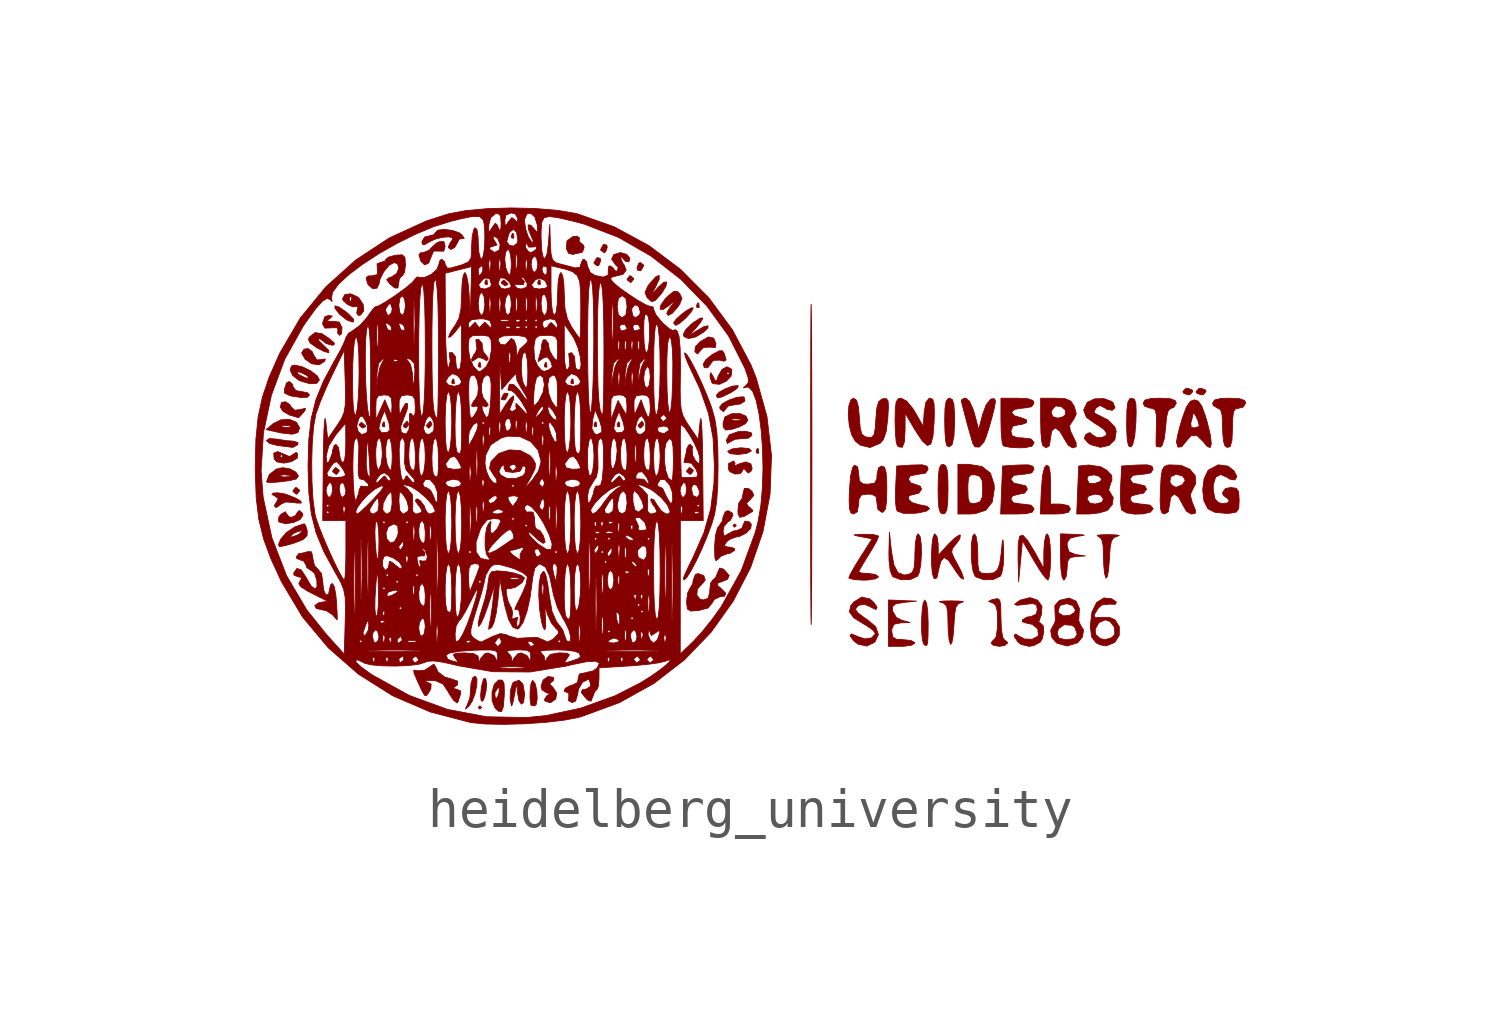
<source format=kicad_sym>
(kicad_symbol_lib
  (version 20231120)
  (generator "kicad_symbol_editor")
  (generator_version "8.0")
  (symbol "heidelberg_university"
    (pin_names
      (offset 1.016))
    (property "Reference" "T"
      (at 0 5.969 0)
      (effects (font (size 1.27 1.27)) (hide yes)))
    (symbol "heidelberg_university_0_0"
      (polyline (pts (xy -6.858 -6.223) (xy -6.9 -6.181) (xy -6.943 -6.223) (xy -6.9 -6.265) (xy -6.858 -6.223)) (stroke (width 0.01) (type default)) (fill (type outline)))
      (polyline (pts (xy -0.339 -1.566) (xy -0.381 -1.524) (xy -0.423 -1.566) (xy -0.381 -1.609) (xy -0.339 -1.566)) (stroke (width 0.01) (type default)) (fill (type outline)))
      (polyline (pts (xy -9.332 0.972) (xy -9.342 1.073) (xy -9.367 1.086) (xy -9.398 1.016) (xy -9.392 0.971) (xy -9.342 0.96) (xy -9.332 0.972)) (stroke (width 0.01) (type default)) (fill (type outline)))
      (polyline (pts (xy -7.553 2.073) (xy -7.564 2.173) (xy -7.589 2.186) (xy -7.62 2.117) (xy -7.614 2.072) (xy -7.564 2.06) (xy -7.553 2.073)) (stroke (width 0.01) (type default)) (fill (type outline)))
      (polyline (pts (xy -6.876 2.496) (xy -6.886 2.596) (xy -6.912 2.61) (xy -6.943 2.54) (xy -6.937 2.495) (xy -6.886 2.484) (xy -6.876 2.496)) (stroke (width 0.01) (type default)) (fill (type outline)))
      (polyline (pts (xy -6.707 4.613) (xy -6.717 4.713) (xy -6.742 4.726) (xy -6.773 4.657) (xy -6.767 4.612) (xy -6.717 4.6) (xy -6.707 4.613)) (stroke (width 0.01) (type default)) (fill (type outline)))
      (polyline (pts (xy -6.029 5.798) (xy -6.04 5.899) (xy -6.065 5.912) (xy -6.096 5.842) (xy -6.09 5.797) (xy -6.04 5.786) (xy -6.029 5.798)) (stroke (width 0.01) (type default)) (fill (type outline)))
      (polyline (pts (xy -5.352 4.613) (xy -5.362 4.713) (xy -5.388 4.726) (xy -5.419 4.657) (xy -5.413 4.612) (xy -5.362 4.6) (xy -5.352 4.613)) (stroke (width 0.01) (type default)) (fill (type outline)))
      (polyline (pts (xy -5.183 2.496) (xy -5.193 2.596) (xy -5.218 2.61) (xy -5.249 2.54) (xy -5.243 2.495) (xy -5.193 2.484) (xy -5.183 2.496)) (stroke (width 0.01) (type default)) (fill (type outline)))
      (polyline (pts (xy -4.505 2.073) (xy -4.516 2.173) (xy -4.541 2.186) (xy -4.572 2.117) (xy -4.566 2.072) (xy -4.516 2.06) (xy -4.505 2.073)) (stroke (width 0.01) (type default)) (fill (type outline)))
      (polyline (pts (xy -3.913 0.972) (xy -3.923 1.073) (xy -3.948 1.086) (xy -3.979 1.016) (xy -3.973 0.971) (xy -3.923 0.96) (xy -3.913 0.972)) (stroke (width 0.01) (type default)) (fill (type outline)))
      (polyline (pts (xy -3.32 0.972) (xy -3.33 1.073) (xy -3.356 1.086) (xy -3.387 1.016) (xy -3.381 0.971) (xy -3.33 0.96) (xy -3.32 0.972)) (stroke (width 0.01) (type default)) (fill (type outline)))
      (polyline (pts (xy -1.288 4.02) (xy -1.298 4.12) (xy -1.324 4.134) (xy -1.355 4.064) (xy -1.349 4.019) (xy -1.298 4.008) (xy -1.288 4.02)) (stroke (width 0.01) (type default)) (fill (type outline)))
      (polyline (pts (xy 0.236 0.295) (xy 0.226 0.395) (xy 0.2 0.408) (xy 0.169 0.339) (xy 0.175 0.294) (xy 0.226 0.282) (xy 0.236 0.295)) (stroke (width 0.01) (type default)) (fill (type outline)))
      (polyline (pts (xy -11.579 -0.759) (xy -11.515 -0.677) (xy -11.517 -0.657) (xy -11.599 -0.593) (xy -11.62 -0.595) (xy -11.684 -0.677) (xy -11.682 -0.698) (xy -11.599 -0.762) (xy -11.579 -0.759)) (stroke (width 0.01) (type default)) (fill (type outline)))
      (polyline (pts (xy -10.563 -0.252) (xy -10.499 -0.169) (xy -10.501 -0.149) (xy -10.583 -0.085) (xy -10.604 -0.087) (xy -10.668 -0.169) (xy -10.666 -0.19) (xy -10.583 -0.254) (xy -10.563 -0.252)) (stroke (width 0.01) (type default)) (fill (type outline)))
      (polyline (pts (xy -9.887 0.932) (xy -9.821 0.969) (xy -9.825 0.982) (xy -9.906 1.058) (xy -9.939 1.072) (xy -9.991 1.021) (xy -9.988 0.997) (xy -9.906 0.931) (xy -9.887 0.932)) (stroke (width 0.01) (type default)) (fill (type outline)))
      (polyline (pts (xy -8.786 0.935) (xy -8.721 1.016) (xy -8.722 1.035) (xy -8.758 1.101) (xy -8.772 1.097) (xy -8.848 1.016) (xy -8.861 0.983) (xy -8.81 0.931) (xy -8.786 0.935)) (stroke (width 0.01) (type default)) (fill (type outline)))
      (polyline (pts (xy -8.193 0.935) (xy -8.128 1.016) (xy -8.129 1.035) (xy -8.165 1.101) (xy -8.179 1.097) (xy -8.255 1.016) (xy -8.268 0.983) (xy -8.218 0.931) (xy -8.193 0.935)) (stroke (width 0.01) (type default)) (fill (type outline)))
      (polyline (pts (xy -6.246 4.573) (xy -6.181 4.609) (xy -6.185 4.623) (xy -6.265 4.699) (xy -6.298 4.712) (xy -6.35 4.662) (xy -6.347 4.637) (xy -6.265 4.572) (xy -6.246 4.573)) (stroke (width 0.01) (type default)) (fill (type outline)))
      (polyline (pts (xy -6.242 1.668) (xy -6.181 1.788) (xy -6.187 1.817) (xy -6.265 1.82) (xy -6.288 1.803) (xy -6.35 1.683) (xy -6.343 1.655) (xy -6.265 1.651) (xy -6.242 1.668)) (stroke (width 0.01) (type default)) (fill (type outline)))
      (polyline (pts (xy -3.854 5.096) (xy -3.81 5.212) (xy -3.822 5.272) (xy -3.895 5.292) (xy -3.918 5.274) (xy -3.979 5.16) (xy -3.977 5.141) (xy -3.895 5.08) (xy -3.854 5.096)) (stroke (width 0.01) (type default)) (fill (type outline)))
      (polyline (pts (xy -3.685 5.435) (xy -3.641 5.551) (xy -3.653 5.611) (xy -3.725 5.63) (xy -3.748 5.613) (xy -3.81 5.498) (xy -3.808 5.479) (xy -3.725 5.419) (xy -3.685 5.435)) (stroke (width 0.01) (type default)) (fill (type outline)))
      (polyline (pts (xy -3.028 4.659) (xy -2.963 4.741) (xy -2.966 4.762) (xy -3.048 4.826) (xy -3.068 4.824) (xy -3.133 4.741) (xy -3.13 4.721) (xy -3.048 4.657) (xy -3.028 4.659)) (stroke (width 0.01) (type default)) (fill (type outline)))
      (polyline (pts (xy -2.775 0.935) (xy -2.709 1.016) (xy -2.71 1.035) (xy -2.747 1.101) (xy -2.76 1.097) (xy -2.836 1.016) (xy -2.85 0.983) (xy -2.799 0.931) (xy -2.775 0.935)) (stroke (width 0.01) (type default)) (fill (type outline)))
      (polyline (pts (xy -2.771 4.97) (xy -2.709 5.085) (xy -2.712 5.104) (xy -2.794 5.165) (xy -2.834 5.149) (xy -2.879 5.033) (xy -2.866 4.972) (xy -2.794 4.953) (xy -2.771 4.97)) (stroke (width 0.01) (type default)) (fill (type outline)))
      (polyline (pts (xy -1.504 -0.252) (xy -1.439 -0.169) (xy -1.442 -0.149) (xy -1.524 -0.085) (xy -1.544 -0.087) (xy -1.609 -0.169) (xy -1.606 -0.19) (xy -1.524 -0.254) (xy -1.504 -0.252)) (stroke (width 0.01) (type default)) (fill (type outline)))
      (polyline (pts (xy 11.277 1.788) (xy 11.345 1.863) (xy 11.331 1.902) (xy 11.218 1.947) (xy 11.16 1.938) (xy 11.091 1.863) (xy 11.106 1.824) (xy 11.218 1.778) (xy 11.277 1.788)) (stroke (width 0.01) (type default)) (fill (type outline)))
      (polyline (pts (xy 11.615 1.788) (xy 11.684 1.863) (xy 11.67 1.902) (xy 11.557 1.947) (xy 11.498 1.938) (xy 11.43 1.863) (xy 11.444 1.824) (xy 11.557 1.778) (xy 11.615 1.788)) (stroke (width 0.01) (type default)) (fill (type outline)))
      (polyline (pts (xy -10.13 3.65) (xy -10.131 3.713) (xy -10.271 3.855) (xy -10.324 3.9) (xy -10.502 4.024) (xy -10.605 4.058) (xy -10.612 4) (xy -10.499 3.852) (xy -10.486 3.839) (xy -10.312 3.699) (xy -10.166 3.643) (xy -10.13 3.65)) (stroke (width 0.01) (type default)) (fill (type outline)))
      (polyline (pts (xy -6.782 -5.967) (xy -6.744 -5.805) (xy -6.728 -5.632) (xy -6.746 -5.503) (xy -6.758 -5.481) (xy -6.808 -5.493) (xy -6.856 -5.673) (xy -6.861 -5.703) (xy -6.882 -5.918) (xy -6.868 -6.05) (xy -6.83 -6.062) (xy -6.782 -5.967)) (stroke (width 0.01) (type default)) (fill (type outline)))
      (polyline (pts (xy -0.471 0.589) (xy -0.366 0.642) (xy -0.161 0.662) (xy -0.038 0.668) (xy 0.063 0.741) (xy 0.042 0.812) (xy -0.113 0.847) (xy -0.295 0.835) (xy -0.516 0.758) (xy -0.593 0.616) (xy -0.568 0.534) (xy -0.471 0.589)) (stroke (width 0.01) (type default)) (fill (type outline)))
      (polyline (pts (xy -10.871 2.639) (xy -10.857 2.697) (xy -10.958 2.681) (xy -11.072 2.672) (xy -11.151 2.794) (xy -11.197 2.893) (xy -11.299 2.963) (xy -11.403 2.946) (xy -11.463 2.852) (xy -11.375 2.695) (xy -11.205 2.574) (xy -11.012 2.548) (xy -10.871 2.639)) (stroke (width 0.01) (type default)) (fill (type outline)))
      (polyline (pts (xy -5.457 -6.141) (xy -5.433 -5.993) (xy -5.443 -5.797) (xy -5.482 -5.621) (xy -5.546 -5.531) (xy -5.554 -5.531) (xy -5.592 -5.613) (xy -5.614 -5.788) (xy -5.617 -5.992) (xy -5.594 -6.16) (xy -5.59 -6.165) (xy -5.498 -6.181) (xy -5.457 -6.141)) (stroke (width 0.01) (type default)) (fill (type outline)))
      (polyline (pts (xy -1.889 3.556) (xy -1.782 3.613) (xy -1.631 3.746) (xy -1.497 3.894) (xy -1.439 4.001) (xy -1.484 4.007) (xy -1.607 3.938) (xy -1.757 3.825) (xy -1.886 3.706) (xy -1.943 3.619) (xy -1.943 3.617) (xy -1.889 3.556) (xy -1.889 3.556)) (stroke (width 0.01) (type default)) (fill (type outline)))
      (polyline (pts (xy -1.252 2.914) (xy -1.18 2.992) (xy -1.002 3.001) (xy -0.992 2.998) (xy -0.871 2.991) (xy -0.86 3.096) (xy -0.917 3.23) (xy -1.051 3.26) (xy -1.261 3.142) (xy -1.387 3.01) (xy -1.397 2.88) (xy -1.331 2.825) (xy -1.252 2.914)) (stroke (width 0.01) (type default)) (fill (type outline)))
      (polyline (pts (xy -0.711 1.724) (xy -0.496 1.827) (xy -0.464 1.844) (xy -0.32 1.942) (xy -0.286 2.007) (xy -0.302 2.016) (xy -0.433 2.003) (xy -0.615 1.936) (xy -0.777 1.848) (xy -0.847 1.768) (xy -0.846 1.753) (xy -0.816 1.701) (xy -0.711 1.724)) (stroke (width 0.01) (type default)) (fill (type outline)))
      (polyline (pts (xy -0.276 0.255) (xy -0.07 0.282) (xy 0.042 0.339) (xy 0.047 0.349) (xy -0.012 0.403) (xy -0.202 0.423) (xy -0.232 0.423) (xy -0.438 0.396) (xy -0.55 0.339) (xy -0.555 0.328) (xy -0.496 0.274) (xy -0.306 0.254) (xy -0.276 0.255)) (stroke (width 0.01) (type default)) (fill (type outline)))
      (polyline (pts (xy -11.557 0.508) (xy -11.558 0.558) (xy -11.668 0.593) (xy -11.854 0.607) (xy -12.097 0.646) (xy -12.288 0.66) (xy -12.361 0.609) (xy -12.361 0.602) (xy -12.274 0.532) (xy -12.086 0.485) (xy -12.083 0.484) (xy -11.861 0.456) (xy -11.71 0.437) (xy -11.678 0.437) (xy -11.557 0.508)) (stroke (width 0.01) (type default)) (fill (type outline)))
      (polyline (pts (xy -7.176 -6.181) (xy -7.1 -6.067) (xy -7.024 -5.869) (xy -6.979 -5.656) (xy -6.975 -5.487) (xy -7.024 -5.419) (xy -7.082 -5.46) (xy -7.127 -5.609) (xy -7.136 -5.739) (xy -7.151 -5.927) (xy -7.162 -5.994) (xy -7.233 -6.181) (xy -7.257 -6.224) (xy -7.266 -6.263) (xy -7.176 -6.181)) (stroke (width 0.01) (type default)) (fill (type outline)))
      (polyline (pts (xy -0.983 2.588) (xy -0.927 2.662) (xy -0.762 2.667) (xy -0.652 2.639) (xy -0.599 2.675) (xy -0.644 2.829) (xy -0.687 2.904) (xy -0.77 2.907) (xy -0.94 2.818) (xy -0.957 2.808) (xy -1.119 2.678) (xy -1.185 2.564) (xy -1.156 2.474) (xy -1.069 2.473) (xy -0.983 2.588)) (stroke (width 0.01) (type default)) (fill (type outline)))
      (polyline (pts (xy -0.657 1.357) (xy -0.593 1.439) (xy -0.543 1.494) (xy -0.386 1.524) (xy -0.23 1.547) (xy -0.118 1.621) (xy -0.134 1.714) (xy -0.171 1.73) (xy -0.325 1.714) (xy -0.522 1.647) (xy -0.69 1.556) (xy -0.762 1.468) (xy -0.755 1.422) (xy -0.677 1.355) (xy -0.657 1.357)) (stroke (width 0.01) (type default)) (fill (type outline)))
      (polyline (pts (xy -11.516 1.217) (xy -11.42 1.325) (xy -11.373 1.383) (xy -11.365 1.434) (xy -11.495 1.403) (xy -11.638 1.385) (xy -11.736 1.476) (xy -11.765 1.53) (xy -11.875 1.603) (xy -11.978 1.581) (xy -12.007 1.464) (xy -11.938 1.356) (xy -11.768 1.261) (xy -11.625 1.22) (xy -11.546 1.194) (xy -11.516 1.217)) (stroke (width 0.01) (type default)) (fill (type outline)))
      (polyline (pts (xy -11.313 1.717) (xy -11.261 1.778) (xy -11.313 1.834) (xy -11.472 1.863) (xy -11.61 1.888) (xy -11.684 1.99) (xy -11.694 2.048) (xy -11.769 2.117) (xy -11.788 2.116) (xy -11.853 2.081) (xy -11.859 2.05) (xy -11.902 1.919) (xy -11.899 1.824) (xy -11.754 1.754) (xy -11.485 1.712) (xy -11.313 1.717)) (stroke (width 0.01) (type default)) (fill (type outline)))
      (polyline (pts (xy -4.455 5.391) (xy -4.311 5.419) (xy -4.275 5.433) (xy -4.233 5.546) (xy -4.244 5.604) (xy -4.323 5.673) (xy -4.354 5.679) (xy -4.36 5.757) (xy -4.349 5.795) (xy -4.419 5.841) (xy -4.524 5.827) (xy -4.672 5.717) (xy -4.685 5.517) (xy -4.629 5.4) (xy -4.512 5.372) (xy -4.455 5.391)) (stroke (width 0.01) (type default)) (fill (type outline)))
      (polyline (pts (xy 7.995 -1.264) (xy 8.163 -1.226) (xy 8.213 -1.143) (xy 8.16 -1.054) (xy 7.959 -1.016) (xy 7.705 -1.016) (xy 7.705 -0.501) (xy 7.695 -0.213) (xy 7.661 -0.052) (xy 7.599 -0.021) (xy 7.55 -0.08) (xy 7.498 -0.298) (xy 7.468 -0.663) (xy 7.443 -1.27) (xy 7.828 -1.27) (xy 7.995 -1.264)) (stroke (width 0.01) (type default)) (fill (type outline)))
      (polyline (pts (xy 9.806 0.503) (xy 9.859 0.721) (xy 9.889 1.086) (xy 9.896 1.343) (xy 9.887 1.56) (xy 9.851 1.665) (xy 9.783 1.693) (xy 9.727 1.676) (xy 9.681 1.584) (xy 9.658 1.387) (xy 9.652 1.051) (xy 9.653 0.907) (xy 9.667 0.62) (xy 9.701 0.473) (xy 9.758 0.444) (xy 9.806 0.503)) (stroke (width 0.01) (type default)) (fill (type outline)))
      (polyline (pts (xy 4.558 -4.571) (xy 4.569 -4.388) (xy 4.572 -4.064) (xy 4.572 -4.063) (xy 4.561 -3.76) (xy 4.531 -3.55) (xy 4.487 -3.471) (xy 4.484 -3.472) (xy 4.444 -3.557) (xy 4.417 -3.755) (xy 4.404 -4.011) (xy 4.405 -4.273) (xy 4.423 -4.487) (xy 4.459 -4.6) (xy 4.486 -4.625) (xy 4.533 -4.641) (xy 4.558 -4.571)) (stroke (width 0.01) (type default)) (fill (type outline)))
      (polyline (pts (xy 5.002 -1.255) (xy 5.049 -1.167) (xy 5.073 -0.97) (xy 5.08 -0.635) (xy 5.077 -0.391) (xy 5.059 -0.153) (xy 5.02 -0.033) (xy 4.953 0) (xy 4.904 -0.015) (xy 4.857 -0.103) (xy 4.833 -0.3) (xy 4.826 -0.635) (xy 4.829 -0.879) (xy 4.847 -1.117) (xy 4.886 -1.237) (xy 4.953 -1.27) (xy 5.002 -1.255)) (stroke (width 0.01) (type default)) (fill (type outline)))
      (polyline (pts (xy 5.184 0.502) (xy 5.233 0.722) (xy 5.249 1.106) (xy 5.247 1.284) (xy 5.231 1.532) (xy 5.191 1.658) (xy 5.122 1.693) (xy 5.086 1.686) (xy 5.031 1.613) (xy 5.003 1.432) (xy 4.995 1.115) (xy 4.995 1.113) (xy 5.003 0.815) (xy 5.022 0.588) (xy 5.049 0.482) (xy 5.104 0.446) (xy 5.184 0.502)) (stroke (width 0.01) (type default)) (fill (type outline)))
      (polyline (pts (xy -11.673 -1.489) (xy -11.503 -1.412) (xy -11.43 -1.302) (xy -11.438 -1.253) (xy -11.515 -1.185) (xy -11.535 -1.188) (xy -11.599 -1.27) (xy -11.614 -1.309) (xy -11.726 -1.355) (xy -11.785 -1.344) (xy -11.853 -1.26) (xy -11.875 -1.213) (xy -11.979 -1.269) (xy -12.042 -1.341) (xy -12.059 -1.449) (xy -12.027 -1.481) (xy -11.872 -1.518) (xy -11.673 -1.489)) (stroke (width 0.01) (type default)) (fill (type outline)))
      (polyline (pts (xy -8.209 5.154) (xy -8.143 5.323) (xy -8.086 5.459) (xy -7.952 5.459) (xy -7.825 5.455) (xy -7.789 5.58) (xy -7.82 5.7) (xy -7.938 5.698) (xy -8.019 5.657) (xy -8.153 5.531) (xy -8.194 5.483) (xy -8.344 5.419) (xy -8.421 5.414) (xy -8.461 5.363) (xy -8.414 5.21) (xy -8.406 5.192) (xy -8.312 5.104) (xy -8.209 5.154)) (stroke (width 0.01) (type default)) (fill (type outline)))
      (polyline (pts (xy -1.374 3.262) (xy -1.174 3.384) (xy -1.064 3.493) (xy -1.061 3.548) (xy -1.167 3.523) (xy -1.357 3.415) (xy -1.566 3.273) (xy -1.376 3.484) (xy -1.251 3.634) (xy -1.193 3.744) (xy -1.257 3.744) (xy -1.439 3.627) (xy -1.476 3.599) (xy -1.631 3.448) (xy -1.693 3.329) (xy -1.675 3.267) (xy -1.558 3.221) (xy -1.374 3.262)) (stroke (width 0.01) (type default)) (fill (type outline)))
      (polyline (pts (xy -12.093 -1.096) (xy -11.977 -1.011) (xy -11.868 -0.963) (xy -11.655 -0.978) (xy -11.591 -0.99) (xy -11.47 -0.99) (xy -11.482 -0.943) (xy -11.613 -0.865) (xy -11.846 -0.773) (xy -11.902 -0.756) (xy -12.072 -0.728) (xy -12.193 -0.735) (xy -12.223 -0.769) (xy -12.125 -0.824) (xy -12.061 -0.874) (xy -12.114 -0.982) (xy -12.162 -1.055) (xy -12.123 -1.101) (xy -12.093 -1.096)) (stroke (width 0.01) (type default)) (fill (type outline)))
      (polyline (pts (xy -7.013 2.69) (xy -6.934 2.743) (xy -6.801 2.697) (xy -6.729 2.651) (xy -6.689 2.694) (xy -6.692 2.722) (xy -6.776 2.838) (xy -6.813 2.877) (xy -6.839 3.025) (xy -6.842 3.093) (xy -6.93 3.197) (xy -7.004 3.191) (xy -6.99 3.065) (xy -6.975 2.952) (xy -7.024 2.838) (xy -7.05 2.818) (xy -7.112 2.688) (xy -7.096 2.636) (xy -7.013 2.69)) (stroke (width 0.01) (type default)) (fill (type outline)))
      (polyline (pts (xy -0.135 -1.331) (xy 0.082 -1.202) (xy 0.084 -1.175) (xy -0.003 -1.094) (xy -0.033 -1.073) (xy -0.078 -0.999) (xy 0.018 -0.901) (xy 0.11 -0.796) (xy 0.065 -0.691) (xy -0.024 -0.619) (xy -0.131 -0.614) (xy -0.169 -0.762) (xy -0.181 -0.86) (xy -0.233 -0.931) (xy -0.277 -1) (xy -0.296 -1.173) (xy -0.292 -1.273) (xy -0.249 -1.356) (xy -0.135 -1.331)) (stroke (width 0.01) (type default)) (fill (type outline)))
      (polyline (pts (xy -1.978 3.865) (xy -1.835 4.028) (xy -1.786 4.1) (xy -1.729 4.247) (xy -1.784 4.367) (xy -1.847 4.428) (xy -1.94 4.425) (xy -2.087 4.306) (xy -2.163 4.229) (xy -2.272 4.07) (xy -2.288 3.971) (xy -2.214 3.962) (xy -2.054 4.071) (xy -1.954 4.157) (xy -1.905 4.186) (xy -1.969 4.1) (xy -2.068 3.967) (xy -2.117 3.867) (xy -2.082 3.81) (xy -1.978 3.865)) (stroke (width 0.01) (type default)) (fill (type outline)))
      (polyline (pts (xy -0.232 -0.235) (xy -0.168 -0.148) (xy -0.155 -0.092) (xy -0.094 -0.157) (xy -0.033 -0.223) (xy 0.041 -0.171) (xy 0.068 -0.107) (xy 0.034 0.012) (xy -0.094 0.062) (xy -0.265 0.013) (xy -0.37 -0.037) (xy -0.385 -0.006) (xy -0.368 0.031) (xy -0.404 0.085) (xy -0.409 0.085) (xy -0.535 0.021) (xy -0.535 -0.135) (xy -0.498 -0.19) (xy -0.368 -0.248) (xy -0.232 -0.235)) (stroke (width 0.01) (type default)) (fill (type outline)))
      (polyline (pts (xy -11.724 0.071) (xy -11.575 0.158) (xy -11.566 0.269) (xy -11.603 0.306) (xy -11.683 0.255) (xy -11.685 0.252) (xy -11.772 0.199) (xy -11.923 0.264) (xy -12.075 0.327) (xy -12.176 0.286) (xy -12.171 0.212) (xy -12.023 0.212) (xy -11.98 0.254) (xy -11.938 0.212) (xy -11.98 0.169) (xy -12.023 0.212) (xy -12.171 0.212) (xy -12.165 0.136) (xy -12.095 0.063) (xy -11.918 0.032) (xy -11.724 0.071)) (stroke (width 0.01) (type default)) (fill (type outline)))
      (polyline (pts (xy -11.557 0.812) (xy -11.515 0.925) (xy -11.515 0.938) (xy -11.595 1.079) (xy -11.772 1.15) (xy -11.989 1.141) (xy -12.189 1.042) (xy -12.289 0.957) (xy -11.97 0.957) (xy -11.959 0.988) (xy -11.921 0.999) (xy -11.748 0.988) (xy -11.733 0.958) (xy -11.853 0.945) (xy -11.97 0.957) (xy -12.289 0.957) (xy -12.369 0.889) (xy -12.132 0.836) (xy -11.968 0.801) (xy -11.701 0.772) (xy -11.557 0.812)) (stroke (width 0.01) (type default)) (fill (type outline)))
      (polyline (pts (xy -10.769 2.918) (xy -10.91 3.055) (xy -10.924 3.066) (xy -11.028 3.173) (xy -11.021 3.217) (xy -10.995 3.214) (xy -10.88 3.133) (xy -10.837 3.092) (xy -10.684 3.05) (xy -10.633 3.055) (xy -10.625 3.103) (xy -10.753 3.217) (xy -10.947 3.345) (xy -11.114 3.372) (xy -11.253 3.269) (xy -11.289 3.204) (xy -11.248 3.109) (xy -11.073 2.985) (xy -10.883 2.886) (xy -10.765 2.859) (xy -10.769 2.918)) (stroke (width 0.01) (type default)) (fill (type outline)))
      (polyline (pts (xy -6.084 -6.18) (xy -6.053 -6.084) (xy -6.011 -5.884) (xy -5.994 -5.791) (xy -5.964 -5.647) (xy -5.949 -5.659) (xy -5.939 -5.816) (xy -5.938 -5.84) (xy -5.9 -6.05) (xy -5.839 -6.137) (xy -5.782 -6.089) (xy -5.757 -5.894) (xy -5.758 -5.86) (xy -5.799 -5.625) (xy -5.897 -5.525) (xy -6.039 -5.576) (xy -6.063 -5.605) (xy -6.115 -5.774) (xy -6.127 -5.995) (xy -6.091 -6.181) (xy -6.084 -6.18)) (stroke (width 0.01) (type default)) (fill (type outline)))
      (polyline (pts (xy -5.08 -6.092) (xy -4.958 -6.004) (xy -4.936 -5.853) (xy -5.028 -5.711) (xy -5.117 -5.621) (xy -5.063 -5.566) (xy -5.02 -5.541) (xy -5.013 -5.462) (xy -5.027 -5.449) (xy -5.154 -5.43) (xy -5.278 -5.517) (xy -5.334 -5.67) (xy -5.31 -5.772) (xy -5.186 -5.849) (xy -5.114 -5.861) (xy -5.144 -5.898) (xy -5.183 -5.92) (xy -5.249 -6.018) (xy -5.234 -6.055) (xy -5.12 -6.096) (xy -5.08 -6.092)) (stroke (width 0.01) (type default)) (fill (type outline)))
      (polyline (pts (xy -10.441 3.345) (xy -10.43 3.493) (xy -10.432 3.508) (xy -10.5 3.641) (xy -10.668 3.662) (xy -10.726 3.657) (xy -10.813 3.666) (xy -10.753 3.724) (xy -10.736 3.735) (xy -10.676 3.795) (xy -10.774 3.809) (xy -10.866 3.78) (xy -10.922 3.631) (xy -10.92 3.579) (xy -10.866 3.487) (xy -10.706 3.493) (xy -10.683 3.497) (xy -10.544 3.497) (xy -10.534 3.418) (xy -10.544 3.363) (xy -10.49 3.302) (xy -10.441 3.345)) (stroke (width 0.01) (type default)) (fill (type outline)))
      (polyline (pts (xy -2.418 4.19) (xy -2.281 4.339) (xy -2.236 4.396) (xy -2.135 4.568) (xy -2.123 4.666) (xy -2.193 4.662) (xy -2.338 4.53) (xy -2.397 4.462) (xy -2.496 4.353) (xy -2.5 4.369) (xy -2.422 4.506) (xy -2.413 4.521) (xy -2.31 4.741) (xy -2.312 4.837) (xy -2.404 4.796) (xy -2.568 4.608) (xy -2.612 4.544) (xy -2.673 4.393) (xy -2.621 4.272) (xy -2.605 4.252) (xy -2.508 4.164) (xy -2.418 4.19)) (stroke (width 0.01) (type default)) (fill (type outline)))
      (polyline (pts (xy -0.445 0.899) (xy -0.265 0.957) (xy -0.102 1.042) (xy -0.043 1.131) (xy -0.091 1.233) (xy -0.238 1.298) (xy -0.445 1.296) (xy -0.466 1.292) (xy -0.632 1.211) (xy -0.655 1.126) (xy -0.455 1.126) (xy -0.445 1.157) (xy -0.406 1.168) (xy -0.233 1.157) (xy -0.218 1.127) (xy -0.339 1.114) (xy -0.455 1.126) (xy -0.655 1.126) (xy -0.677 1.047) (xy -0.671 0.949) (xy -0.611 0.878) (xy -0.445 0.899)) (stroke (width 0.01) (type default)) (fill (type outline)))
      (polyline (pts (xy 5.179 -4.564) (xy 5.211 -4.388) (xy 5.232 -4.119) (xy 5.249 -3.842) (xy 5.281 -3.659) (xy 5.341 -3.568) (xy 5.444 -3.53) (xy 5.477 -3.514) (xy 5.382 -3.5) (xy 5.165 -3.494) (xy 4.974 -3.498) (xy 4.859 -3.512) (xy 4.889 -3.531) (xy 4.971 -3.554) (xy 5.042 -3.625) (xy 5.073 -3.777) (xy 5.08 -4.056) (xy 5.086 -4.267) (xy 5.109 -4.494) (xy 5.144 -4.608) (xy 5.144 -4.608) (xy 5.179 -4.564)) (stroke (width 0.01) (type default)) (fill (type outline)))
      (polyline (pts (xy 9.158 -2.87) (xy 9.19 -2.695) (xy 9.211 -2.426) (xy 9.228 -2.149) (xy 9.261 -1.965) (xy 9.321 -1.875) (xy 9.423 -1.837) (xy 9.462 -1.822) (xy 9.388 -1.806) (xy 9.186 -1.799) (xy 9.029 -1.802) (xy 8.9 -1.815) (xy 8.911 -1.836) (xy 8.934 -1.844) (xy 9.011 -1.914) (xy 9.049 -2.074) (xy 9.059 -2.363) (xy 9.065 -2.573) (xy 9.088 -2.801) (xy 9.123 -2.914) (xy 9.123 -2.915) (xy 9.158 -2.87)) (stroke (width 0.01) (type default)) (fill (type outline)))
      (polyline (pts (xy -11.075 2.075) (xy -11.007 2.162) (xy -11.067 2.268) (xy -11.234 2.395) (xy -11.447 2.498) (xy -11.644 2.54) (xy -11.723 2.516) (xy -11.755 2.413) (xy -11.717 2.333) (xy -11.572 2.333) (xy -11.557 2.368) (xy -11.5 2.358) (xy -11.345 2.286) (xy -11.288 2.239) (xy -11.303 2.204) (xy -11.36 2.214) (xy -11.515 2.286) (xy -11.572 2.333) (xy -11.717 2.333) (xy -11.691 2.277) (xy -11.546 2.159) (xy -11.48 2.129) (xy -11.248 2.063) (xy -11.075 2.075)) (stroke (width 0.01) (type default)) (fill (type outline)))
      (polyline (pts (xy -6.3 -6.202) (xy -6.277 -5.92) (xy -6.274 -5.816) (xy -6.282 -5.611) (xy -6.324 -5.524) (xy -6.412 -5.519) (xy -6.424 -5.522) (xy -6.532 -5.63) (xy -6.589 -5.829) (xy -6.589 -5.889) (xy -6.519 -5.889) (xy -6.513 -5.837) (xy -6.443 -5.72) (xy -6.405 -5.727) (xy -6.41 -5.842) (xy -6.451 -5.962) (xy -6.499 -6.003) (xy -6.519 -5.889) (xy -6.589 -5.889) (xy -6.587 -6.051) (xy -6.515 -6.229) (xy -6.432 -6.314) (xy -6.348 -6.329) (xy -6.3 -6.202)) (stroke (width 0.01) (type default)) (fill (type outline)))
      (polyline (pts (xy -11.982 -0.445) (xy -11.768 -0.415) (xy -11.611 -0.378) (xy -11.597 -0.373) (xy -11.543 -0.296) (xy -11.608 -0.2) (xy -11.754 -0.119) (xy -11.945 -0.085) (xy -12.108 -0.121) (xy -12.287 -0.26) (xy -12.306 -0.307) (xy -12.034 -0.307) (xy -12 -0.28) (xy -11.914 -0.266) (xy -11.746 -0.283) (xy -11.738 -0.286) (xy -11.751 -0.313) (xy -11.896 -0.322) (xy -11.922 -0.322) (xy -12.034 -0.307) (xy -12.306 -0.307) (xy -12.361 -0.448) (xy -12.334 -0.461) (xy -12.192 -0.462) (xy -11.982 -0.445)) (stroke (width 0.01) (type default)) (fill (type outline)))
      (polyline (pts (xy -11.895 -2.082) (xy -11.657 -2.016) (xy -11.427 -1.925) (xy -11.323 -1.824) (xy -11.32 -1.698) (xy -11.351 -1.594) (xy -11.385 -1.524) (xy -11.409 -1.525) (xy -11.63 -1.598) (xy -11.854 -1.746) (xy -11.938 -1.845) (xy -11.752 -1.845) (xy -11.684 -1.778) (xy -11.611 -1.738) (xy -11.472 -1.696) (xy -11.447 -1.711) (xy -11.515 -1.778) (xy -11.587 -1.818) (xy -11.726 -1.86) (xy -11.752 -1.845) (xy -11.938 -1.845) (xy -11.997 -1.915) (xy -12.053 -2.047) (xy -12.034 -2.105) (xy -11.895 -2.082)) (stroke (width 0.01) (type default)) (fill (type outline)))
      (polyline (pts (xy -0.597 2.127) (xy -0.471 2.259) (xy -0.452 2.408) (xy -0.471 2.445) (xy -0.579 2.497) (xy -0.705 2.428) (xy -0.762 2.328) (xy -0.593 2.328) (xy -0.55 2.371) (xy -0.508 2.328) (xy -0.55 2.286) (xy -0.593 2.328) (xy -0.762 2.328) (xy -0.801 2.259) (xy -0.831 2.164) (xy -0.871 2.127) (xy -0.93 2.244) (xy -0.935 2.255) (xy -0.99 2.346) (xy -1.01 2.279) (xy -1.007 2.214) (xy -0.96 2.088) (xy -0.928 2.064) (xy -0.769 2.05) (xy -0.597 2.127)) (stroke (width 0.01) (type default)) (fill (type outline)))
      (polyline (pts (xy 8.054 -2.961) (xy 8.107 -2.863) (xy 8.128 -2.667) (xy 8.139 -2.486) (xy 8.203 -2.387) (xy 8.361 -2.358) (xy 8.594 -2.345) (xy 8.361 -2.31) (xy 8.331 -2.305) (xy 8.171 -2.233) (xy 8.128 -2.074) (xy 8.134 -1.993) (xy 8.208 -1.888) (xy 8.403 -1.839) (xy 8.456 -1.833) (xy 8.565 -1.814) (xy 8.522 -1.802) (xy 8.319 -1.792) (xy 7.959 -1.778) (xy 7.959 -2.371) (xy 7.959 -2.371) (xy 7.97 -2.675) (xy 8 -2.885) (xy 8.043 -2.963) (xy 8.054 -2.961)) (stroke (width 0.01) (type default)) (fill (type outline)))
      (polyline (pts (xy 12.302 0.451) (xy 12.347 0.613) (xy 12.361 0.931) (xy 12.364 1.156) (xy 12.385 1.339) (xy 12.436 1.421) (xy 12.531 1.439) (xy 12.629 1.463) (xy 12.7 1.566) (xy 12.673 1.633) (xy 12.543 1.68) (xy 12.277 1.693) (xy 12.056 1.685) (xy 11.899 1.646) (xy 11.853 1.566) (xy 11.868 1.507) (xy 11.98 1.439) (xy 12.053 1.404) (xy 12.095 1.264) (xy 12.107 0.988) (xy 12.111 0.812) (xy 12.132 0.59) (xy 12.164 0.48) (xy 12.221 0.434) (xy 12.302 0.451)) (stroke (width 0.01) (type default)) (fill (type outline)))
      (polyline (pts (xy -9.951 3.822) (xy -9.874 3.926) (xy -9.887 4.091) (xy -9.993 4.253) (xy -10.031 4.285) (xy -10.205 4.364) (xy -10.352 4.348) (xy -10.414 4.239) (xy -10.412 4.233) (xy -10.245 4.233) (xy -10.239 4.278) (xy -10.188 4.29) (xy -10.178 4.277) (xy -10.188 4.177) (xy -10.214 4.164) (xy -10.245 4.233) (xy -10.412 4.233) (xy -10.403 4.199) (xy -10.299 4.098) (xy -10.151 4.031) (xy -10.04 4.043) (xy -10.016 4.049) (xy -10.038 3.956) (xy -10.054 3.873) (xy -10.009 3.81) (xy -9.951 3.822)) (stroke (width 0.01) (type default)) (fill (type outline)))
      (polyline (pts (xy 3.97 -4.654) (xy 4.158 -4.625) (xy 4.233 -4.572) (xy 4.231 -4.561) (xy 4.133 -4.508) (xy 3.937 -4.487) (xy 3.762 -4.477) (xy 3.663 -4.419) (xy 3.641 -4.276) (xy 3.643 -4.213) (xy 3.701 -4.091) (xy 3.873 -4.056) (xy 4.106 -4.047) (xy 3.895 -3.989) (xy 3.759 -3.919) (xy 3.657 -3.748) (xy 3.659 -3.64) (xy 3.742 -3.57) (xy 3.953 -3.533) (xy 4.276 -3.5) (xy 3.916 -3.486) (xy 3.556 -3.471) (xy 3.556 -4.064) (xy 3.556 -4.657) (xy 3.895 -4.657) (xy 3.97 -4.654)) (stroke (width 0.01) (type default)) (fill (type outline)))
      (polyline (pts (xy 10.559 0.483) (xy 10.618 0.664) (xy 10.651 0.959) (xy 10.673 1.211) (xy 10.721 1.386) (xy 10.799 1.439) (xy 10.856 1.454) (xy 10.922 1.566) (xy 10.895 1.633) (xy 10.765 1.68) (xy 10.499 1.693) (xy 10.277 1.685) (xy 10.121 1.646) (xy 10.075 1.566) (xy 10.108 1.491) (xy 10.251 1.439) (xy 10.312 1.435) (xy 10.385 1.388) (xy 10.414 1.255) (xy 10.413 0.995) (xy 10.409 0.827) (xy 10.405 0.599) (xy 10.407 0.48) (xy 10.419 0.454) (xy 10.52 0.444) (xy 10.559 0.483)) (stroke (width 0.01) (type default)) (fill (type outline)))
      (polyline (pts (xy 4.118 -2.947) (xy 4.301 -2.862) (xy 4.348 -2.759) (xy 4.384 -2.548) (xy 4.4 -2.292) (xy 4.395 -2.042) (xy 4.368 -1.853) (xy 4.318 -1.778) (xy 4.28 -1.829) (xy 4.246 -2.01) (xy 4.233 -2.276) (xy 4.232 -2.416) (xy 4.214 -2.645) (xy 4.165 -2.765) (xy 4.073 -2.816) (xy 3.952 -2.833) (xy 3.796 -2.768) (xy 3.695 -2.572) (xy 3.633 -2.226) (xy 3.581 -1.736) (xy 3.568 -2.248) (xy 3.57 -2.452) (xy 3.6 -2.717) (xy 3.658 -2.862) (xy 3.68 -2.881) (xy 3.879 -2.953) (xy 4.118 -2.947)) (stroke (width 0.01) (type default)) (fill (type outline)))
      (polyline (pts (xy 6 0.572) (xy 6.045 0.679) (xy 6.125 0.92) (xy 6.208 1.212) (xy 6.27 1.461) (xy 6.295 1.617) (xy 6.271 1.677) (xy 6.199 1.677) (xy 6.169 1.665) (xy 6.058 1.527) (xy 5.964 1.27) (xy 5.866 0.889) (xy 5.759 1.291) (xy 5.722 1.413) (xy 5.628 1.617) (xy 5.536 1.693) (xy 5.487 1.689) (xy 5.419 1.643) (xy 5.421 1.624) (xy 5.455 1.481) (xy 5.516 1.247) (xy 5.589 0.975) (xy 5.662 0.718) (xy 5.718 0.529) (xy 5.768 0.449) (xy 5.882 0.442) (xy 6 0.572)) (stroke (width 0.01) (type default)) (fill (type outline)))
      (polyline (pts (xy 6.532 -4.636) (xy 6.604 -4.572) (xy 6.601 -4.552) (xy 6.519 -4.487) (xy 6.479 -4.424) (xy 6.447 -4.229) (xy 6.435 -3.945) (xy 6.434 -3.867) (xy 6.429 -3.608) (xy 6.404 -3.476) (xy 6.347 -3.436) (xy 6.244 -3.455) (xy 6.191 -3.47) (xy 6.119 -3.507) (xy 6.202 -3.538) (xy 6.215 -3.541) (xy 6.298 -3.601) (xy 6.339 -3.75) (xy 6.35 -4.028) (xy 6.343 -4.214) (xy 6.312 -4.411) (xy 6.265 -4.487) (xy 6.245 -4.49) (xy 6.181 -4.572) (xy 6.233 -4.628) (xy 6.392 -4.657) (xy 6.532 -4.636)) (stroke (width 0.01) (type default)) (fill (type outline)))
      (polyline (pts (xy -7.547 5.549) (xy -7.476 5.672) (xy -7.43 5.763) (xy -7.335 5.782) (xy -7.301 5.78) (xy -7.355 5.868) (xy -7.423 5.922) (xy -7.601 5.987) (xy -7.806 6.012) (xy -7.974 5.994) (xy -8.043 5.927) (xy -8.075 5.878) (xy -8.213 5.842) (xy -8.312 5.819) (xy -8.382 5.705) (xy -8.377 5.639) (xy -8.329 5.615) (xy -8.19 5.695) (xy -8.053 5.761) (xy -7.866 5.81) (xy -7.698 5.823) (xy -7.598 5.797) (xy -7.614 5.73) (xy -7.652 5.685) (xy -7.705 5.571) (xy -7.702 5.545) (xy -7.642 5.498) (xy -7.547 5.549)) (stroke (width 0.01) (type default)) (fill (type outline)))
      (polyline (pts (xy 6.936 -2.479) (xy 6.985 -1.953) (xy 7.277 -2.458) (xy 7.282 -2.466) (xy 7.436 -2.717) (xy 7.564 -2.895) (xy 7.637 -2.963) (xy 7.639 -2.963) (xy 7.672 -2.874) (xy 7.696 -2.663) (xy 7.705 -2.371) (xy 7.705 -2.37) (xy 7.693 -2.066) (xy 7.663 -1.856) (xy 7.62 -1.778) (xy 7.587 -1.813) (xy 7.549 -1.974) (xy 7.533 -2.223) (xy 7.531 -2.667) (xy 7.301 -2.249) (xy 7.294 -2.237) (xy 7.116 -1.945) (xy 6.992 -1.811) (xy 6.915 -1.839) (xy 6.877 -2.029) (xy 6.873 -2.385) (xy 6.887 -3.006) (xy 6.936 -2.479)) (stroke (width 0.01) (type default)) (fill (type outline)))
      (polyline (pts (xy 5.769 -1.264) (xy 6.05 -1.172) (xy 6.213 -0.963) (xy 6.265 -0.627) (xy 6.26 -0.513) (xy 6.165 -0.225) (xy 5.951 -0.056) (xy 5.611 0) (xy 5.334 0) (xy 5.334 -0.635) (xy 5.588 -0.635) (xy 5.589 -0.52) (xy 5.606 -0.339) (xy 5.662 -0.269) (xy 5.779 -0.269) (xy 5.892 -0.305) (xy 5.954 -0.411) (xy 5.969 -0.635) (xy 5.958 -0.838) (xy 5.903 -0.956) (xy 5.779 -1.001) (xy 5.723 -1.007) (xy 5.633 -0.983) (xy 5.596 -0.873) (xy 5.588 -0.635) (xy 5.334 -0.635) (xy 5.334 -1.27) (xy 5.645 -1.27) (xy 5.769 -1.264)) (stroke (width 0.01) (type default)) (fill (type outline)))
      (polyline (pts (xy 1.581 -4.002) (xy 1.584 -3.745) (xy 1.587 -3.323) (xy 1.59 -2.95) (xy 1.594 -1.965) (xy 1.596 -0.885) (xy 1.597 0.236) (xy 1.596 1.347) (xy 1.592 2.393) (xy 1.587 3.323) (xy 1.585 3.693) (xy 1.581 3.974) (xy 1.578 4.097) (xy 1.575 4.066) (xy 1.572 3.886) (xy 1.57 3.563) (xy 1.568 3.104) (xy 1.567 2.512) (xy 1.565 1.794) (xy 1.565 0.955) (xy 1.564 0) (xy 1.564 -0.82) (xy 1.565 -1.677) (xy 1.566 -2.413) (xy 1.568 -3.024) (xy 1.57 -3.504) (xy 1.572 -3.847) (xy 1.575 -4.048) (xy 1.578 -4.102) (xy 1.581 -4.002)) (stroke (width 0.01) (type default)) (fill (type outline)))
      (polyline (pts (xy 3.035 -2.959) (xy 3.226 -2.929) (xy 3.302 -2.879) (xy 3.302 -2.878) (xy 3.226 -2.818) (xy 3.048 -2.794) (xy 3.045 -2.794) (xy 2.868 -2.782) (xy 2.794 -2.755) (xy 2.817 -2.702) (xy 2.909 -2.54) (xy 3.048 -2.315) (xy 3.151 -2.146) (xy 3.26 -1.95) (xy 3.302 -1.846) (xy 3.289 -1.828) (xy 3.162 -1.796) (xy 2.942 -1.789) (xy 2.818 -1.793) (xy 2.681 -1.803) (xy 2.699 -1.82) (xy 2.861 -1.853) (xy 3.139 -1.905) (xy 2.842 -2.371) (xy 2.697 -2.604) (xy 2.586 -2.801) (xy 2.542 -2.9) (xy 2.559 -2.919) (xy 2.694 -2.951) (xy 2.921 -2.963) (xy 3.035 -2.959)) (stroke (width 0.01) (type default)) (fill (type outline)))
      (polyline (pts (xy 6.234 -2.947) (xy 6.418 -2.862) (xy 6.455 -2.791) (xy 6.496 -2.567) (xy 6.505 -2.248) (xy 6.502 -2.14) (xy 6.491 -1.956) (xy 6.478 -1.935) (xy 6.461 -2.074) (xy 6.443 -2.271) (xy 6.402 -2.549) (xy 6.341 -2.707) (xy 6.244 -2.778) (xy 6.094 -2.794) (xy 6.054 -2.794) (xy 5.932 -2.781) (xy 5.869 -2.719) (xy 5.845 -2.567) (xy 5.842 -2.286) (xy 5.833 -2.057) (xy 5.802 -1.855) (xy 5.757 -1.778) (xy 5.713 -1.835) (xy 5.683 -2.012) (xy 5.675 -2.256) (xy 5.688 -2.515) (xy 5.721 -2.735) (xy 5.774 -2.862) (xy 5.797 -2.881) (xy 5.996 -2.953) (xy 6.234 -2.947)) (stroke (width 0.01) (type default)) (fill (type outline)))
      (polyline (pts (xy 7.08 -1.262) (xy 7.236 -1.222) (xy 7.281 -1.143) (xy 7.281 -1.131) (xy 7.204 -1.044) (xy 6.985 -1.016) (xy 6.958 -1.016) (xy 6.753 -0.983) (xy 6.689 -0.889) (xy 6.73 -0.806) (xy 6.9 -0.762) (xy 7.038 -0.737) (xy 7.112 -0.635) (xy 7.071 -0.552) (xy 6.9 -0.508) (xy 6.762 -0.483) (xy 6.689 -0.381) (xy 6.689 -0.369) (xy 6.766 -0.281) (xy 6.985 -0.254) (xy 7.031 -0.253) (xy 7.223 -0.218) (xy 7.281 -0.122) (xy 7.252 -0.048) (xy 7.131 -0.012) (xy 6.879 -0.017) (xy 6.477 -0.042) (xy 6.452 -0.656) (xy 6.427 -1.27) (xy 6.854 -1.27) (xy 7.08 -1.262)) (stroke (width 0.01) (type default)) (fill (type outline)))
      (polyline (pts (xy 3.343 0.539) (xy 3.426 0.633) (xy 3.498 0.842) (xy 3.539 1.182) (xy 3.555 1.458) (xy 3.547 1.619) (xy 3.504 1.681) (xy 3.419 1.68) (xy 3.386 1.671) (xy 3.305 1.603) (xy 3.259 1.446) (xy 3.234 1.158) (xy 3.218 0.919) (xy 3.187 0.756) (xy 3.128 0.693) (xy 3.022 0.693) (xy 2.952 0.71) (xy 2.874 0.776) (xy 2.833 0.928) (xy 2.811 1.206) (xy 2.788 1.467) (xy 2.74 1.641) (xy 2.663 1.693) (xy 2.598 1.655) (xy 2.542 1.497) (xy 2.528 1.261) (xy 2.553 0.998) (xy 2.614 0.758) (xy 2.709 0.593) (xy 2.835 0.492) (xy 3.084 0.431) (xy 3.343 0.539)) (stroke (width 0.01) (type default)) (fill (type outline)))
      (polyline (pts (xy 4.296 -1.246) (xy 4.519 -1.2) (xy 4.607 -1.137) (xy 4.55 -1.075) (xy 4.339 -1.032) (xy 4.337 -1.032) (xy 4.154 -0.977) (xy 4.064 -0.886) (xy 4.085 -0.8) (xy 4.233 -0.762) (xy 4.332 -0.738) (xy 4.403 -0.635) (xy 4.371 -0.561) (xy 4.233 -0.508) (xy 4.135 -0.484) (xy 4.064 -0.381) (xy 4.116 -0.292) (xy 4.318 -0.254) (xy 4.503 -0.225) (xy 4.572 -0.122) (xy 4.543 -0.048) (xy 4.421 -0.012) (xy 4.17 -0.017) (xy 3.768 -0.042) (xy 3.742 -0.541) (xy 3.735 -0.761) (xy 3.741 -1.013) (xy 3.762 -1.159) (xy 3.789 -1.199) (xy 3.932 -1.252) (xy 4.211 -1.254) (xy 4.296 -1.246)) (stroke (width 0.01) (type default)) (fill (type outline)))
      (polyline (pts (xy 3.963 0.572) (xy 3.981 0.868) (xy 3.982 1.312) (xy 4.231 0.889) (xy 4.233 0.886) (xy 4.416 0.606) (xy 4.549 0.483) (xy 4.639 0.518) (xy 4.695 0.716) (xy 4.724 1.079) (xy 4.731 1.32) (xy 4.723 1.549) (xy 4.689 1.663) (xy 4.623 1.693) (xy 4.595 1.689) (xy 4.513 1.586) (xy 4.471 1.333) (xy 4.445 0.974) (xy 4.239 1.333) (xy 4.185 1.421) (xy 4.021 1.619) (xy 3.879 1.693) (xy 3.804 1.677) (xy 3.754 1.599) (xy 3.731 1.424) (xy 3.725 1.115) (xy 3.725 1.113) (xy 3.733 0.815) (xy 3.753 0.587) (xy 3.782 0.48) (xy 3.816 0.45) (xy 3.909 0.436) (xy 3.963 0.572)) (stroke (width 0.01) (type default)) (fill (type outline)))
      (polyline (pts (xy 7.055 0.428) (xy 7.23 0.465) (xy 7.281 0.55) (xy 7.281 0.562) (xy 7.204 0.65) (xy 6.985 0.677) (xy 6.851 0.683) (xy 6.722 0.73) (xy 6.689 0.847) (xy 6.734 0.976) (xy 6.9 1.016) (xy 6.955 1.018) (xy 7.092 1.067) (xy 7.085 1.142) (xy 6.928 1.201) (xy 6.78 1.242) (xy 6.705 1.326) (xy 6.774 1.405) (xy 6.978 1.439) (xy 7.017 1.44) (xy 7.219 1.474) (xy 7.281 1.566) (xy 7.254 1.633) (xy 7.124 1.68) (xy 6.858 1.693) (xy 6.435 1.693) (xy 6.435 1.115) (xy 6.435 1.113) (xy 6.442 0.815) (xy 6.463 0.587) (xy 6.491 0.48) (xy 6.517 0.466) (xy 6.677 0.435) (xy 6.914 0.423) (xy 7.055 0.428)) (stroke (width 0.01) (type default)) (fill (type outline)))
      (polyline (pts (xy 10.079 -1.267) (xy 10.257 -1.223) (xy 10.329 -1.143) (xy 10.329 -1.131) (xy 10.252 -1.044) (xy 10.033 -1.016) (xy 10.006 -1.016) (xy 9.801 -0.983) (xy 9.737 -0.889) (xy 9.778 -0.806) (xy 9.948 -0.762) (xy 10.086 -0.737) (xy 10.16 -0.635) (xy 10.118 -0.552) (xy 9.948 -0.508) (xy 9.81 -0.483) (xy 9.737 -0.381) (xy 9.737 -0.369) (xy 9.814 -0.281) (xy 10.033 -0.254) (xy 10.079 -0.253) (xy 10.271 -0.218) (xy 10.329 -0.122) (xy 10.3 -0.048) (xy 10.179 -0.012) (xy 9.927 -0.017) (xy 9.525 -0.042) (xy 9.499 -0.541) (xy 9.492 -0.761) (xy 9.498 -1.011) (xy 9.518 -1.155) (xy 9.528 -1.173) (xy 9.654 -1.243) (xy 9.858 -1.274) (xy 10.079 -1.267)) (stroke (width 0.01) (type default)) (fill (type outline)))
      (polyline (pts (xy 2.758 -1.215) (xy 2.794 -1.016) (xy 2.801 -0.89) (xy 2.862 -0.785) (xy 3.03 -0.762) (xy 3.127 -0.766) (xy 3.24 -0.825) (xy 3.263 -0.995) (xy 3.286 -1.153) (xy 3.387 -1.228) (xy 3.426 -1.219) (xy 3.479 -1.141) (xy 3.506 -0.957) (xy 3.514 -0.635) (xy 3.512 -0.449) (xy 3.495 -0.203) (xy 3.456 -0.077) (xy 3.387 -0.042) (xy 3.301 -0.088) (xy 3.263 -0.275) (xy 3.26 -0.371) (xy 3.202 -0.483) (xy 3.03 -0.508) (xy 2.907 -0.5) (xy 2.814 -0.431) (xy 2.794 -0.247) (xy 2.769 -0.065) (xy 2.688 -0.021) (xy 2.639 -0.08) (xy 2.587 -0.298) (xy 2.557 -0.663) (xy 2.55 -0.92) (xy 2.559 -1.136) (xy 2.595 -1.242) (xy 2.663 -1.27) (xy 2.758 -1.215)) (stroke (width 0.01) (type default)) (fill (type outline)))
      (polyline (pts (xy 5.476 -2.908) (xy 5.428 -2.764) (xy 5.322 -2.554) (xy 5.237 -2.404) (xy 5.175 -2.255) (xy 5.193 -2.154) (xy 5.286 -2.038) (xy 5.383 -1.902) (xy 5.396 -1.812) (xy 5.369 -1.81) (xy 5.252 -1.886) (xy 5.088 -2.045) (xy 4.831 -2.328) (xy 4.828 -2.053) (xy 4.828 -2.032) (xy 4.8 -1.852) (xy 4.741 -1.778) (xy 4.738 -1.778) (xy 4.697 -1.865) (xy 4.67 -2.063) (xy 4.658 -2.32) (xy 4.661 -2.582) (xy 4.681 -2.797) (xy 4.718 -2.912) (xy 4.738 -2.928) (xy 4.796 -2.905) (xy 4.819 -2.798) (xy 4.862 -2.603) (xy 4.901 -2.473) (xy 4.979 -2.385) (xy 5.09 -2.452) (xy 5.244 -2.678) (xy 5.294 -2.757) (xy 5.405 -2.902) (xy 5.471 -2.939) (xy 5.476 -2.908)) (stroke (width 0.01) (type default)) (fill (type outline)))
      (polyline (pts (xy 9.199 0.484) (xy 9.349 0.628) (xy 9.385 0.849) (xy 9.35 0.956) (xy 9.176 1.136) (xy 8.848 1.3) (xy 8.814 1.334) (xy 8.865 1.442) (xy 8.967 1.508) (xy 9.094 1.445) (xy 9.148 1.409) (xy 9.283 1.383) (xy 9.353 1.448) (xy 9.307 1.574) (xy 9.27 1.609) (xy 9.071 1.682) (xy 8.836 1.677) (xy 8.653 1.592) (xy 8.64 1.579) (xy 8.551 1.389) (xy 8.623 1.203) (xy 8.848 1.041) (xy 8.901 1.014) (xy 9.074 0.893) (xy 9.144 0.789) (xy 9.132 0.746) (xy 9.025 0.685) (xy 8.874 0.692) (xy 8.758 0.769) (xy 8.71 0.815) (xy 8.605 0.764) (xy 8.566 0.661) (xy 8.673 0.545) (xy 8.739 0.503) (xy 8.98 0.436) (xy 9.199 0.484)) (stroke (width 0.01) (type default)) (fill (type outline)))
      (polyline (pts (xy 11.819 0.519) (xy 11.796 0.74) (xy 11.715 1.078) (xy 11.666 1.242) (xy 11.574 1.49) (xy 11.487 1.616) (xy 11.387 1.651) (xy 11.281 1.613) (xy 11.182 1.468) (xy 11.078 1.185) (xy 11.043 1.065) (xy 11.294 1.065) (xy 11.317 1.134) (xy 11.351 1.298) (xy 11.367 1.316) (xy 11.419 1.247) (xy 11.476 1.12) (xy 11.509 0.995) (xy 11.494 0.964) (xy 11.379 0.931) (xy 11.302 0.952) (xy 11.294 1.065) (xy 11.043 1.065) (xy 11.019 0.986) (xy 10.954 0.732) (xy 10.927 0.572) (xy 10.927 0.564) (xy 10.966 0.44) (xy 11.062 0.451) (xy 11.176 0.593) (xy 11.298 0.733) (xy 11.456 0.734) (xy 11.622 0.572) (xy 11.697 0.474) (xy 11.785 0.426) (xy 11.819 0.519)) (stroke (width 0.01) (type default)) (fill (type outline)))
      (polyline (pts (xy -1.612 -2.903) (xy -1.505 -2.737) (xy -1.373 -2.488) (xy -1.229 -2.185) (xy -1.088 -1.854) (xy -0.965 -1.524) (xy -0.894 -1.279) (xy -0.842 -0.962) (xy -0.813 -0.565) (xy -0.805 -0.042) (xy -0.811 0.423) (xy -0.837 0.834) (xy -0.886 1.158) (xy -0.965 1.439) (xy -0.971 1.459) (xy -1.087 1.762) (xy -1.225 2.085) (xy -1.369 2.39) (xy -1.501 2.644) (xy -1.604 2.81) (xy -1.661 2.855) (xy -1.648 2.77) (xy -1.572 2.576) (xy -1.45 2.317) (xy -1.268 1.929) (xy -1.051 1.31) (xy -0.933 0.677) (xy -0.898 -0.042) (xy -0.91 -0.491) (xy -0.993 -1.141) (xy -1.166 -1.749) (xy -1.447 -2.385) (xy -1.566 -2.626) (xy -1.658 -2.825) (xy -1.693 -2.918) (xy -1.678 -2.959) (xy -1.612 -2.903)) (stroke (width 0.01) (type default)) (fill (type outline)))
      (polyline (pts (xy 3.2 -4.555) (xy 3.208 -4.548) (xy 3.299 -4.356) (xy 3.23 -4.156) (xy 3.006 -3.968) (xy 2.941 -3.928) (xy 2.776 -3.803) (xy 2.709 -3.714) (xy 2.71 -3.705) (xy 2.785 -3.608) (xy 2.938 -3.582) (xy 3.093 -3.643) (xy 3.113 -3.659) (xy 3.237 -3.715) (xy 3.265 -3.658) (xy 3.173 -3.524) (xy 3.076 -3.444) (xy 2.875 -3.397) (xy 2.673 -3.52) (xy 2.591 -3.619) (xy 2.557 -3.776) (xy 2.671 -3.929) (xy 2.942 -4.097) (xy 2.981 -4.117) (xy 3.149 -4.232) (xy 3.217 -4.323) (xy 3.215 -4.345) (xy 3.127 -4.441) (xy 2.957 -4.468) (xy 2.775 -4.41) (xy 2.761 -4.402) (xy 2.608 -4.339) (xy 2.571 -4.385) (xy 2.669 -4.519) (xy 2.776 -4.601) (xy 3 -4.65) (xy 3.2 -4.555)) (stroke (width 0.01) (type default)) (fill (type outline)))
      (polyline (pts (xy 9.319 -4.569) (xy 9.354 -4.546) (xy 9.463 -4.375) (xy 9.466 -4.161) (xy 9.356 -3.98) (xy 9.229 -3.923) (xy 9.017 -3.915) (xy 9.017 -3.915) (xy 8.849 -3.926) (xy 8.819 -3.855) (xy 8.92 -3.686) (xy 9.013 -3.599) (xy 9.216 -3.577) (xy 9.362 -3.583) (xy 9.39 -3.523) (xy 9.271 -3.441) (xy 9.069 -3.419) (xy 8.885 -3.534) (xy 8.764 -3.78) (xy 8.721 -4.139) (xy 8.73 -4.213) (xy 8.849 -4.213) (xy 8.942 -4.051) (xy 9.102 -3.979) (xy 9.229 -4.023) (xy 9.342 -4.171) (xy 9.348 -4.35) (xy 9.275 -4.434) (xy 9.102 -4.487) (xy 8.973 -4.458) (xy 8.855 -4.35) (xy 8.849 -4.213) (xy 8.73 -4.213) (xy 8.756 -4.417) (xy 8.869 -4.565) (xy 8.969 -4.618) (xy 9.129 -4.646) (xy 9.319 -4.569)) (stroke (width 0.01) (type default)) (fill (type outline)))
      (polyline (pts (xy 12.296 -1.251) (xy 12.459 -1.221) (xy 12.521 -1.127) (xy 12.531 -0.917) (xy 12.531 -0.914) (xy 12.518 -0.703) (xy 12.457 -0.612) (xy 12.319 -0.593) (xy 12.181 -0.618) (xy 12.107 -0.72) (xy 12.117 -0.778) (xy 12.192 -0.847) (xy 12.216 -0.85) (xy 12.277 -0.937) (xy 12.233 -0.988) (xy 12.086 -1.001) (xy 11.998 -0.977) (xy 11.909 -0.876) (xy 11.869 -0.655) (xy 11.868 -0.528) (xy 11.928 -0.329) (xy 12.057 -0.259) (xy 12.232 -0.336) (xy 12.291 -0.378) (xy 12.424 -0.399) (xy 12.473 -0.312) (xy 12.396 -0.161) (xy 12.244 -0.045) (xy 11.997 -0.013) (xy 11.754 -0.14) (xy 11.733 -0.161) (xy 11.633 -0.373) (xy 11.598 -0.656) (xy 11.63 -0.935) (xy 11.732 -1.136) (xy 11.909 -1.227) (xy 12.197 -1.255) (xy 12.296 -1.251)) (stroke (width 0.01) (type default)) (fill (type outline)))
      (polyline (pts (xy -9.537 4.507) (xy -9.483 4.617) (xy -9.46 4.732) (xy -9.361 4.929) (xy -9.223 5.095) (xy -9.092 5.165) (xy -9.006 5.131) (xy -8.975 5.018) (xy -9.029 4.885) (xy -9.155 4.799) (xy -9.223 4.779) (xy -9.286 4.725) (xy -9.204 4.619) (xy -9.082 4.515) (xy -8.998 4.512) (xy -8.975 4.657) (xy -8.959 4.755) (xy -8.89 4.826) (xy -8.882 4.827) (xy -8.828 4.918) (xy -8.805 5.108) (xy -8.818 5.295) (xy -8.887 5.363) (xy -9.059 5.352) (xy -9.063 5.352) (xy -9.24 5.303) (xy -9.313 5.24) (xy -9.33 5.204) (xy -9.446 5.165) (xy -9.531 5.133) (xy -9.525 4.995) (xy -9.523 4.988) (xy -9.52 4.86) (xy -9.646 4.826) (xy -9.758 4.821) (xy -9.814 4.771) (xy -9.77 4.621) (xy -9.759 4.597) (xy -9.653 4.501) (xy -9.537 4.507)) (stroke (width 0.01) (type default)) (fill (type outline)))
      (polyline (pts (xy 7.269 -4.64) (xy 7.434 -4.555) (xy 7.493 -4.461) (xy 7.531 -4.288) (xy 7.517 -4.132) (xy 7.448 -4.064) (xy 7.403 -4.035) (xy 7.447 -3.901) (xy 7.474 -3.841) (xy 7.484 -3.631) (xy 7.373 -3.476) (xy 7.181 -3.411) (xy 6.946 -3.47) (xy 6.88 -3.506) (xy 6.785 -3.583) (xy 6.847 -3.607) (xy 7.07 -3.582) (xy 7.25 -3.562) (xy 7.345 -3.597) (xy 7.366 -3.714) (xy 7.338 -3.834) (xy 7.202 -3.895) (xy 7.104 -3.908) (xy 6.985 -3.979) (xy 6.984 -4.028) (xy 7.09 -4.064) (xy 7.242 -4.096) (xy 7.378 -4.213) (xy 7.393 -4.371) (xy 7.374 -4.403) (xy 7.234 -4.476) (xy 7.041 -4.471) (xy 6.875 -4.386) (xy 6.819 -4.343) (xy 6.773 -4.369) (xy 6.785 -4.42) (xy 6.875 -4.555) (xy 6.96 -4.611) (xy 7.154 -4.657) (xy 7.269 -4.64)) (stroke (width 0.01) (type default)) (fill (type outline)))
      (polyline (pts (xy -7.451 -6.061) (xy -7.444 -6.026) (xy -7.399 -5.891) (xy -7.392 -5.8) (xy -7.505 -5.751) (xy -7.58 -5.738) (xy -7.556 -5.701) (xy -7.474 -5.645) (xy -7.469 -5.549) (xy -7.599 -5.501) (xy -7.604 -5.5) (xy -7.803 -5.441) (xy -7.972 -5.311) (xy -8.043 -5.163) (xy -8.043 -5.163) (xy -8.08 -5.112) (xy -8.2 -5.196) (xy -8.325 -5.273) (xy -8.5 -5.283) (xy -8.537 -5.27) (xy -8.595 -5.27) (xy -8.581 -5.354) (xy -8.494 -5.556) (xy -8.479 -5.589) (xy -8.373 -5.815) (xy -8.31 -5.916) (xy -8.264 -5.916) (xy -8.209 -5.84) (xy -8.156 -5.745) (xy -8.148 -5.626) (xy -8.276 -5.558) (xy -8.299 -5.55) (xy -8.286 -5.531) (xy -8.135 -5.531) (xy -8.019 -5.543) (xy -7.843 -5.623) (xy -7.712 -5.819) (xy -7.683 -5.874) (xy -7.575 -6.035) (xy -7.487 -6.107) (xy -7.451 -6.061)) (stroke (width 0.01) (type default)) (fill (type outline)))
      (polyline (pts (xy 8.698 -1.27) (xy 8.953 -1.242) (xy 9.149 -1.182) (xy 9.166 -1.172) (xy 9.284 -1.029) (xy 9.309 -0.852) (xy 9.228 -0.72) (xy 9.191 -0.66) (xy 9.24 -0.487) (xy 9.274 -0.413) (xy 9.271 -0.285) (xy 9.141 -0.149) (xy 8.985 -0.061) (xy 8.685 -0.017) (xy 8.424 -0.042) (xy 8.411 -0.381) (xy 8.636 -0.381) (xy 8.671 -0.29) (xy 8.826 -0.269) (xy 8.945 -0.304) (xy 9.017 -0.381) (xy 8.975 -0.44) (xy 8.826 -0.493) (xy 8.694 -0.486) (xy 8.636 -0.381) (xy 8.411 -0.381) (xy 8.399 -0.656) (xy 8.39 -0.889) (xy 8.636 -0.889) (xy 8.677 -0.806) (xy 8.848 -0.762) (xy 8.986 -0.787) (xy 9.059 -0.889) (xy 9.018 -0.972) (xy 8.848 -1.016) (xy 8.71 -0.991) (xy 8.636 -0.889) (xy 8.39 -0.889) (xy 8.374 -1.27) (xy 8.68 -1.27) (xy 8.698 -1.27)) (stroke (width 0.01) (type default)) (fill (type outline)))
      (polyline (pts (xy -1.302 -3.74) (xy -1.064 -3.677) (xy -0.953 -3.545) (xy -0.903 -3.457) (xy -0.752 -3.387) (xy -0.635 -3.371) (xy -0.609 -3.297) (xy -0.741 -3.164) (xy -0.808 -3.11) (xy -0.83 -3.047) (xy -0.699 -2.997) (xy -0.564 -2.943) (xy -0.52 -2.845) (xy -0.639 -2.706) (xy -0.674 -2.678) (xy -0.764 -2.655) (xy -0.819 -2.78) (xy -0.864 -2.892) (xy -0.941 -2.963) (xy -0.942 -2.963) (xy -0.994 -3.039) (xy -1.016 -3.217) (xy -1.018 -3.283) (xy -1.061 -3.431) (xy -1.185 -3.471) (xy -1.266 -3.453) (xy -1.349 -3.345) (xy -1.334 -3.192) (xy -1.216 -3.063) (xy -1.132 -2.96) (xy -1.171 -2.846) (xy -1.317 -2.794) (xy -1.387 -2.824) (xy -1.439 -2.958) (xy -1.453 -3.055) (xy -1.524 -3.175) (xy -1.527 -3.177) (xy -1.585 -3.297) (xy -1.609 -3.502) (xy -1.609 -3.55) (xy -1.59 -3.703) (xy -1.504 -3.754) (xy -1.302 -3.74)) (stroke (width 0.01) (type default)) (fill (type outline)))
      (polyline (pts (xy -0.799 -2.42) (xy -0.726 -2.349) (xy -0.567 -2.286) (xy -0.503 -2.277) (xy -0.381 -2.201) (xy -0.39 -2.148) (xy -0.513 -2.117) (xy -0.56 -2.116) (xy -0.647 -2.086) (xy -0.593 -1.99) (xy -0.517 -1.923) (xy -0.349 -1.86) (xy -0.26 -1.845) (xy -0.089 -1.761) (xy 0.031 -1.641) (xy 0.046 -1.53) (xy -0.012 -1.466) (xy -0.119 -1.453) (xy -0.169 -1.566) (xy -0.194 -1.635) (xy -0.322 -1.693) (xy -0.406 -1.705) (xy -0.576 -1.795) (xy -0.591 -1.809) (xy -0.659 -1.833) (xy -0.677 -1.708) (xy -0.652 -1.584) (xy -0.55 -1.47) (xy -0.492 -1.434) (xy -0.423 -1.303) (xy -0.438 -1.248) (xy -0.55 -1.185) (xy -0.623 -1.216) (xy -0.677 -1.35) (xy -0.694 -1.449) (xy -0.783 -1.583) (xy -0.818 -1.627) (xy -0.871 -1.817) (xy -0.893 -2.103) (xy -0.893 -2.184) (xy -0.885 -2.396) (xy -0.856 -2.467) (xy -0.799 -2.42)) (stroke (width 0.01) (type default)) (fill (type outline)))
      (polyline (pts (xy 8.361 0.45) (xy 8.359 0.553) (xy 8.258 0.762) (xy 8.212 0.854) (xy 8.189 0.991) (xy 8.275 1.122) (xy 8.297 1.148) (xy 8.364 1.295) (xy 8.312 1.482) (xy 8.311 1.485) (xy 8.223 1.618) (xy 8.083 1.679) (xy 7.833 1.693) (xy 7.451 1.693) (xy 7.451 1.327) (xy 7.72 1.327) (xy 7.744 1.398) (xy 7.832 1.494) (xy 7.834 1.495) (xy 7.975 1.48) (xy 8.083 1.39) (xy 8.091 1.28) (xy 8.031 1.22) (xy 7.889 1.182) (xy 7.761 1.221) (xy 7.72 1.327) (xy 7.451 1.327) (xy 7.451 1.115) (xy 7.451 1.113) (xy 7.458 0.815) (xy 7.479 0.587) (xy 7.507 0.48) (xy 7.59 0.425) (xy 7.674 0.477) (xy 7.705 0.677) (xy 7.732 0.855) (xy 7.821 0.931) (xy 7.827 0.931) (xy 7.938 0.853) (xy 8.043 0.677) (xy 8.048 0.665) (xy 8.155 0.494) (xy 8.265 0.423) (xy 8.361 0.45)) (stroke (width 0.01) (type default)) (fill (type outline)))
      (polyline (pts (xy 11.325 -1.27) (xy 11.411 -1.251) (xy 11.412 -1.169) (xy 11.333 -0.98) (xy 11.331 -0.975) (xy 11.279 -0.783) (xy 11.342 -0.639) (xy 11.422 -0.488) (xy 11.406 -0.289) (xy 11.269 -0.125) (xy 11.038 -0.024) (xy 10.74 -0.014) (xy 10.701 -0.021) (xy 10.613 -0.058) (xy 10.561 -0.151) (xy 10.533 -0.338) (xy 10.527 -0.45) (xy 10.757 -0.45) (xy 10.781 -0.315) (xy 10.917 -0.254) (xy 10.93 -0.254) (xy 11.092 -0.304) (xy 11.153 -0.408) (xy 11.081 -0.516) (xy 11.067 -0.525) (xy 10.916 -0.588) (xy 10.809 -0.536) (xy 10.757 -0.45) (xy 10.527 -0.45) (xy 10.516 -0.656) (xy 10.509 -0.922) (xy 10.518 -1.137) (xy 10.554 -1.242) (xy 10.622 -1.27) (xy 10.716 -1.215) (xy 10.753 -1.016) (xy 10.779 -0.838) (xy 10.871 -0.762) (xy 10.875 -0.762) (xy 10.983 -0.839) (xy 11.079 -1.016) (xy 11.082 -1.024) (xy 11.182 -1.198) (xy 11.299 -1.27) (xy 11.325 -1.27)) (stroke (width 0.01) (type default)) (fill (type outline)))
      (polyline (pts (xy 8.387 -4.569) (xy 8.405 -4.559) (xy 8.522 -4.415) (xy 8.548 -4.239) (xy 8.469 -4.108) (xy 8.426 -4.004) (xy 8.436 -3.814) (xy 8.443 -3.688) (xy 8.36 -3.503) (xy 8.181 -3.422) (xy 7.95 -3.476) (xy 7.918 -3.494) (xy 7.814 -3.615) (xy 7.818 -3.76) (xy 7.898 -3.76) (xy 7.94 -3.625) (xy 7.965 -3.604) (xy 8.12 -3.565) (xy 8.271 -3.612) (xy 8.34 -3.726) (xy 8.319 -3.789) (xy 8.196 -3.866) (xy 8.034 -3.877) (xy 7.915 -3.807) (xy 7.898 -3.76) (xy 7.818 -3.76) (xy 7.82 -3.814) (xy 7.83 -3.998) (xy 7.787 -4.108) (xy 7.779 -4.113) (xy 7.708 -4.25) (xy 7.72 -4.327) (xy 7.874 -4.327) (xy 7.908 -4.206) (xy 8.051 -4.104) (xy 8.255 -4.118) (xy 8.323 -4.169) (xy 8.382 -4.327) (xy 8.38 -4.359) (xy 8.316 -4.459) (xy 8.128 -4.487) (xy 8.078 -4.486) (xy 7.918 -4.446) (xy 7.874 -4.327) (xy 7.72 -4.327) (xy 7.737 -4.427) (xy 7.853 -4.565) (xy 7.883 -4.582) (xy 8.129 -4.649) (xy 8.387 -4.569)) (stroke (width 0.01) (type default)) (fill (type outline)))
      (polyline (pts (xy -10.55 -3.938) (xy -10.556 -3.769) (xy -10.57 -3.514) (xy -10.589 -3.322) (xy -10.629 -3.124) (xy -10.676 -3.048) (xy -10.721 -3.082) (xy -10.753 -3.222) (xy -10.771 -3.318) (xy -10.837 -3.344) (xy -10.843 -3.34) (xy -10.899 -3.217) (xy -10.922 -3.01) (xy -10.953 -2.799) (xy -11.049 -2.679) (xy -11.133 -2.591) (xy -11.176 -2.406) (xy -11.177 -2.372) (xy -11.21 -2.237) (xy -11.31 -2.235) (xy -11.38 -2.258) (xy -11.522 -2.286) (xy -11.54 -2.288) (xy -11.599 -2.371) (xy -11.585 -2.41) (xy -11.472 -2.455) (xy -11.413 -2.47) (xy -11.345 -2.582) (xy -11.332 -2.641) (xy -11.228 -2.709) (xy -11.134 -2.783) (xy -11.073 -2.966) (xy -11.068 -3.13) (xy -11.121 -3.191) (xy -11.22 -3.112) (xy -11.345 -2.897) (xy -11.468 -2.706) (xy -11.58 -2.663) (xy -11.665 -2.778) (xy -11.658 -2.834) (xy -11.547 -2.879) (xy -11.45 -2.898) (xy -11.495 -2.978) (xy -11.502 -2.984) (xy -11.534 -3.056) (xy -11.477 -3.136) (xy -11.309 -3.244) (xy -11.007 -3.398) (xy -10.795 -3.502) (xy -10.987 -3.535) (xy -11.026 -3.544) (xy -11.126 -3.612) (xy -11.088 -3.689) (xy -10.927 -3.725) (xy -10.832 -3.744) (xy -10.668 -3.852) (xy -10.607 -3.924) (xy -10.552 -3.979) (xy -10.55 -3.938)) (stroke (width 0.01) (type default)) (fill (type outline)))
      (polyline (pts (xy -5.744 -6.639) (xy -5.211 -6.602) (xy -4.732 -6.545) (xy -4.363 -6.473) (xy -4.294 -6.453) (xy -3.326 -6.096) (xy -2.446 -5.607) (xy -1.663 -5.002) (xy -0.984 -4.296) (xy -0.418 -3.503) (xy 0.028 -2.64) (xy 0.345 -1.721) (xy 0.526 -0.761) (xy 0.563 0.224) (xy 0.448 1.218) (xy 0.172 2.208) (xy 0.036 2.548) (xy -0.439 3.446) (xy -1.044 4.266) (xy -1.763 4.989) (xy -2.575 5.599) (xy -3.461 6.079) (xy -4.403 6.411) (xy -4.451 6.423) (xy -4.917 6.501) (xy -5.486 6.548) (xy -6.102 6.562) (xy -6.713 6.544) (xy -7.265 6.493) (xy -7.705 6.41) (xy -8.265 6.231) (xy -9.212 5.798) (xy -10.078 5.229) (xy -10.846 4.538) (xy -11.498 3.742) (xy -12.017 2.853) (xy -12.043 2.799) (xy -12.294 2.229) (xy -12.467 1.716) (xy -12.577 1.203) (xy -12.633 0.636) (xy -12.649 -0.042) (xy -12.649 -0.164) (xy -12.499 -0.164) (xy -12.44 0.806) (xy -12.236 1.769) (xy -11.895 2.689) (xy -11.425 3.53) (xy -11.336 3.66) (xy -11.1 3.986) (xy -10.928 4.178) (xy -10.808 4.25) (xy -10.729 4.213) (xy -10.682 4.164) (xy -10.698 4.251) (xy -10.673 4.402) (xy -10.517 4.613) (xy -10.25 4.858) (xy -9.896 5.124) (xy -9.479 5.395) (xy -9.022 5.654) (xy -8.549 5.889) (xy -8.084 6.082) (xy -7.65 6.219) (xy -7.384 6.285) (xy -7.087 6.345) (xy -6.906 6.34) (xy -6.813 6.257) (xy -6.779 6.081) (xy -6.777 5.974) (xy -6.678 5.974) (xy -6.669 6.138) (xy -6.624 6.314) (xy -6.498 6.419) (xy -6.438 6.423) (xy -6.37 6.358) (xy -6.362 6.244) (xy -6.263 6.244) (xy -6.232 6.381) (xy -6.096 6.435) (xy -5.995 6.411) (xy -5.928 6.287) (xy -5.939 6.224) (xy -5.757 6.224) (xy -5.756 6.266) (xy -5.7 6.408) (xy -5.599 6.427) (xy -5.495 6.332) (xy -5.434 6.138) (xy -5.421 5.976) (xy -5.447 5.948) (xy -5.537 6.054) (xy -5.604 6.124) (xy -5.664 6.127) (xy -5.66 6.02) (xy -5.585 5.837) (xy -5.569 5.8) (xy -5.334 5.8) (xy -5.334 5.982) (xy -5.318 6.195) (xy -5.258 6.311) (xy -5.124 6.343) (xy -4.884 6.309) (xy -4.509 6.223) (xy -4.219 6.145) (xy -3.348 5.807) (xy -2.519 5.33) (xy -1.758 4.736) (xy -1.087 4.047) (xy -0.534 3.284) (xy -0.122 2.468) (xy -0.11 2.438) (xy -0.034 2.216) (xy -0.029 2.092) (xy -0.093 2.016) (xy -0.099 2.012) (xy -0.159 1.957) (xy -0.069 1.977) (xy -0.022 1.977) (xy 0.081 1.87) (xy 0.171 1.631) (xy 0.244 1.289) (xy 0.299 0.869) (xy 0.333 0.398) (xy 0.345 -0.097) (xy 0.331 -0.59) (xy 0.29 -1.053) (xy 0.22 -1.46) (xy 0.149 -1.738) (xy -0.212 -2.723) (xy -0.723 -3.641) (xy -0.951 -3.959) (xy -1.207 -4.279) (xy -1.431 -4.523) (xy -1.773 -4.855) (xy -1.772 -3.147) (xy -1.771 -1.439) (xy -1.478 -1.439) (xy -1.185 -1.439) (xy -1.199 0.064) (xy -1.199 0.077) (xy -1.206 0.533) (xy -1.217 0.878) (xy -1.231 1.097) (xy -1.246 1.176) (xy -1.263 1.101) (xy -1.312 0.635) (xy -1.549 0.984) (xy -1.622 1.095) (xy -1.699 1.237) (xy -1.746 1.392) (xy -1.769 1.598) (xy -1.774 1.895) (xy -1.769 2.321) (xy -1.767 2.493) (xy -1.774 2.96) (xy -1.802 3.266) (xy -1.85 3.408) (xy -1.902 3.448) (xy -1.947 3.43) (xy -1.957 3.419) (xy -2.047 3.466) (xy -2.201 3.598) (xy -2.255 3.653) (xy -2.398 3.833) (xy -2.455 3.967) (xy -2.462 4.022) (xy -2.508 4.04) (xy -2.533 4.036) (xy -2.668 4.09) (xy -2.874 4.208) (xy -3.108 4.361) (xy -3.329 4.52) (xy -3.492 4.658) (xy -3.556 4.745) (xy -3.527 4.791) (xy -3.392 4.826) (xy -3.239 4.862) (xy -3.155 4.97) (xy -3.208 5.104) (xy -3.248 5.153) (xy -3.301 5.287) (xy -3.286 5.316) (xy -3.221 5.252) (xy -3.17 5.194) (xy -3.087 5.183) (xy -3.061 5.273) (xy -3.143 5.374) (xy -3.302 5.419) (xy -3.303 5.419) (xy -3.476 5.368) (xy -3.528 5.251) (xy -3.437 5.118) (xy -3.36 5.04) (xy -3.382 4.956) (xy -3.419 4.941) (xy -3.471 4.99) (xy -3.476 5.017) (xy -3.565 5.08) (xy -3.605 5.064) (xy -3.613 4.96) (xy -3.619 4.842) (xy -3.744 4.793) (xy -3.958 4.834) (xy -4.074 4.909) (xy -4.149 5.077) (xy -4.165 5.178) (xy -4.233 5.249) (xy -4.274 5.233) (xy -4.318 5.117) (xy -4.341 5.041) (xy -4.466 5.028) (xy -4.617 5.07) (xy -4.847 5.128) (xy -4.961 5.163) (xy -5.042 5.236) (xy -5.08 5.387) (xy -5.096 5.661) (xy -5.111 6.138) (xy -5.143 5.694) (xy -5.144 5.673) (xy -5.181 5.389) (xy -5.231 5.267) (xy -5.28 5.299) (xy -5.319 5.478) (xy -5.334 5.8) (xy -5.569 5.8) (xy -5.54 5.735) (xy -5.54 5.673) (xy -5.576 5.689) (xy -5.659 5.817) (xy -5.729 6.017) (xy -5.757 6.224) (xy -5.939 6.224) (xy -5.944 6.193) (xy -6.003 6.254) (xy -6.013 6.269) (xy -6.084 6.315) (xy -6.168 6.212) (xy -6.211 6.142) (xy -6.253 6.113) (xy -6.263 6.244) (xy -6.362 6.244) (xy -6.356 6.166) (xy -6.362 6.039) (xy -6.383 5.971) (xy -6.427 6.05) (xy -6.463 6.138) (xy -6.511 6.167) (xy -6.592 6.05) (xy -6.651 5.962) (xy -6.678 5.974) (xy -6.777 5.974) (xy -6.773 5.8) (xy -6.783 5.55) (xy -6.652 5.55) (xy -6.556 5.588) (xy -6.541 5.588) (xy -6.461 5.615) (xy -6.519 5.715) (xy -6.567 5.792) (xy -6.539 5.842) (xy -6.444 5.781) (xy -6.408 5.697) (xy -6.214 5.697) (xy -6.16 5.895) (xy -6.131 5.949) (xy -6.037 6.018) (xy -5.961 5.941) (xy -5.928 5.736) (xy -5.945 5.657) (xy -6.04 5.588) (xy -6.14 5.601) (xy -6.214 5.697) (xy -6.408 5.697) (xy -6.382 5.635) (xy -6.392 5.547) (xy -5.734 5.547) (xy -5.723 5.65) (xy -5.705 5.662) (xy -5.673 5.605) (xy -5.65 5.56) (xy -5.532 5.563) (xy -5.448 5.581) (xy -5.452 5.518) (xy -5.481 5.481) (xy -5.588 5.419) (xy -5.656 5.443) (xy -5.734 5.547) (xy -6.392 5.547) (xy -6.397 5.496) (xy -6.403 5.486) (xy -6.525 5.422) (xy -6.646 5.503) (xy -6.652 5.55) (xy -6.783 5.55) (xy -6.784 5.533) (xy -6.814 5.327) (xy -6.858 5.249) (xy -6.889 5.279) (xy -6.928 5.435) (xy -6.943 5.678) (xy -6.947 5.823) (xy -6.975 6.012) (xy -7.027 6.054) (xy -7.055 6.013) (xy -7.096 5.84) (xy -7.112 5.589) (xy -7.112 5.436) (xy -7.129 5.273) (xy -7.199 5.176) (xy -7.322 5.122) (xy -6.672 5.122) (xy -6.672 5.149) (xy -6.657 5.261) (xy -6.63 5.227) (xy -6.616 5.141) (xy -6.618 5.122) (xy -6.418 5.122) (xy -6.418 5.149) (xy -6.403 5.261) (xy -6.402 5.26) (xy -6.264 5.26) (xy -6.243 5.431) (xy -6.181 5.503) (xy -6.162 5.495) (xy -6.115 5.377) (xy -6.1 5.207) (xy -5.99 5.207) (xy -5.988 5.299) (xy -5.974 5.401) (xy -5.952 5.354) (xy -5.937 5.219) (xy -5.945 5.122) (xy -5.741 5.122) (xy -5.74 5.149) (xy -5.726 5.261) (xy -5.699 5.227) (xy -5.685 5.141) (xy -5.687 5.122) (xy -5.588 5.122) (xy -5.567 5.262) (xy -5.503 5.334) (xy -5.448 5.282) (xy -5.419 5.122) (xy -5.438 4.993) (xy -5.314 4.993) (xy -5.28 5.077) (xy -5.198 5.057) (xy -5.182 5.031) (xy -5.183 4.899) (xy -5.22 4.835) (xy -5.285 4.899) (xy -5.314 4.993) (xy -5.438 4.993) (xy -5.44 4.983) (xy -5.503 4.911) (xy -5.559 4.963) (xy -5.588 5.122) (xy -5.687 5.122) (xy -5.702 4.973) (xy -5.705 4.965) (xy -5.732 4.978) (xy -5.741 5.122) (xy -5.945 5.122) (xy -5.953 5.016) (xy -5.964 4.988) (xy -5.983 5.033) (xy -5.99 5.207) (xy -6.1 5.207) (xy -6.096 5.165) (xy -6.097 5.08) (xy -6.113 4.878) (xy -6.151 4.84) (xy -6.214 4.96) (xy -6.242 5.052) (xy -6.264 5.26) (xy -6.402 5.26) (xy -6.376 5.227) (xy -6.362 5.141) (xy -6.379 4.973) (xy -6.383 4.965) (xy -6.409 4.978) (xy -6.418 5.122) (xy -6.618 5.122) (xy -6.633 4.973) (xy -6.637 4.965) (xy -6.663 4.978) (xy -6.672 5.122) (xy -7.322 5.122) (xy -7.357 5.107) (xy -7.641 5.025) (xy -7.732 5.021) (xy -7.789 5.117) (xy -7.8 5.18) (xy -7.874 5.249) (xy -7.92 5.224) (xy -7.959 5.094) (xy -7.998 4.992) (xy -8.112 4.89) (xy -7.79 4.89) (xy -7.451 4.976) (xy -7.112 5.062) (xy -7.115 4.953) (xy -6.943 4.953) (xy -6.934 5.011) (xy -6.861 5.08) (xy -6.826 5.062) (xy -6.827 4.953) (xy -6.855 4.892) (xy -6.909 4.826) (xy -6.925 4.84) (xy -6.943 4.953) (xy -7.115 4.953) (xy -7.124 4.594) (xy -6.935 4.594) (xy -6.829 4.73) (xy -6.768 4.769) (xy -6.651 4.755) (xy -6.612 4.625) (xy -6.437 4.625) (xy -6.379 4.769) (xy -6.372 4.775) (xy -6.268 4.764) (xy -6.152 4.675) (xy -6.1 4.569) (xy -6.011 4.569) (xy -5.993 4.604) (xy -5.884 4.603) (xy -5.787 4.603) (xy -5.761 4.68) (xy -5.844 4.77) (xy -5.872 4.788) (xy -5.823 4.792) (xy -5.767 4.763) (xy -5.688 4.628) (xy -5.692 4.594) (xy -5.581 4.594) (xy -5.476 4.729) (xy -5.365 4.763) (xy -5.228 4.698) (xy -5.165 4.555) (xy -5.217 4.511) (xy -5.376 4.487) (xy -5.527 4.51) (xy -5.581 4.594) (xy -5.692 4.594) (xy -5.7 4.534) (xy -5.836 4.487) (xy -5.94 4.504) (xy -6.011 4.569) (xy -6.1 4.569) (xy -6.096 4.562) (xy -6.128 4.519) (xy -6.265 4.487) (xy -6.362 4.511) (xy -6.437 4.625) (xy -6.612 4.625) (xy -6.604 4.6) (xy -6.636 4.535) (xy -6.773 4.487) (xy -6.888 4.506) (xy -6.935 4.594) (xy -7.124 4.594) (xy -7.128 4.447) (xy -5.08 4.447) (xy -5.08 5.083) (xy -4.847 5.028) (xy -4.721 4.997) (xy -4.528 4.931) (xy -4.409 4.835) (xy -4.346 4.675) (xy -4.322 4.414) (xy -4.318 4.019) (xy -4.319 3.813) (xy -4.323 3.507) (xy -4.33 3.296) (xy -4.339 3.218) (xy -4.35 3.227) (xy -4.428 3.331) (xy -4.551 3.514) (xy -4.662 3.729) (xy -4.724 3.994) (xy -4.741 4.359) (xy -4.752 4.627) (xy -4.782 4.833) (xy -4.826 4.911) (xy -4.867 4.845) (xy -4.899 4.648) (xy -4.911 4.36) (xy -4.921 4.094) (xy -4.951 3.888) (xy -4.995 3.81) (xy -5 3.811) (xy -5.041 3.903) (xy -5.07 4.126) (xy -5.08 4.447) (xy -7.128 4.447) (xy -7.129 4.415) (xy -7.136 4.106) (xy -6.943 4.106) (xy -6.942 4.145) (xy -6.914 4.328) (xy -6.858 4.403) (xy -6.847 4.4) (xy -6.795 4.302) (xy -6.773 4.106) (xy -6.667 4.106) (xy -6.665 4.199) (xy -6.651 4.301) (xy -6.629 4.254) (xy -6.615 4.118) (xy -6.616 4.106) (xy -6.413 4.106) (xy -6.411 4.199) (xy -6.397 4.301) (xy -6.375 4.254) (xy -6.361 4.118) (xy -6.365 4.059) (xy -6.265 4.059) (xy -6.242 4.246) (xy -6.181 4.36) (xy -6.169 4.365) (xy -6.116 4.304) (xy -6.096 4.111) (xy -6.096 4.106) (xy -5.99 4.106) (xy -5.988 4.199) (xy -5.974 4.301) (xy -5.952 4.254) (xy -5.937 4.118) (xy -5.938 4.106) (xy -5.736 4.106) (xy -5.734 4.199) (xy -5.72 4.301) (xy -5.697 4.254) (xy -5.683 4.118) (xy -5.684 4.106) (xy -5.482 4.106) (xy -5.48 4.199) (xy -5.466 4.301) (xy -5.444 4.254) (xy -5.429 4.118) (xy -5.43 4.111) (xy -5.334 4.111) (xy -5.333 4.152) (xy -5.307 4.325) (xy -5.249 4.36) (xy -5.191 4.255) (xy -5.165 4.059) (xy -5.189 3.884) (xy -5.249 3.81) (xy -5.261 3.813) (xy -5.313 3.913) (xy -5.334 4.111) (xy -5.43 4.111) (xy -5.445 3.915) (xy -5.456 3.887) (xy -5.475 3.932) (xy -5.482 4.106) (xy -5.684 4.106) (xy -5.699 3.915) (xy -5.71 3.887) (xy -5.729 3.932) (xy -5.736 4.106) (xy -5.938 4.106) (xy -5.953 3.915) (xy -5.964 3.887) (xy -5.983 3.932) (xy -5.99 4.106) (xy -6.096 4.106) (xy -6.097 4.068) (xy -6.125 3.885) (xy -6.181 3.81) (xy -6.24 3.883) (xy -6.265 4.059) (xy -6.365 4.059) (xy -6.377 3.915) (xy -6.387 3.887) (xy -6.407 3.932) (xy -6.413 4.106) (xy -6.616 4.106) (xy -6.63 3.915) (xy -6.641 3.887) (xy -6.661 3.932) (xy -6.667 4.106) (xy -6.773 4.106) (xy -6.774 4.067) (xy -6.802 3.885) (xy -6.858 3.81) (xy -6.869 3.813) (xy -6.921 3.91) (xy -6.943 4.106) (xy -7.136 4.106) (xy -7.145 3.768) (xy -7.175 4.339) (xy -7.175 4.345) (xy -7.201 4.63) (xy -7.241 4.833) (xy -7.285 4.911) (xy -7.286 4.911) (xy -7.327 4.83) (xy -7.356 4.625) (xy -7.368 4.339) (xy -7.368 4.338) (xy -7.384 3.978) (xy -7.436 3.734) (xy -7.535 3.556) (xy -7.537 3.554) (xy -7.653 3.381) (xy -7.701 3.26) (xy -7.7 3.252) (xy -7.647 3.266) (xy -7.535 3.387) (xy -7.37 3.598) (xy -7.37 3.577) (xy -7.195 3.577) (xy -7.19 3.626) (xy -7.109 3.704) (xy -6.9 3.725) (xy -6.803 3.723) (xy -6.648 3.682) (xy -6.641 3.666) (xy -6.382 3.666) (xy -6.371 3.697) (xy -6.333 3.708) (xy -6.166 3.697) (xy -5.983 3.697) (xy -5.971 3.707) (xy -5.87 3.697) (xy -5.863 3.683) (xy -5.757 3.683) (xy -5.715 3.725) (xy -5.673 3.683) (xy -5.503 3.683) (xy -5.461 3.725) (xy -5.419 3.683) (xy -5.461 3.641) (xy -5.503 3.683) (xy -5.673 3.683) (xy -5.715 3.641) (xy -5.757 3.683) (xy -5.863 3.683) (xy -5.857 3.672) (xy -5.927 3.641) (xy -5.971 3.647) (xy -5.983 3.697) (xy -6.166 3.697) (xy -6.16 3.697) (xy -6.145 3.667) (xy -6.265 3.654) (xy -6.382 3.666) (xy -6.641 3.666) (xy -6.614 3.598) (xy -5.306 3.598) (xy -5.268 3.679) (xy -5.108 3.725) (xy -4.978 3.7) (xy -4.912 3.577) (xy -4.912 3.553) (xy -4.932 3.477) (xy -5.003 3.556) (xy -5.078 3.631) (xy -5.136 3.577) (xy -5.177 3.507) (xy -5.264 3.482) (xy -5.306 3.598) (xy -6.614 3.598) (xy -6.605 3.577) (xy -6.606 3.557) (xy -6.612 3.528) (xy -6.237 3.528) (xy -6.225 3.538) (xy -6.124 3.528) (xy -5.983 3.528) (xy -5.971 3.538) (xy -5.87 3.528) (xy -5.863 3.514) (xy -5.757 3.514) (xy -5.715 3.556) (xy -5.673 3.514) (xy -5.503 3.514) (xy -5.461 3.556) (xy -5.419 3.514) (xy -5.461 3.471) (xy -5.503 3.514) (xy -5.673 3.514) (xy -5.715 3.471) (xy -5.757 3.514) (xy -5.863 3.514) (xy -5.857 3.502) (xy -5.927 3.471) (xy -5.971 3.478) (xy -5.983 3.528) (xy -6.124 3.528) (xy -6.111 3.502) (xy -6.181 3.471) (xy -6.226 3.478) (xy -6.237 3.528) (xy -6.612 3.528) (xy -6.623 3.478) (xy -6.69 3.556) (xy -6.771 3.638) (xy -6.848 3.568) (xy -6.916 3.495) (xy -6.968 3.568) (xy -6.969 3.568) (xy -7.023 3.636) (xy -7.104 3.556) (xy -7.119 3.535) (xy -7.181 3.479) (xy -7.195 3.577) (xy -7.37 3.577) (xy -7.368 2.98) (xy -7.368 2.969) (xy -7.197 2.969) (xy -7.196 3.059) (xy -7.175 3.227) (xy -7.091 3.291) (xy -6.9 3.302) (xy -6.821 3.301) (xy -6.671 3.278) (xy -6.614 3.184) (xy -6.613 3.175) (xy -6.435 3.175) (xy -6.419 3.229) (xy -6.305 3.285) (xy -6.054 3.302) (xy -5.934 3.299) (xy -5.735 3.264) (xy -5.673 3.184) (xy -5.685 3.128) (xy -5.794 3.02) (xy -5.835 2.985) (xy -5.519 2.985) (xy -5.516 3.03) (xy -5.482 3.215) (xy -5.394 3.288) (xy -5.202 3.302) (xy -5.097 3.301) (xy -4.968 3.272) (xy -4.918 3.169) (xy -4.912 2.978) (xy -4.741 2.978) (xy -4.741 3.595) (xy -4.53 3.284) (xy -4.482 3.204) (xy -4.389 2.984) (xy -4.379 2.942) (xy -4.143 2.942) (xy -4.142 3.478) (xy -4.134 4.018) (xy -4.118 4.414) (xy -4.094 4.658) (xy -4.064 4.741) (xy -4.044 4.712) (xy -4.017 4.532) (xy -3.998 4.199) (xy -3.987 3.723) (xy -3.985 3.154) (xy -3.894 3.154) (xy -3.893 3.425) (xy -3.885 3.947) (xy -3.868 4.334) (xy -3.842 4.574) (xy -3.81 4.657) (xy -3.788 4.617) (xy -3.761 4.422) (xy -3.742 4.076) (xy -3.731 3.641) (xy -3.525 3.641) (xy -3.522 3.945) (xy -3.516 4.136) (xy -3.506 4.188) (xy -3.494 4.085) (xy -3.491 4.036) (xy -3.387 4.036) (xy -3.387 4.038) (xy -3.356 4.25) (xy -3.26 4.318) (xy -3.259 4.318) (xy -3.163 4.249) (xy -3.133 4.036) (xy -3.133 4.034) (xy -3.146 3.94) (xy -3.017 3.94) (xy -3.005 4.006) (xy -2.93 4.085) (xy -2.838 4.046) (xy -2.794 3.9) (xy -2.812 3.823) (xy -2.911 3.754) (xy -2.981 3.791) (xy -3.017 3.94) (xy -3.146 3.94) (xy -3.164 3.821) (xy -3.26 3.754) (xy -3.261 3.754) (xy -3.356 3.822) (xy -3.387 4.036) (xy -3.491 4.036) (xy -3.487 3.965) (xy -3.481 3.568) (xy -3.482 3.527) (xy -3.327 3.527) (xy -3.287 3.58) (xy -3.187 3.582) (xy -3.158 3.527) (xy -2.989 3.527) (xy -2.948 3.58) (xy -2.848 3.582) (xy -2.794 3.481) (xy -2.805 3.453) (xy -2.905 3.418) (xy -2.709 3.418) (xy -2.702 3.682) (xy -2.673 3.834) (xy -2.62 3.839) (xy -2.586 3.759) (xy -2.557 3.544) (xy -2.557 3.264) (xy -2.56 3.204) (xy -2.59 2.949) (xy -2.629 2.852) (xy -2.668 2.904) (xy -2.697 3.095) (xy -2.709 3.418) (xy -2.905 3.418) (xy -2.913 3.415) (xy -2.964 3.428) (xy -2.989 3.527) (xy -3.158 3.527) (xy -3.133 3.481) (xy -3.144 3.453) (xy -3.252 3.415) (xy -3.303 3.428) (xy -3.327 3.527) (xy -3.482 3.527) (xy -3.494 3.196) (xy -3.505 3.094) (xy -3.515 3.142) (xy -3.522 3.329) (xy -3.525 3.641) (xy -3.731 3.641) (xy -3.729 3.586) (xy -3.726 3.048) (xy -3.373 3.048) (xy -3.361 3.164) (xy -3.331 3.154) (xy -3.32 3.116) (xy -3.324 3.048) (xy -3.204 3.048) (xy -3.192 3.164) (xy -3.161 3.154) (xy -3.15 3.116) (xy -3.155 3.048) (xy -3.035 3.048) (xy -3.023 3.164) (xy -2.992 3.154) (xy -2.981 3.116) (xy -2.985 3.048) (xy -2.865 3.048) (xy -2.853 3.164) (xy -2.823 3.154) (xy -2.812 3.116) (xy -2.823 2.942) (xy -2.852 2.928) (xy -2.865 3.048) (xy -2.985 3.048) (xy -2.992 2.942) (xy -3.021 2.928) (xy -3.035 3.048) (xy -3.155 3.048) (xy -3.161 2.942) (xy -3.191 2.928) (xy -3.204 3.048) (xy -3.324 3.048) (xy -3.331 2.942) (xy -3.36 2.928) (xy -3.373 3.048) (xy -3.726 3.048) (xy -3.725 2.963) (xy -3.725 2.859) (xy -3.728 2.354) (xy -3.731 2.056) (xy -3.529 2.056) (xy -3.524 2.28) (xy -3.522 2.33) (xy -3.48 2.584) (xy -3.387 2.688) (xy -3.318 2.699) (xy -3.359 2.651) (xy -3.379 2.632) (xy -3.449 2.475) (xy -3.496 2.243) (xy -3.501 2.201) (xy -3.367 2.201) (xy -3.366 2.259) (xy -3.353 2.376) (xy -3.328 2.349) (xy -3.315 2.268) (xy -3.328 2.056) (xy -3.19 2.056) (xy -3.185 2.28) (xy -3.183 2.33) (xy -3.142 2.584) (xy -3.048 2.688) (xy -2.979 2.699) (xy -3.021 2.651) (xy -3.04 2.632) (xy -3.11 2.475) (xy -3.157 2.243) (xy -3.162 2.201) (xy -3.028 2.201) (xy -3.028 2.259) (xy -3.014 2.376) (xy -2.99 2.349) (xy -2.977 2.268) (xy -2.99 2.056) (xy -2.852 2.056) (xy -2.846 2.28) (xy -2.844 2.33) (xy -2.803 2.584) (xy -2.709 2.688) (xy -2.64 2.699) (xy -2.682 2.651) (xy -2.701 2.632) (xy -2.772 2.475) (xy -2.819 2.243) (xy -2.824 2.196) (xy -2.709 2.196) (xy -2.686 2.383) (xy -2.625 2.498) (xy -2.613 2.503) (xy -2.56 2.441) (xy -2.555 2.397) (xy -2.454 2.397) (xy -2.454 2.408) (xy -2.449 2.939) (xy -2.433 3.319) (xy -2.407 3.54) (xy -2.371 3.598) (xy -2.338 3.505) (xy -2.311 3.267) (xy -2.293 2.913) (xy -2.287 2.472) (xy -2.287 2.435) (xy -2.288 2.395) (xy -2.117 2.395) (xy -2.114 2.715) (xy -2.099 3.049) (xy -2.071 3.224) (xy -2.029 3.248) (xy -2.003 3.185) (xy -1.975 2.963) (xy -1.962 2.611) (xy -1.966 2.152) (xy -1.968 2.075) (xy -1.986 1.661) (xy -2.012 1.41) (xy -2.04 1.315) (xy -2.068 1.372) (xy -2.093 1.575) (xy -2.11 1.917) (xy -2.117 2.395) (xy -2.288 2.395) (xy -2.295 2.019) (xy -2.313 1.662) (xy -2.339 1.4) (xy -2.371 1.27) (xy -2.374 1.265) (xy -2.409 1.299) (xy -2.433 1.498) (xy -2.449 1.863) (xy -2.454 2.397) (xy -2.555 2.397) (xy -2.54 2.249) (xy -2.541 2.205) (xy -2.569 2.022) (xy -2.625 1.947) (xy -2.684 2.02) (xy -2.709 2.196) (xy -2.824 2.196) (xy -2.835 2.099) (xy -2.849 1.997) (xy -2.852 2.056) (xy -2.99 2.056) (xy -2.99 2.053) (xy -2.998 2.029) (xy -3.02 2.047) (xy -3.028 2.201) (xy -3.162 2.201) (xy -3.174 2.099) (xy -3.188 1.997) (xy -3.19 2.056) (xy -3.328 2.056) (xy -3.328 2.053) (xy -3.336 2.029) (xy -3.358 2.047) (xy -3.367 2.201) (xy -3.501 2.201) (xy -3.512 2.099) (xy -3.526 1.997) (xy -3.529 2.056) (xy -3.731 2.056) (xy -3.732 1.918) (xy -3.739 1.575) (xy -3.744 1.46) (xy -3.549 1.46) (xy -3.541 1.668) (xy -3.483 1.759) (xy -3.344 1.778) (xy -3.233 1.768) (xy -3.152 1.694) (xy -3.136 1.503) (xy -2.958 1.503) (xy -2.953 1.649) (xy -2.898 1.754) (xy -2.752 1.778) (xy -2.627 1.764) (xy -2.556 1.682) (xy -2.54 1.482) (xy -2.543 1.353) (xy -2.565 1.21) (xy -2.614 1.232) (xy -2.693 1.418) (xy -2.775 1.651) (xy -2.864 1.439) (xy -2.872 1.421) (xy -2.928 1.299) (xy -2.951 1.323) (xy -2.958 1.503) (xy -3.136 1.503) (xy -3.136 1.472) (xy -3.143 1.31) (xy -3.174 1.301) (xy -3.251 1.431) (xy -3.364 1.634) (xy -3.453 1.389) (xy -3.543 1.143) (xy -3.549 1.46) (xy -3.744 1.46) (xy -3.748 1.351) (xy -3.758 1.27) (xy -3.777 1.278) (xy -3.821 1.38) (xy -3.853 1.608) (xy -3.876 1.972) (xy -3.889 2.484) (xy -3.894 3.154) (xy -3.985 3.154) (xy -3.985 3.111) (xy -3.985 3.091) (xy -3.991 2.574) (xy -4.003 2.108) (xy -4.02 1.723) (xy -4.041 1.448) (xy -4.064 1.312) (xy -4.068 1.305) (xy -4.091 1.353) (xy -4.111 1.555) (xy -4.127 1.896) (xy -4.138 2.363) (xy -4.143 2.942) (xy -4.379 2.942) (xy -4.33 2.752) (xy -4.309 2.552) (xy -4.332 2.425) (xy -4.407 2.416) (xy -4.453 2.48) (xy -4.47 2.646) (xy -4.477 2.756) (xy -4.555 2.858) (xy -4.558 2.859) (xy -4.627 2.837) (xy -4.611 2.685) (xy -4.598 2.534) (xy -4.65 2.417) (xy -4.7 2.448) (xy -4.731 2.632) (xy -4.741 2.978) (xy -4.912 2.978) (xy -4.911 2.945) (xy -4.911 2.826) (xy -4.922 2.678) (xy -4.959 2.667) (xy -5.039 2.771) (xy -5.118 2.915) (xy -5.145 3.054) (xy -5.144 3.093) (xy -5.223 3.191) (xy -5.28 3.185) (xy -5.318 3.075) (xy -5.325 2.965) (xy -5.381 2.752) (xy -5.404 2.694) (xy -5.409 2.629) (xy -5.314 2.694) (xy -5.281 2.719) (xy -5.176 2.751) (xy -5.088 2.639) (xy -5.087 2.637) (xy -5.045 2.496) (xy -5.131 2.421) (xy -5.247 2.38) (xy -5.319 2.402) (xy -5.421 2.519) (xy -5.502 2.702) (xy -5.519 2.985) (xy -5.835 2.985) (xy -5.875 2.95) (xy -5.952 2.778) (xy -5.958 2.747) (xy -5.971 2.726) (xy -5.963 2.856) (xy -5.973 3.035) (xy -6.026 3.174) (xy -6.098 3.225) (xy -6.162 3.148) (xy -6.163 3.144) (xy -6.256 3.057) (xy -6.375 3.07) (xy -6.435 3.175) (xy -6.613 3.175) (xy -6.604 2.969) (xy -6.604 2.939) (xy -6.635 2.752) (xy -6.164 2.752) (xy -6.164 2.778) (xy -6.149 2.89) (xy -6.122 2.856) (xy -6.108 2.77) (xy -6.125 2.602) (xy -6.129 2.594) (xy -6.155 2.607) (xy -6.164 2.752) (xy -6.635 2.752) (xy -6.646 2.681) (xy -6.737 2.504) (xy -6.824 2.423) (xy -6.9 2.371) (xy -6.948 2.383) (xy -7.067 2.508) (xy -7.16 2.723) (xy -7.197 2.969) (xy -7.368 2.969) (xy -7.375 2.672) (xy -7.404 2.461) (xy -7.455 2.416) (xy -7.501 2.48) (xy -7.518 2.646) (xy -7.526 2.756) (xy -7.608 2.86) (xy -7.679 2.857) (xy -7.673 2.741) (xy -7.659 2.64) (xy -7.699 2.463) (xy -7.708 2.456) (xy -7.736 2.538) (xy -7.758 2.77) (xy -7.774 3.135) (xy -7.782 3.617) (xy -7.79 4.89) (xy -8.112 4.89) (xy -8.142 4.862) (xy -8.324 4.78) (xy -8.473 4.788) (xy -8.5 4.799) (xy -8.551 4.754) (xy -8.552 4.749) (xy -8.63 4.656) (xy -8.811 4.505) (xy -9.059 4.325) (xy -9.099 4.298) (xy -9.336 4.145) (xy -9.504 4.05) (xy -9.567 4.034) (xy -9.574 4.038) (xy -9.642 3.966) (xy -9.666 3.932) (xy -9.313 3.932) (xy -9.307 3.984) (xy -9.229 4.106) (xy -9.177 4.101) (xy -9.166 4.064) (xy -8.975 4.064) (xy -8.975 4.067) (xy -8.95 4.245) (xy -8.89 4.318) (xy -8.889 4.318) (xy -8.83 4.242) (xy -8.805 4.064) (xy -8.805 4.061) (xy -8.831 3.884) (xy -8.89 3.81) (xy -8.891 3.81) (xy -8.95 3.886) (xy -8.975 4.064) (xy -9.166 4.064) (xy -9.144 3.984) (xy -9.161 3.881) (xy -9.229 3.81) (xy -9.266 3.823) (xy -9.313 3.932) (xy -9.666 3.932) (xy -9.76 3.801) (xy -9.793 3.755) (xy -9.972 3.554) (xy -10.141 3.43) (xy -10.261 3.354) (xy -10.329 3.246) (xy -10.368 3.131) (xy -10.472 2.917) (xy -10.62 2.652) (xy -10.628 2.638) (xy -10.904 2.127) (xy -11.096 1.655) (xy -11.217 1.17) (xy -11.28 0.622) (xy -11.295 0.059) (xy -11.204 0.059) (xy -11.19 0.543) (xy -11.156 0.964) (xy -11.101 1.27) (xy -11.092 1.301) (xy -10.992 1.58) (xy -10.846 1.932) (xy -10.682 2.286) (xy -10.372 2.921) (xy -10.349 2.175) (xy -10.159 2.175) (xy -10.154 2.558) (xy -10.137 2.913) (xy -10.11 3.156) (xy -10.075 3.26) (xy -10.052 3.25) (xy -10.019 3.105) (xy -10.004 2.884) (xy -9.832 2.884) (xy -9.822 3.208) (xy -9.801 3.445) (xy -9.767 3.559) (xy -9.756 3.557) (xy -9.732 3.443) (xy -9.72 3.302) (xy -9.54 3.302) (xy -9.54 3.337) (xy -9.535 3.555) (xy -9.523 3.641) (xy -9.523 3.641) (xy -8.605 3.641) (xy -8.602 3.945) (xy -8.596 4.136) (xy -8.586 4.188) (xy -8.574 4.085) (xy -8.567 3.965) (xy -8.561 3.568) (xy -8.574 3.196) (xy -8.585 3.094) (xy -8.595 3.142) (xy -8.602 3.329) (xy -8.605 3.641) (xy -9.523 3.641) (xy -9.509 3.587) (xy -9.313 3.587) (xy -9.298 3.622) (xy -9.236 3.587) (xy -8.975 3.587) (xy -8.96 3.622) (xy -8.874 3.574) (xy -8.83 3.517) (xy -8.818 3.43) (xy -8.828 3.423) (xy -8.918 3.443) (xy -8.927 3.453) (xy -8.975 3.587) (xy -9.236 3.587) (xy -9.213 3.574) (xy -9.168 3.517) (xy -9.157 3.43) (xy -9.166 3.423) (xy -9.257 3.443) (xy -9.265 3.453) (xy -9.313 3.587) (xy -9.509 3.587) (xy -9.506 3.577) (xy -9.492 3.324) (xy -9.506 3.027) (xy -9.508 3.01) (xy -9.524 2.966) (xy -9.536 3.069) (xy -9.54 3.302) (xy -9.72 3.302) (xy -9.712 3.197) (xy -9.7 2.869) (xy -8.467 2.869) (xy -8.464 3.345) (xy -8.454 3.862) (xy -8.436 4.256) (xy -8.412 4.512) (xy -8.382 4.614) (xy -8.361 4.596) (xy -8.334 4.431) (xy -8.314 4.103) (xy -8.302 3.616) (xy -8.298 3.097) (xy -8.128 3.097) (xy -8.126 3.497) (xy -8.117 4.026) (xy -8.1 4.417) (xy -8.075 4.659) (xy -8.043 4.741) (xy -8.018 4.688) (xy -7.993 4.477) (xy -7.974 4.113) (xy -7.963 3.605) (xy -7.959 2.963) (xy -7.959 2.787) (xy -7.961 2.276) (xy -7.963 2.119) (xy -7.778 2.119) (xy -7.709 2.238) (xy -7.604 2.322) (xy -7.482 2.277) (xy -7.423 2.219) (xy -7.366 2.115) (xy -7.413 2.039) (xy -7.554 1.998) (xy -7.707 2.033) (xy -7.715 2.039) (xy -7.778 2.119) (xy -7.963 2.119) (xy -7.965 1.927) (xy -7.188 1.927) (xy -7.178 2.148) (xy -7.142 2.257) (xy -7.073 2.286) (xy -7.032 2.271) (xy -6.965 2.147) (xy -6.938 1.957) (xy -6.949 1.848) (xy -6.858 1.848) (xy -6.856 2.046) (xy -6.81 2.215) (xy -6.726 2.286) (xy -6.692 2.28) (xy -6.398 2.28) (xy -6.393 2.46) (xy -6.384 2.496) (xy -6.374 2.392) (xy -5.84 2.392) (xy -5.836 2.623) (xy -5.808 2.805) (xy -5.757 2.879) (xy -5.723 2.837) (xy -5.687 2.668) (xy -5.673 2.413) (xy -5.677 2.169) (xy -5.695 1.991) (xy -5.732 1.965) (xy -5.791 2.081) (xy -5.816 2.175) (xy -5.84 2.392) (xy -6.374 2.392) (xy -6.372 2.375) (xy -6.341 1.914) (xy -6.128 2.164) (xy -6.076 2.223) (xy -5.981 2.319) (xy -5.968 2.307) (xy -5.973 2.293) (xy -5.95 2.146) (xy -5.847 1.955) (xy -5.828 1.927) (xy -5.718 1.749) (xy -5.674 1.638) (xy -5.679 1.629) (xy -5.741 1.685) (xy -5.852 1.841) (xy -5.895 1.904) (xy -6.035 2.043) (xy -6.14 2.053) (xy -6.181 1.928) (xy -6.177 1.898) (xy -6.125 1.891) (xy -6.104 1.895) (xy -6.004 1.822) (xy -5.871 1.655) (xy -5.841 1.611) (xy -5.53 1.611) (xy -5.516 1.858) (xy -5.503 2.002) (xy -5.452 2.217) (xy -5.368 2.286) (xy -5.286 2.232) (xy -5.249 2.041) (xy -5.249 2.041) (xy -5.164 2.041) (xy -5.128 2.215) (xy -5.038 2.286) (xy -4.971 2.259) (xy -4.924 2.129) (xy -4.924 2.119) (xy -4.73 2.119) (xy -4.661 2.238) (xy -4.556 2.322) (xy -4.434 2.277) (xy -4.375 2.219) (xy -4.318 2.115) (xy -4.365 2.039) (xy -4.506 1.998) (xy -4.659 2.033) (xy -4.668 2.039) (xy -4.73 2.119) (xy -4.924 2.119) (xy -4.911 1.863) (xy -4.912 1.71) (xy -4.92 1.516) (xy -4.933 1.439) (xy -4.97 1.477) (xy -5.06 1.608) (xy -5.064 1.615) (xy -5.144 1.822) (xy -5.164 2.041) (xy -5.249 2.041) (xy -5.285 1.839) (xy -5.397 1.614) (xy -5.473 1.525) (xy -5.52 1.508) (xy -5.53 1.611) (xy -5.841 1.611) (xy -5.837 1.605) (xy -5.718 1.404) (xy -5.68 1.299) (xy -5.724 1.304) (xy -5.852 1.439) (xy -5.886 1.479) (xy -5.977 1.562) (xy -5.98 1.503) (xy -5.97 1.411) (xy -6.059 1.355) (xy -6.085 1.356) (xy -6.144 1.397) (xy -6.092 1.531) (xy -6.041 1.652) (xy -6.036 1.746) (xy -6.043 1.75) (xy -6.12 1.69) (xy -6.234 1.534) (xy -6.392 1.284) (xy -6.398 2.06) (xy -6.398 2.28) (xy -6.692 2.28) (xy -6.68 2.278) (xy -6.63 2.208) (xy -6.611 2.039) (xy -6.618 1.736) (xy -6.638 1.45) (xy -6.678 1.238) (xy -6.719 1.206) (xy -5.486 1.206) (xy -5.422 1.341) (xy -5.339 1.461) (xy -5.269 1.487) (xy -5.272 1.433) (xy -5.165 1.433) (xy -5.165 1.444) (xy -5.129 1.482) (xy -5.029 1.368) (xy -4.946 1.225) (xy -4.929 1.139) (xy -4.946 1.129) (xy -5.034 1.173) (xy -5.124 1.295) (xy -5.165 1.433) (xy -5.272 1.433) (xy -5.273 1.417) (xy -5.37 1.289) (xy -5.458 1.208) (xy -5.486 1.206) (xy -6.719 1.206) (xy -6.734 1.194) (xy -6.807 1.319) (xy -6.839 1.409) (xy -6.848 1.504) (xy -6.773 1.482) (xy -6.741 1.468) (xy -6.689 1.514) (xy -6.692 1.539) (xy -6.773 1.651) (xy -6.811 1.69) (xy -6.858 1.848) (xy -6.949 1.848) (xy -6.958 1.769) (xy -7.027 1.651) (xy -7.05 1.634) (xy -7.112 1.514) (xy -7.106 1.486) (xy -7.027 1.482) (xy -6.995 1.496) (xy -6.943 1.461) (xy -6.964 1.389) (xy -7.053 1.237) (xy -7.11 1.18) (xy -7.146 1.22) (xy -7.168 1.381) (xy -7.183 1.686) (xy -7.188 1.927) (xy -7.965 1.927) (xy -7.966 1.836) (xy -7.973 1.491) (xy -7.982 1.266) (xy -7.992 1.185) (xy -7.995 1.185) (xy -8.04 1.229) (xy -8.075 1.361) (xy -8.1 1.597) (xy -8.116 1.955) (xy -8.125 2.45) (xy -8.128 3.097) (xy -8.298 3.097) (xy -8.297 2.973) (xy -8.3 2.497) (xy -8.31 1.98) (xy -8.328 1.586) (xy -8.352 1.33) (xy -8.382 1.228) (xy -8.403 1.246) (xy -8.431 1.411) (xy -8.45 1.739) (xy -8.463 2.226) (xy -8.467 2.869) (xy -9.7 2.869) (xy -9.699 2.843) (xy -9.694 2.409) (xy -9.695 2.222) (xy -9.695 2.056) (xy -9.54 2.056) (xy -9.535 2.28) (xy -9.533 2.33) (xy -9.492 2.584) (xy -9.398 2.688) (xy -9.329 2.699) (xy -9.344 2.681) (xy -9.116 2.681) (xy -9.103 2.691) (xy -9.043 2.685) (xy -8.802 2.685) (xy -8.739 2.703) (xy -8.687 2.694) (xy -8.585 2.59) (xy -8.584 2.587) (xy -8.563 2.419) (xy -8.574 2.188) (xy -8.584 2.113) (xy -8.602 2.006) (xy -8.613 2.051) (xy -8.623 2.258) (xy -8.629 2.341) (xy -8.673 2.549) (xy -8.742 2.653) (xy -8.802 2.685) (xy -9.043 2.685) (xy -9.003 2.681) (xy -8.99 2.656) (xy -9.059 2.625) (xy -9.104 2.631) (xy -9.116 2.681) (xy -9.344 2.681) (xy -9.371 2.651) (xy -9.39 2.632) (xy -9.46 2.475) (xy -9.507 2.243) (xy -9.524 2.099) (xy -9.537 1.997) (xy -9.54 2.056) (xy -9.695 2.056) (xy -9.696 1.813) (xy -9.7 1.484) (xy -9.7 1.46) (xy -9.564 1.46) (xy -9.554 1.667) (xy -9.495 1.758) (xy -9.356 1.778) (xy -9.243 1.768) (xy -9.164 1.694) (xy -9.149 1.503) (xy -8.969 1.503) (xy -8.964 1.649) (xy -8.909 1.754) (xy -8.763 1.778) (xy -8.627 1.76) (xy -8.565 1.67) (xy -8.553 1.46) (xy -8.557 1.323) (xy -8.583 1.226) (xy -8.638 1.27) (xy -8.67 1.31) (xy -8.703 1.286) (xy -8.7 1.11) (xy -8.699 1.086) (xy -8.713 0.916) (xy -8.347 0.916) (xy -8.291 1.113) (xy -8.243 1.197) (xy -8.18 1.243) (xy -8.111 1.151) (xy -8.075 1.056) (xy -8.075 1.053) (xy -7.789 1.053) (xy -7.788 1.218) (xy -7.773 1.559) (xy -7.745 1.782) (xy -7.705 1.863) (xy -7.691 1.855) (xy -7.654 1.728) (xy -7.629 1.469) (xy -7.62 1.106) (xy -7.621 0.995) (xy -7.536 0.995) (xy -7.529 1.306) (xy -7.512 1.585) (xy -7.486 1.786) (xy -7.451 1.863) (xy -7.434 1.85) (xy -7.398 1.71) (xy -7.375 1.438) (xy -7.366 1.058) (xy -7.366 0.979) (xy -7.368 0.688) (xy -7.194 0.688) (xy -7.166 0.855) (xy -7.07 1.016) (xy -7.064 1.021) (xy -6.967 1.078) (xy -6.962 1.058) (xy -6.858 1.058) (xy -6.816 1.101) (xy -6.773 1.058) (xy -6.816 1.016) (xy -6.858 1.058) (xy -6.962 1.058) (xy -6.946 1.005) (xy -6.954 0.974) (xy -6.418 0.974) (xy -6.418 1) (xy -6.403 1.113) (xy -6.376 1.078) (xy -6.366 1.016) (xy -6.265 1.016) (xy -6.25 1.115) (xy -6.181 1.185) (xy -6.131 1.154) (xy -6.096 1.016) (xy -5.998 1.016) (xy -5.986 1.133) (xy -5.955 1.122) (xy -5.944 1.084) (xy -5.951 0.974) (xy -5.741 0.974) (xy -5.74 1) (xy -5.726 1.113) (xy -5.699 1.078) (xy -5.696 1.058) (xy -5.334 1.058) (xy -5.292 1.101) (xy -5.249 1.058) (xy -5.25 1.058) (xy -5.14 1.058) (xy -5.091 1.066) (xy -5.082 1.053) (xy -4.741 1.053) (xy -4.74 1.218) (xy -4.725 1.559) (xy -4.697 1.782) (xy -4.657 1.863) (xy -4.643 1.855) (xy -4.606 1.728) (xy -4.581 1.469) (xy -4.572 1.106) (xy -4.573 0.995) (xy -4.488 0.995) (xy -4.481 1.306) (xy -4.464 1.585) (xy -4.438 1.786) (xy -4.403 1.863) (xy -4.386 1.85) (xy -4.35 1.71) (xy -4.327 1.438) (xy -4.318 1.058) (xy -4.318 0.979) (xy -4.319 0.916) (xy -4.034 0.916) (xy -4.01 1.16) (xy -3.95 1.397) (xy -3.846 1.143) (xy -3.841 1.132) (xy -3.783 0.94) (xy -3.782 0.913) (xy -3.476 0.913) (xy -3.434 1.12) (xy -3.338 1.351) (xy -3.245 1.104) (xy -3.225 1.05) (xy -3.2 0.916) (xy -2.928 0.916) (xy -2.872 1.113) (xy -2.824 1.197) (xy -2.761 1.243) (xy -2.717 1.185) (xy -2.286 1.185) (xy -2.284 1.206) (xy -2.201 1.27) (xy -2.181 1.268) (xy -2.117 1.185) (xy -2.119 1.165) (xy -2.201 1.101) (xy -2.222 1.103) (xy -2.286 1.185) (xy -2.717 1.185) (xy -2.692 1.151) (xy -2.656 1.056) (xy -2.657 0.948) (xy -2.351 0.948) (xy -2.2 0.98) (xy -2.104 0.963) (xy -2.058 0.897) (xy -2.071 0.867) (xy -2.186 0.785) (xy -2.312 0.817) (xy -2.346 0.856) (xy -2.351 0.948) (xy -2.657 0.948) (xy -2.657 0.884) (xy -2.687 0.829) (xy -2.786 0.762) (xy -2.873 0.788) (xy -2.928 0.916) (xy -3.2 0.916) (xy -3.195 0.889) (xy -3.256 0.818) (xy -3.407 0.806) (xy -3.476 0.913) (xy -3.782 0.913) (xy -3.781 0.826) (xy -3.783 0.822) (xy -3.895 0.762) (xy -3.964 0.781) (xy -4.034 0.916) (xy -4.319 0.916) (xy -4.32 0.731) (xy -1.771 0.731) (xy -1.765 0.938) (xy -1.751 1.016) (xy -1.746 1.016) (xy -1.655 0.936) (xy -1.532 0.757) (xy -1.407 0.534) (xy -1.311 0.318) (xy -1.273 0.165) (xy -1.276 0.058) (xy -1.306 0.013) (xy -1.394 0.114) (xy -1.456 0.234) (xy -1.467 0.389) (xy -1.457 0.447) (xy -1.515 0.508) (xy -1.556 0.496) (xy -1.609 0.388) (xy -1.614 0.324) (xy -1.661 0.133) (xy -1.675 0.048) (xy -1.591 0.045) (xy -1.487 0.029) (xy -1.372 -0.124) (xy -1.321 -0.251) (xy -1.347 -0.325) (xy -1.51 -0.339) (xy -1.746 -0.339) (xy -1.766 0.339) (xy -1.768 0.435) (xy -1.771 0.731) (xy -4.32 0.731) (xy -4.32 0.62) (xy -4.329 0.4) (xy -4.347 0.292) (xy -4.38 0.271) (xy -4.431 0.31) (xy -4.438 0.321) (xy -4.467 0.457) (xy -4.484 0.697) (xy -4.488 0.995) (xy -4.573 0.995) (xy -4.574 0.947) (xy -4.59 0.63) (xy -4.619 0.399) (xy -4.657 0.296) (xy -4.671 0.295) (xy -4.709 0.395) (xy -4.733 0.652) (xy -4.741 1.053) (xy -5.082 1.053) (xy -4.997 0.934) (xy -4.944 0.795) (xy -4.928 0.609) (xy -4.938 0.575) (xy -4.988 0.579) (xy -5.072 0.744) (xy -5.134 0.936) (xy -5.14 1.058) (xy -5.25 1.058) (xy -5.292 1.016) (xy -5.334 1.058) (xy -5.696 1.058) (xy -5.685 0.992) (xy -5.699 0.847) (xy -5.575 0.847) (xy -5.563 0.963) (xy -5.532 0.953) (xy -5.521 0.914) (xy -5.532 0.741) (xy -5.561 0.727) (xy -5.575 0.847) (xy -5.699 0.847) (xy -5.702 0.824) (xy -5.705 0.816) (xy -5.732 0.829) (xy -5.741 0.974) (xy -5.951 0.974) (xy -5.955 0.91) (xy -5.985 0.896) (xy -5.998 1.016) (xy -6.096 1.016) (xy -6.112 0.918) (xy -6.181 0.847) (xy -6.23 0.878) (xy -6.265 1.016) (xy -6.366 1.016) (xy -6.362 0.992) (xy -6.379 0.824) (xy -6.383 0.816) (xy -6.409 0.829) (xy -6.418 0.974) (xy -6.954 0.974) (xy -6.979 0.872) (xy -6.991 0.847) (xy -6.675 0.847) (xy -6.663 0.963) (xy -6.633 0.953) (xy -6.622 0.914) (xy -6.633 0.741) (xy -6.662 0.727) (xy -6.675 0.847) (xy -6.991 0.847) (xy -7.07 0.677) (xy -7.094 0.635) (xy -6.841 0.635) (xy -6.841 0.661) (xy -6.826 0.774) (xy -6.799 0.739) (xy -6.786 0.653) (xy -6.803 0.485) (xy -6.806 0.478) (xy -6.832 0.49) (xy -6.841 0.635) (xy -7.094 0.635) (xy -7.191 0.466) (xy -7.194 0.688) (xy -7.368 0.688) (xy -7.368 0.62) (xy -7.377 0.4) (xy -7.395 0.292) (xy -7.428 0.271) (xy -7.479 0.31) (xy -7.486 0.321) (xy -7.515 0.457) (xy -7.532 0.697) (xy -7.536 0.995) (xy -7.621 0.995) (xy -7.622 0.947) (xy -7.638 0.63) (xy -7.667 0.399) (xy -7.705 0.296) (xy -7.719 0.295) (xy -7.757 0.395) (xy -7.781 0.652) (xy -7.789 1.053) (xy -8.075 1.053) (xy -8.076 0.884) (xy -8.106 0.829) (xy -8.205 0.762) (xy -8.291 0.788) (xy -8.347 0.916) (xy -8.713 0.916) (xy -8.716 0.888) (xy -8.777 0.788) (xy -8.81 0.779) (xy -8.913 0.818) (xy -8.927 0.965) (xy -8.846 1.189) (xy -8.834 1.212) (xy -8.759 1.414) (xy -8.748 1.551) (xy -8.801 1.56) (xy -8.875 1.439) (xy -8.883 1.421) (xy -8.94 1.299) (xy -8.962 1.323) (xy -8.969 1.503) (xy -9.149 1.503) (xy -9.15 1.478) (xy -9.158 1.314) (xy -9.183 1.305) (xy -9.244 1.439) (xy -9.333 1.651) (xy -9.447 1.397) (xy -9.56 1.143) (xy -9.564 1.46) (xy -9.7 1.46) (xy -9.705 1.265) (xy -9.711 1.185) (xy -9.746 1.255) (xy -9.779 1.459) (xy -9.805 1.761) (xy -9.823 2.124) (xy -9.832 2.51) (xy -9.832 2.884) (xy -10.004 2.884) (xy -9.998 2.804) (xy -9.992 2.354) (xy -9.998 2.016) (xy -10.015 1.664) (xy -10.042 1.403) (xy -10.075 1.27) (xy -10.106 1.266) (xy -10.135 1.405) (xy -10.153 1.707) (xy -10.159 2.175) (xy -10.349 2.175) (xy -10.347 2.126) (xy -10.339 1.764) (xy -10.347 1.502) (xy -10.38 1.316) (xy -10.448 1.161) (xy -10.559 0.989) (xy -10.795 0.647) (xy -10.845 1.107) (xy -10.845 1.112) (xy -10.862 1.178) (xy -10.877 1.092) (xy -10.891 0.867) (xy -10.901 0.519) (xy -10.906 0.212) (xy -10.834 0.212) (xy -10.768 0.473) (xy -10.583 0.762) (xy -10.334 1.058) (xy -10.334 0.981) (xy -10.052 0.981) (xy -10.008 1.151) (xy -9.968 1.217) (xy -9.908 1.237) (xy -9.828 1.113) (xy -9.777 0.976) (xy -9.778 0.92) (xy -9.486 0.92) (xy -9.439 1.133) (xy -9.338 1.377) (xy -9.248 1.119) (xy -9.226 1.052) (xy -9.201 0.89) (xy -9.264 0.819) (xy -9.423 0.808) (xy -9.486 0.92) (xy -9.778 0.92) (xy -9.78 0.845) (xy -9.818 0.796) (xy -9.926 0.761) (xy -10.014 0.837) (xy -10.052 0.981) (xy -10.334 0.981) (xy -10.332 0.524) (xy -10.338 0.286) (xy -10.366 0.088) (xy -10.414 0.042) (xy -10.467 0.122) (xy -10.499 0.301) (xy -10.519 0.436) (xy -10.583 0.508) (xy -10.628 0.486) (xy -10.669 0.36) (xy -10.679 0.281) (xy -10.753 0.085) (xy -10.782 0.045) (xy -10.823 0.052) (xy -10.834 0.212) (xy -10.906 0.212) (xy -10.908 0.064) (xy -10.911 -0.224) (xy -10.817 -0.224) (xy -10.708 -0.047) (xy -10.633 0.045) (xy -10.559 0.067) (xy -10.487 -0.015) (xy -10.151 -0.015) (xy -10.142 0.374) (xy -10.114 0.603) (xy -10.066 0.677) (xy -10.029 0.649) (xy -9.998 0.475) (xy -10.005 0.139) (xy -10.013 0.004) (xy -10.013 -0.005) (xy -9.809 -0.005) (xy -9.804 0.307) (xy -9.776 0.72) (xy -9.74 0.249) (xy -9.567 0.249) (xy -9.562 0.406) (xy -9.531 0.601) (xy -9.483 0.677) (xy -9.458 0.661) (xy -9.415 0.527) (xy -9.407 0.425) (xy -9.31 0.425) (xy -9.282 0.604) (xy -9.229 0.677) (xy -9.198 0.649) (xy -9.159 0.495) (xy -9.152 0.381) (xy -8.966 0.381) (xy -8.944 0.605) (xy -8.887 0.677) (xy -8.867 0.673) (xy -8.818 0.554) (xy -8.821 0.275) (xy -8.823 0.203) (xy -8.72 0.203) (xy -8.712 0.424) (xy -8.684 0.604) (xy -8.636 0.677) (xy -8.606 0.649) (xy -8.567 0.495) (xy -8.551 0.254) (xy -8.552 0.164) (xy -8.467 0.164) (xy -8.458 0.398) (xy -8.427 0.6) (xy -8.382 0.677) (xy -8.348 0.637) (xy -8.311 0.47) (xy -8.297 0.217) (xy -8.299 0.177) (xy -8.128 0.177) (xy -8.116 0.416) (xy -8.087 0.603) (xy -8.043 0.677) (xy -8.005 0.623) (xy -7.972 0.44) (xy -7.959 0.169) (xy -7.959 0.138) (xy -7.96 0.015) (xy -7.781 0.015) (xy -7.668 0.165) (xy -7.654 0.176) (xy -7.549 0.209) (xy -7.457 0.096) (xy -7.429 0.042) (xy -7 0.042) (xy -6.999 0.115) (xy -6.993 0.323) (xy -6.981 0.396) (xy -6.966 0.316) (xy -6.965 0.304) (xy -6.953 0.027) (xy -6.771 0.027) (xy -6.753 0.236) (xy -6.623 0.499) (xy -6.355 0.675) (xy -6.199 0.721) (xy -5.882 0.712) (xy -5.714 0.635) (xy -5.317 0.635) (xy -5.317 0.661) (xy -5.302 0.774) (xy -5.275 0.739) (xy -5.262 0.653) (xy -5.279 0.485) (xy -5.282 0.478) (xy -5.308 0.49) (xy -5.317 0.635) (xy -5.714 0.635) (xy -5.605 0.585) (xy -5.409 0.364) (xy -5.334 0.073) (xy -5.334 0.069) (xy -5.341 0.042) (xy -5.137 0.042) (xy -5.137 0.115) (xy -5.13 0.323) (xy -5.119 0.396) (xy -5.103 0.316) (xy -5.102 0.304) (xy -5.09 0.015) (xy -4.733 0.015) (xy -4.62 0.165) (xy -4.606 0.176) (xy -4.501 0.209) (xy -4.464 0.164) (xy -4.149 0.164) (xy -4.14 0.398) (xy -4.109 0.6) (xy -4.064 0.677) (xy -4.03 0.637) (xy -3.993 0.47) (xy -3.979 0.217) (xy -3.986 0.032) (xy -4.017 -0.189) (xy -4.064 -0.296) (xy -4.101 -0.281) (xy -4.136 -0.128) (xy -4.149 0.164) (xy -4.464 0.164) (xy -4.409 0.096) (xy -4.353 -0.014) (xy -4.318 -0.1) (xy -4.37 -0.118) (xy -4.53 -0.127) (xy -4.691 -0.091) (xy -4.733 0.015) (xy -5.09 0.015) (xy -5.089 0.003) (xy -5.1 -0.212) (xy -4.974 -0.212) (xy -4.972 -0.119) (xy -4.958 -0.018) (xy -4.936 -0.064) (xy -4.921 -0.2) (xy -4.937 -0.403) (xy -4.948 -0.431) (xy -4.967 -0.386) (xy -4.974 -0.212) (xy -5.1 -0.212) (xy -5.104 -0.277) (xy -5.107 -0.304) (xy -5.123 -0.327) (xy -5.133 -0.205) (xy -5.137 0.042) (xy -5.341 0.042) (xy -5.398 -0.164) (xy -5.554 -0.397) (xy -5.633 -0.483) (xy -5.384 -0.483) (xy -5.335 -0.382) (xy -5.291 -0.373) (xy -5.249 -0.461) (xy -5.25 -0.487) (xy -4.741 -0.487) (xy -4.689 -0.417) (xy -4.53 -0.381) (xy -4.39 -0.407) (xy -4.318 -0.487) (xy -4.371 -0.556) (xy -4.53 -0.593) (xy -4.669 -0.566) (xy -4.741 -0.487) (xy -5.25 -0.487) (xy -5.251 -0.503) (xy -5.291 -0.589) (xy -5.373 -0.514) (xy -5.384 -0.483) (xy -5.633 -0.483) (xy -5.773 -0.635) (xy -5.598 -0.333) (xy -5.59 -0.319) (xy -5.49 -0.119) (xy -5.477 0.013) (xy -5.546 0.144) (xy -5.617 0.225) (xy -5.862 0.353) (xy -6.148 0.37) (xy -6.415 0.278) (xy -6.606 0.082) (xy -6.618 0.057) (xy -6.653 -0.104) (xy -6.601 -0.187) (xy -6.416 -0.187) (xy -6.357 -0.06) (xy -6.281 -0.005) (xy -6.281 -0.04) (xy -6.145 -0.04) (xy -6.054 0) (xy -5.989 -0.013) (xy -5.969 -0.085) (xy -5.986 -0.11) (xy -6.054 -0.169) (xy -6.066 -0.165) (xy -6.138 -0.085) (xy -6.145 -0.04) (xy -6.281 -0.04) (xy -6.28 -0.085) (xy -6.283 -0.098) (xy -6.237 -0.184) (xy -6.054 -0.207) (xy -5.878 -0.178) (xy -5.823 -0.095) (xy -5.824 -0.052) (xy -5.758 -0.042) (xy -5.721 -0.087) (xy -5.747 -0.232) (xy -5.799 -0.291) (xy -5.986 -0.366) (xy -6.204 -0.362) (xy -6.368 -0.275) (xy -6.416 -0.187) (xy -6.601 -0.187) (xy -6.555 -0.262) (xy -6.471 -0.385) (xy -6.464 -0.481) (xy -6.466 -0.482) (xy -6.553 -0.476) (xy -6.653 -0.357) (xy -6.735 -0.172) (xy -6.771 0.027) (xy -6.953 0.027) (xy -6.952 0.003) (xy -6.966 -0.277) (xy -6.97 -0.304) (xy -6.985 -0.327) (xy -6.996 -0.205) (xy -7 0.042) (xy -7.429 0.042) (xy -7.401 -0.014) (xy -7.366 -0.1) (xy -7.418 -0.118) (xy -7.578 -0.127) (xy -7.739 -0.091) (xy -7.781 0.015) (xy -7.96 0.015) (xy -7.963 -0.146) (xy -7.969 -0.212) (xy -7.175 -0.212) (xy -7.173 -0.119) (xy -7.159 -0.018) (xy -7.137 -0.064) (xy -7.123 -0.2) (xy -7.138 -0.403) (xy -7.149 -0.431) (xy -7.169 -0.386) (xy -7.175 -0.212) (xy -7.969 -0.212) (xy -7.978 -0.291) (xy -8.012 -0.327) (xy -8.072 -0.282) (xy -8.095 -0.233) (xy -8.121 -0.059) (xy -8.128 0.177) (xy -8.299 0.177) (xy -8.304 0.032) (xy -8.335 -0.189) (xy -8.382 -0.296) (xy -8.419 -0.281) (xy -8.454 -0.128) (xy -8.467 0.164) (xy -8.552 0.164) (xy -8.553 0.047) (xy -8.567 -0.116) (xy -8.601 -0.159) (xy -8.664 -0.113) (xy -8.705 0.003) (xy -8.72 0.203) (xy -8.823 0.203) (xy -8.829 0.036) (xy -8.789 -0.142) (xy -8.681 -0.268) (xy -8.58 -0.378) (xy -8.565 -0.465) (xy -8.617 -0.467) (xy -8.71 -0.366) (xy -8.768 -0.292) (xy -8.803 -0.318) (xy -8.808 -0.356) (xy -8.871 -0.423) (xy -8.906 -0.351) (xy -8.939 -0.153) (xy -8.961 0.127) (xy -8.966 0.381) (xy -9.152 0.381) (xy -9.144 0.254) (xy -9.147 0.063) (xy -9.165 -0.123) (xy -9.202 -0.153) (xy -9.262 -0.035) (xy -9.274 0.001) (xy -9.308 0.203) (xy -9.31 0.425) (xy -9.407 0.425) (xy -9.398 0.301) (xy -9.401 0.197) (xy -9.431 -0.017) (xy -9.483 -0.127) (xy -9.512 -0.125) (xy -9.553 -0.006) (xy -9.567 0.249) (xy -9.74 0.249) (xy -9.735 0.19) (xy -9.719 -0.062) (xy -9.712 -0.262) (xy -9.718 -0.339) (xy -9.73 -0.336) (xy -9.783 -0.232) (xy -9.809 -0.005) (xy -10.013 -0.005) (xy -10.014 -0.24) (xy -9.984 -0.361) (xy -9.918 -0.39) (xy -9.861 -0.398) (xy -9.803 -0.455) (xy -9.565 -0.455) (xy -9.551 -0.395) (xy -9.452 -0.263) (xy -9.348 -0.214) (xy -9.23 -0.295) (xy -9.174 -0.382) (xy -9.218 -0.423) (xy -9.251 -0.417) (xy -9.313 -0.322) (xy -9.346 -0.298) (xy -9.438 -0.386) (xy -9.522 -0.471) (xy -9.565 -0.455) (xy -9.803 -0.455) (xy -9.764 -0.492) (xy -8.363 -0.492) (xy -8.295 -0.387) (xy -8.177 -0.388) (xy -8.093 -0.487) (xy -7.789 -0.487) (xy -7.737 -0.417) (xy -7.578 -0.381) (xy -7.438 -0.407) (xy -7.392 -0.459) (xy -6.851 -0.459) (xy -6.838 -0.375) (xy -6.8 -0.407) (xy -6.787 -0.456) (xy -6.803 -0.55) (xy -6.096 -0.55) (xy -6.054 -0.508) (xy -6.011 -0.55) (xy -6.054 -0.593) (xy -6.096 -0.55) (xy -6.803 -0.55) (xy -6.807 -0.57) (xy -6.836 -0.568) (xy -6.851 -0.459) (xy -7.392 -0.459) (xy -7.366 -0.487) (xy -7.419 -0.556) (xy -7.578 -0.593) (xy -7.717 -0.566) (xy -7.789 -0.487) (xy -8.093 -0.487) (xy -8.05 -0.537) (xy -7.989 -0.705) (xy -7.979 -0.899) (xy -7.997 -0.96) (xy -8.031 -0.97) (xy -8.081 -0.826) (xy -8.161 -0.665) (xy -8.271 -0.593) (xy -8.327 -0.58) (xy -8.363 -0.492) (xy -9.764 -0.492) (xy -9.755 -0.5) (xy -9.755 -0.514) (xy -8.867 -0.514) (xy -8.721 -0.549) (xy -8.66 -0.572) (xy -8.465 -0.694) (xy -8.264 -0.869) (xy -8.107 -1.049) (xy -8.043 -1.187) (xy -8.058 -1.225) (xy -8.17 -1.27) (xy -8.229 -1.256) (xy -8.297 -1.153) (xy -8.317 -1.075) (xy -8.424 -0.931) (xy -8.504 -0.881) (xy -8.551 -0.916) (xy -8.548 -0.942) (xy -8.467 -1.058) (xy -8.444 -1.076) (xy -8.382 -1.19) (xy -8.4 -1.23) (xy -8.519 -1.27) (xy -8.553 -1.267) (xy -8.623 -1.199) (xy -8.617 -1.011) (xy -8.617 -1.009) (xy -8.627 -0.78) (xy -8.756 -0.622) (xy -8.859 -0.544) (xy -8.867 -0.514) (xy -9.755 -0.514) (xy -9.751 -0.573) (xy -9.852 -0.566) (xy -9.945 -0.555) (xy -9.992 -0.659) (xy -10 -0.733) (xy -10.065 -0.918) (xy -10.086 -0.921) (xy -10.116 -0.803) (xy -10.138 -0.548) (xy -10.149 -0.177) (xy -10.151 -0.015) (xy -10.487 -0.015) (xy -10.459 -0.047) (xy -10.38 -0.165) (xy -10.332 -0.275) (xy -10.332 -0.276) (xy -10.406 -0.32) (xy -10.583 -0.339) (xy -10.618 -0.338) (xy -10.791 -0.312) (xy -10.817 -0.224) (xy -10.911 -0.224) (xy -10.915 -0.682) (xy -10.837 -0.682) (xy -10.824 -0.585) (xy -10.753 -0.466) (xy -10.695 -0.486) (xy -10.668 -0.63) (xy -10.499 -0.63) (xy -10.477 -0.496) (xy -10.414 -0.466) (xy -10.368 -0.52) (xy -10.329 -0.682) (xy -10.345 -0.776) (xy -10.414 -0.847) (xy -10.47 -0.791) (xy -10.499 -0.63) (xy -10.668 -0.63) (xy -10.69 -0.774) (xy -10.753 -0.847) (xy -10.801 -0.817) (xy -10.837 -0.682) (xy -10.915 -0.682) (xy -10.918 -1.058) (xy -10.837 -1.058) (xy -10.795 -1.016) (xy -10.753 -1.058) (xy -10.795 -1.101) (xy -10.837 -1.058) (xy -10.918 -1.058) (xy -10.919 -1.136) (xy -10.407 -1.136) (xy -10.394 -1.053) (xy -10.356 -1.085) (xy -10.343 -1.134) (xy -10.36 -1.23) (xy -10.082 -1.23) (xy -10.041 -1.113) (xy -9.926 -0.952) (xy -9.767 -0.782) (xy -9.593 -0.638) (xy -9.432 -0.555) (xy -9.407 -0.549) (xy -9.363 -0.571) (xy -9.432 -0.679) (xy -9.621 -0.887) (xy -9.798 -1.067) (xy -9.895 -1.157) (xy -9.724 -1.157) (xy -9.612 -0.969) (xy -9.536 -0.875) (xy -9.494 -0.879) (xy -9.485 -1.037) (xy -9.505 -1.17) (xy -9.387 -1.17) (xy -9.376 -0.998) (xy -9.274 -0.799) (xy -9.254 -0.773) (xy -9.183 -0.702) (xy -9.154 -0.754) (xy -9.147 -0.953) (xy -8.972 -0.953) (xy -8.972 -0.901) (xy -8.961 -0.733) (xy -8.926 -0.707) (xy -8.845 -0.799) (xy -8.77 -0.929) (xy -8.721 -1.117) (xy -8.741 -1.2) (xy -8.848 -1.27) (xy -8.875 -1.267) (xy -8.951 -1.179) (xy -8.972 -0.953) (xy -9.147 -0.953) (xy -9.147 -1.02) (xy -9.181 -1.212) (xy -9.271 -1.27) (xy -9.309 -1.264) (xy -9.387 -1.17) (xy -9.505 -1.17) (xy -9.509 -1.196) (xy -9.61 -1.27) (xy -9.699 -1.253) (xy -9.724 -1.157) (xy -9.895 -1.157) (xy -9.955 -1.214) (xy -10.032 -1.27) (xy -10.082 -1.23) (xy -10.36 -1.23) (xy -10.363 -1.247) (xy -10.392 -1.246) (xy -10.407 -1.136) (xy -10.919 -1.136) (xy -10.92 -1.228) (xy -10.837 -1.228) (xy -10.795 -1.185) (xy -10.753 -1.228) (xy -10.795 -1.27) (xy -10.837 -1.228) (xy -10.92 -1.228) (xy -10.922 -1.439) (xy -10.626 -1.439) (xy -10.329 -1.439) (xy -10.329 -1.715) (xy -9.587 -1.715) (xy -9.575 -1.516) (xy -9.546 -1.439) (xy -9.524 -1.482) (xy -9.398 -1.482) (xy -9.356 -1.439) (xy -9.313 -1.482) (xy -8.805 -1.482) (xy -8.763 -1.439) (xy -8.721 -1.482) (xy -8.763 -1.524) (xy -8.805 -1.482) (xy -9.313 -1.482) (xy -9.356 -1.524) (xy -9.398 -1.482) (xy -9.524 -1.482) (xy -9.517 -1.495) (xy -9.492 -1.679) (xy -9.489 -1.762) (xy -9.304 -1.762) (xy -9.243 -1.594) (xy -9.099 -1.524) (xy -9.002 -1.575) (xy -8.991 -1.736) (xy -8.615 -1.736) (xy -8.613 -1.643) (xy -8.598 -1.542) (xy -8.576 -1.588) (xy -8.567 -1.673) (xy -8.465 -1.673) (xy -8.439 -1.51) (xy -8.382 -1.439) (xy -8.371 -1.442) (xy -8.35 -1.482) (xy -7.789 -1.482) (xy -7.788 -1.321) (xy -7.773 -0.981) (xy -7.745 -0.757) (xy -7.705 -0.677) (xy -7.688 -0.69) (xy -7.652 -0.83) (xy -7.628 -1.102) (xy -7.62 -1.482) (xy -7.535 -1.482) (xy -7.534 -1.321) (xy -7.519 -0.981) (xy -7.491 -0.757) (xy -7.451 -0.677) (xy -7.434 -0.69) (xy -7.398 -0.83) (xy -7.375 -1.102) (xy -7.368 -1.397) (xy -7.169 -1.397) (xy -7.169 -1.325) (xy -7.162 -1.116) (xy -7.151 -1.044) (xy -7.135 -1.124) (xy -7.134 -1.135) (xy -7.128 -1.27) (xy -7.004 -1.27) (xy -7.002 -1.146) (xy -6.989 -1.039) (xy -6.979 -1.058) (xy -6.841 -1.058) (xy -6.841 -1.032) (xy -6.826 -0.919) (xy -6.805 -0.947) (xy -6.689 -0.947) (xy -6.671 -0.9) (xy -6.555 -0.813) (xy -6.481 -0.799) (xy -6.47 -0.825) (xy -6.181 -0.825) (xy -6.048 -0.804) (xy -6.003 -0.805) (xy -5.909 -0.835) (xy -5.952 -0.931) (xy -6.005 -1.003) (xy -6.054 -1.076) (xy -6.075 -1.058) (xy -6.15 -0.949) (xy -6.173 -0.91) (xy -6.181 -0.825) (xy -6.47 -0.825) (xy -6.454 -0.862) (xy -6.457 -0.87) (xy -6.538 -0.968) (xy -6.639 -1.003) (xy -6.689 -0.947) (xy -6.805 -0.947) (xy -6.799 -0.954) (xy -6.786 -1.04) (xy -6.796 -1.14) (xy -5.757 -1.14) (xy -5.75 -1.077) (xy -5.686 -1.026) (xy -5.616 -1.068) (xy -5.376 -1.068) (xy -5.33 -0.927) (xy -5.315 -0.905) (xy -5.265 -0.873) (xy -5.251 -0.995) (xy -5.254 -1.085) (xy -5.292 -1.182) (xy -5.366 -1.118) (xy -5.376 -1.068) (xy -5.616 -1.068) (xy -5.571 -1.094) (xy -5.454 -1.228) (xy -5.143 -1.228) (xy -5.141 -1.135) (xy -5.127 -1.034) (xy -5.105 -1.08) (xy -5.091 -1.216) (xy -5.101 -1.355) (xy -4.968 -1.355) (xy -4.968 -1.32) (xy -4.963 -1.102) (xy -4.951 -1.016) (xy -4.934 -1.079) (xy -4.92 -1.333) (xy -4.927 -1.482) (xy -4.741 -1.482) (xy -4.74 -1.321) (xy -4.725 -0.981) (xy -4.697 -0.757) (xy -4.657 -0.677) (xy -4.64 -0.69) (xy -4.604 -0.83) (xy -4.58 -1.102) (xy -4.572 -1.482) (xy -4.487 -1.482) (xy -4.486 -1.321) (xy -4.471 -0.981) (xy -4.443 -0.757) (xy -4.403 -0.677) (xy -4.386 -0.69) (xy -4.351 -0.826) (xy -4.147 -0.826) (xy -4.113 -0.641) (xy -4 -0.445) (xy -3.917 -0.321) (xy -3.877 -0.123) (xy -3.881 0.191) (xy -3.888 0.37) (xy -3.871 0.601) (xy -3.812 0.677) (xy -3.76 0.614) (xy -3.735 0.405) (xy -3.736 0.233) (xy -3.555 0.233) (xy -3.549 0.405) (xy -3.518 0.601) (xy -3.471 0.677) (xy -3.456 0.672) (xy -3.407 0.564) (xy -3.388 0.36) (xy -3.389 0.323) (xy -3.402 0.203) (xy -3.301 0.203) (xy -3.294 0.424) (xy -3.265 0.604) (xy -3.217 0.677) (xy -3.187 0.649) (xy -3.148 0.495) (xy -3.135 0.296) (xy -2.939 0.296) (xy -2.935 0.453) (xy -2.922 0.544) (xy -2.903 0.486) (xy -2.889 0.295) (xy -2.894 0.203) (xy -2.709 0.203) (xy -2.701 0.424) (xy -2.672 0.604) (xy -2.625 0.677) (xy -2.594 0.649) (xy -2.555 0.495) (xy -2.54 0.254) (xy -2.541 0.164) (xy -2.455 0.164) (xy -2.446 0.398) (xy -2.416 0.6) (xy -2.371 0.677) (xy -2.336 0.637) (xy -2.3 0.47) (xy -2.286 0.217) (xy -2.291 0.094) (xy -2.178 0.094) (xy -2.175 0.348) (xy -2.135 0.553) (xy -2.053 0.657) (xy -2.047 0.658) (xy -1.989 0.617) (xy -1.957 0.45) (xy -1.947 0.134) (xy -1.953 -0.144) (xy -1.967 -0.346) (xy -1.987 -0.423) (xy -1.989 -0.423) (xy -2.081 -0.346) (xy -2.145 -0.155) (xy -2.178 0.094) (xy -2.291 0.094) (xy -2.293 0.032) (xy -2.324 -0.189) (xy -2.371 -0.296) (xy -2.408 -0.281) (xy -2.443 -0.128) (xy -2.455 0.164) (xy -2.541 0.164) (xy -2.542 0.047) (xy -2.555 -0.116) (xy -2.589 -0.159) (xy -2.653 -0.113) (xy -2.693 0.003) (xy -2.709 0.203) (xy -2.894 0.203) (xy -2.904 0.062) (xy -2.919 0.022) (xy -2.934 0.096) (xy -2.939 0.296) (xy -3.135 0.296) (xy -3.133 0.254) (xy -3.135 0.047) (xy -3.148 -0.116) (xy -3.182 -0.159) (xy -3.246 -0.113) (xy -3.286 0.003) (xy -3.301 0.203) (xy -3.402 0.203) (xy -3.416 0.082) (xy -3.471 -0.085) (xy -3.515 -0.116) (xy -3.545 -0.02) (xy -3.555 0.233) (xy -3.736 0.233) (xy -3.738 0.04) (xy -3.745 -0.12) (xy -3.77 -0.395) (xy -3.788 -0.455) (xy -3.553 -0.455) (xy -3.539 -0.395) (xy -3.44 -0.263) (xy -3.337 -0.214) (xy -3.223 -0.292) (xy -2.908 -0.292) (xy -2.854 -0.202) (xy -2.746 -0.19) (xy -2.625 -0.339) (xy -2.574 -0.466) (xy -2.586 -0.495) (xy -2.352 -0.495) (xy -2.284 -0.388) (xy -2.165 -0.387) (xy -2.039 -0.537) (xy -1.986 -0.682) (xy -1.778 -0.682) (xy -1.764 -0.585) (xy -1.693 -0.466) (xy -1.636 -0.486) (xy -1.612 -0.614) (xy -1.487 -0.614) (xy -1.486 -0.597) (xy -1.432 -0.508) (xy -1.346 -0.54) (xy -1.285 -0.674) (xy -1.286 -0.777) (xy -1.344 -0.847) (xy -1.45 -0.795) (xy -1.487 -0.614) (xy -1.612 -0.614) (xy -1.609 -0.63) (xy -1.63 -0.774) (xy -1.693 -0.847) (xy -1.742 -0.817) (xy -1.778 -0.682) (xy -1.986 -0.682) (xy -1.977 -0.705) (xy -1.964 -0.899) (xy -1.982 -0.976) (xy -2.017 -1.006) (xy -2.091 -0.889) (xy -2.152 -0.773) (xy -2.214 -0.635) (xy -2.225 -0.613) (xy -2.315 -0.574) (xy -2.342 -0.574) (xy -2.352 -0.495) (xy -2.586 -0.495) (xy -2.592 -0.508) (xy -2.671 -0.417) (xy -2.705 -0.383) (xy -2.841 -0.371) (xy -2.903 -0.379) (xy -2.908 -0.292) (xy -3.223 -0.292) (xy -3.218 -0.295) (xy -3.163 -0.382) (xy -3.207 -0.423) (xy -3.24 -0.417) (xy -3.302 -0.322) (xy -3.335 -0.298) (xy -3.426 -0.386) (xy -3.511 -0.471) (xy -3.553 -0.455) (xy -3.788 -0.455) (xy -3.804 -0.513) (xy -2.853 -0.513) (xy -2.749 -0.538) (xy -2.541 -0.634) (xy -2.461 -0.682) (xy -2.255 -0.852) (xy -2.096 -1.045) (xy -2.059 -1.136) (xy -1.771 -1.136) (xy -1.758 -1.053) (xy -1.751 -1.058) (xy -1.355 -1.058) (xy -1.312 -1.016) (xy -1.27 -1.058) (xy -1.312 -1.101) (xy -1.355 -1.058) (xy -1.751 -1.058) (xy -1.72 -1.085) (xy -1.707 -1.134) (xy -1.721 -1.214) (xy -1.411 -1.214) (xy -1.399 -1.203) (xy -1.298 -1.214) (xy -1.285 -1.239) (xy -1.355 -1.27) (xy -1.399 -1.264) (xy -1.411 -1.214) (xy -1.721 -1.214) (xy -1.727 -1.247) (xy -1.756 -1.246) (xy -1.771 -1.136) (xy -2.059 -1.136) (xy -2.032 -1.204) (xy -2.049 -1.26) (xy -2.137 -1.271) (xy -2.257 -1.192) (xy -2.36 -1.047) (xy -2.36 -1.047) (xy -2.448 -0.906) (xy -2.516 -0.879) (xy -2.53 -0.921) (xy -2.471 -1.034) (xy -2.424 -1.09) (xy -2.371 -1.202) (xy -2.389 -1.236) (xy -2.507 -1.27) (xy -2.542 -1.267) (xy -2.611 -1.199) (xy -2.606 -1.011) (xy -2.605 -1.005) (xy -2.615 -0.78) (xy -2.742 -0.63) (xy -2.833 -0.559) (xy -2.853 -0.513) (xy -3.804 -0.513) (xy -3.81 -0.533) (xy -3.87 -0.555) (xy -3.931 -0.555) (xy -3.981 -0.659) (xy -3.99 -0.737) (xy -4.064 -0.931) (xy -4.091 -0.969) (xy -4.135 -0.973) (xy -4.147 -0.826) (xy -4.351 -0.826) (xy -4.35 -0.83) (xy -4.327 -1.102) (xy -4.325 -1.187) (xy -4.064 -1.187) (xy -4.055 -1.143) (xy -3.95 -0.983) (xy -3.77 -0.801) (xy -3.565 -0.643) (xy -3.387 -0.556) (xy -3.26 -0.528) (xy -3.236 -0.535) (xy -3.367 -0.606) (xy -3.391 -0.62) (xy -3.569 -0.774) (xy -3.734 -0.987) (xy -3.784 -1.064) (xy -3.865 -1.157) (xy -3.712 -1.157) (xy -3.601 -0.969) (xy -3.525 -0.875) (xy -3.483 -0.879) (xy -3.474 -1.037) (xy -3.475 -1.042) (xy -3.385 -1.042) (xy -3.335 -0.811) (xy -3.303 -0.742) (xy -3.222 -0.679) (xy -3.159 -0.762) (xy -3.138 -0.931) (xy -2.984 -0.931) (xy -2.984 -0.751) (xy -2.949 -0.677) (xy -2.93 -0.682) (xy -2.838 -0.779) (xy -2.749 -0.939) (xy -2.709 -1.086) (xy -2.721 -1.126) (xy -2.828 -1.213) (xy -2.849 -1.219) (xy -2.933 -1.168) (xy -2.98 -0.968) (xy -2.984 -0.931) (xy -3.138 -0.931) (xy -3.133 -0.974) (xy -3.133 -1.001) (xy -3.166 -1.206) (xy -3.26 -1.27) (xy -3.354 -1.211) (xy -3.385 -1.042) (xy -3.475 -1.042) (xy -3.498 -1.196) (xy -3.598 -1.27) (xy -3.687 -1.253) (xy -3.712 -1.157) (xy -3.865 -1.157) (xy -3.923 -1.225) (xy -4.025 -1.271) (xy -4.064 -1.187) (xy -4.325 -1.187) (xy -4.32 -1.383) (xy -2.937 -1.383) (xy -2.856 -1.355) (xy -2.8 -1.368) (xy -2.679 -1.485) (xy -2.625 -1.658) (xy -2.644 -1.676) (xy -2.766 -1.693) (xy -2.833 -1.684) (xy -2.851 -1.638) (xy -2.836 -1.592) (xy -2.89 -1.468) (xy -2.937 -1.383) (xy -4.32 -1.383) (xy -4.318 -1.482) (xy -4.318 -1.524) (xy -3.979 -1.524) (xy -3.973 -1.479) (xy -3.923 -1.468) (xy -3.913 -1.48) (xy -3.917 -1.524) (xy -3.81 -1.524) (xy -3.804 -1.479) (xy -3.754 -1.468) (xy -3.612 -1.468) (xy -3.6 -1.457) (xy -3.5 -1.468) (xy -3.486 -1.493) (xy -3.556 -1.524) (xy -3.601 -1.518) (xy -3.612 -1.468) (xy -3.754 -1.468) (xy -3.744 -1.48) (xy -3.754 -1.58) (xy -3.779 -1.594) (xy -3.81 -1.524) (xy -3.917 -1.524) (xy -3.923 -1.58) (xy -3.948 -1.594) (xy -3.979 -1.524) (xy -4.318 -1.524) (xy -4.319 -1.609) (xy -3.373 -1.609) (xy -3.361 -1.492) (xy -3.331 -1.503) (xy -3.32 -1.541) (xy -3.324 -1.609) (xy -3.048 -1.609) (xy -3.042 -1.564) (xy -2.992 -1.552) (xy -2.982 -1.565) (xy -2.992 -1.665) (xy -3.017 -1.678) (xy -3.048 -1.609) (xy -3.324 -1.609) (xy -3.331 -1.714) (xy -3.36 -1.729) (xy -3.373 -1.609) (xy -4.319 -1.609) (xy -4.319 -1.642) (xy -4.323 -1.722) (xy -3.951 -1.722) (xy -3.939 -1.711) (xy -3.838 -1.722) (xy -3.825 -1.747) (xy -3.849 -1.758) (xy -3.689 -1.758) (xy -3.657 -1.72) (xy -3.608 -1.707) (xy -3.494 -1.727) (xy -3.496 -1.756) (xy -3.605 -1.771) (xy -3.689 -1.758) (xy -3.849 -1.758) (xy -3.895 -1.778) (xy -3.939 -1.772) (xy -3.951 -1.722) (xy -4.323 -1.722) (xy -4.327 -1.824) (xy -3.182 -1.824) (xy -3.095 -1.83) (xy -3.03 -1.86) (xy -2.974 -1.905) (xy -2.625 -1.905) (xy -2.582 -1.863) (xy -2.54 -1.905) (xy -2.582 -1.947) (xy -2.625 -1.905) (xy -2.974 -1.905) (xy -2.963 -1.914) (xy -2.987 -1.946) (xy -3.084 -1.934) (xy -3.175 -1.864) (xy -3.182 -1.824) (xy -4.327 -1.824) (xy -4.334 -1.982) (xy -4.363 -2.206) (xy -4.403 -2.286) (xy -4.42 -2.273) (xy -4.455 -2.134) (xy -4.479 -1.861) (xy -4.487 -1.482) (xy -4.572 -1.482) (xy -4.573 -1.642) (xy -4.588 -1.982) (xy -4.617 -2.206) (xy -4.657 -2.286) (xy -4.674 -2.273) (xy -4.709 -2.134) (xy -4.733 -1.861) (xy -4.741 -1.482) (xy -4.927 -1.482) (xy -4.934 -1.63) (xy -4.936 -1.646) (xy -4.952 -1.691) (xy -4.964 -1.587) (xy -4.968 -1.355) (xy -5.101 -1.355) (xy -5.106 -1.419) (xy -5.117 -1.447) (xy -5.137 -1.402) (xy -5.143 -1.228) (xy -5.454 -1.228) (xy -5.426 -1.26) (xy -5.271 -1.502) (xy -5.126 -1.799) (xy -5.051 -2.039) (xy -5.071 -2.177) (xy -5.189 -2.182) (xy -5.399 -2.046) (xy -5.464 -1.991) (xy -5.614 -1.839) (xy -5.673 -1.741) (xy -5.673 -1.737) (xy -5.619 -1.741) (xy -5.5 -1.847) (xy -5.414 -1.932) (xy -5.28 -2.022) (xy -5.229 -1.987) (xy -5.277 -1.827) (xy -5.36 -1.699) (xy -5.439 -1.663) (xy -5.444 -1.665) (xy -5.486 -1.607) (xy -5.503 -1.435) (xy -5.505 -1.357) (xy -5.54 -1.223) (xy -5.63 -1.216) (xy -5.701 -1.226) (xy -5.757 -1.14) (xy -6.796 -1.14) (xy -6.803 -1.208) (xy -6.806 -1.216) (xy -6.832 -1.203) (xy -6.841 -1.058) (xy -6.979 -1.058) (xy -6.968 -1.079) (xy -6.954 -1.214) (xy -6.954 -1.222) (xy -6.595 -1.222) (xy -6.48 -1.156) (xy -6.416 -1.143) (xy -6.305 -1.189) (xy -6.312 -1.239) (xy -6.43 -1.27) (xy -6.546 -1.262) (xy -6.595 -1.222) (xy -6.954 -1.222) (xy -6.968 -1.46) (xy -6.981 -1.503) (xy -6.998 -1.453) (xy -7.004 -1.27) (xy -7.128 -1.27) (xy -7.121 -1.436) (xy -7.136 -1.716) (xy -7.139 -1.744) (xy -7.155 -1.766) (xy -7.165 -1.644) (xy -7.169 -1.397) (xy -7.368 -1.397) (xy -7.366 -1.482) (xy -7.367 -1.642) (xy -7.382 -1.982) (xy -7.383 -1.99) (xy -6.999 -1.99) (xy -6.889 -1.663) (xy -6.85 -1.587) (xy -6.717 -1.424) (xy -6.551 -1.385) (xy -6.439 -1.397) (xy -6.096 -1.397) (xy -6.054 -1.355) (xy -6.011 -1.397) (xy -6.054 -1.439) (xy -6.096 -1.397) (xy -6.439 -1.397) (xy -6.395 -1.402) (xy -6.364 -1.46) (xy -6.415 -1.566) (xy -5.757 -1.566) (xy -5.715 -1.524) (xy -5.673 -1.566) (xy -5.715 -1.609) (xy -5.757 -1.566) (xy -6.415 -1.566) (xy -6.438 -1.614) (xy -6.454 -1.643) (xy -6.562 -1.764) (xy -6.632 -1.744) (xy -6.631 -1.587) (xy -6.621 -1.537) (xy -6.619 -1.458) (xy -6.68 -1.524) (xy -6.724 -1.62) (xy -6.764 -1.839) (xy -6.767 -2.085) (xy -6.743 -2.239) (xy -6.701 -2.239) (xy -6.616 -2.101) (xy -6.404 -1.873) (xy -6.351 -1.823) (xy -6.197 -1.692) (xy -6.113 -1.669) (xy -6.063 -1.742) (xy -6.037 -1.822) (xy -6.031 -1.896) (xy -6.04 -1.902) (xy -6.147 -1.973) (xy -6.325 -2.096) (xy -6.502 -2.21) (xy -6.577 -2.242) (xy -6.135 -2.242) (xy -6.119 -2.201) (xy -6.048 -2.193) (xy -5.87 -2.143) (xy -5.837 -2.131) (xy -5.762 -2.123) (xy -5.82 -2.214) (xy -5.835 -2.239) (xy -5.503 -2.239) (xy -5.491 -2.178) (xy -5.419 -2.159) (xy -5.396 -2.176) (xy -5.359 -2.244) (xy -4.995 -2.244) (xy -4.953 -2.201) (xy -4.911 -2.244) (xy -4.953 -2.286) (xy -4.995 -2.244) (xy -5.359 -2.244) (xy -5.334 -2.291) (xy -5.337 -2.31) (xy -5.419 -2.371) (xy -5.459 -2.354) (xy -5.503 -2.239) (xy -5.835 -2.239) (xy -5.87 -2.298) (xy -5.87 -2.4) (xy -5.834 -2.453) (xy -5.905 -2.424) (xy -6.049 -2.326) (xy -6.135 -2.242) (xy -6.577 -2.242) (xy -6.662 -2.278) (xy -6.701 -2.239) (xy -6.743 -2.239) (xy -6.735 -2.293) (xy -6.668 -2.399) (xy -6.621 -2.428) (xy -6.693 -2.449) (xy -6.885 -2.405) (xy -6.996 -2.244) (xy -6.999 -1.99) (xy -7.383 -1.99) (xy -7.411 -2.206) (xy -7.43 -2.244) (xy -7.197 -2.244) (xy -7.154 -2.201) (xy -7.112 -2.244) (xy -7.154 -2.286) (xy -7.197 -2.244) (xy -7.43 -2.244) (xy -7.451 -2.286) (xy -7.468 -2.273) (xy -7.503 -2.134) (xy -7.527 -1.861) (xy -7.535 -1.482) (xy -7.62 -1.482) (xy -7.621 -1.642) (xy -7.636 -1.982) (xy -7.665 -2.206) (xy -7.705 -2.286) (xy -7.722 -2.273) (xy -7.757 -2.134) (xy -7.781 -1.861) (xy -7.789 -1.482) (xy -8.35 -1.482) (xy -8.319 -1.54) (xy -8.297 -1.736) (xy -8.191 -1.736) (xy -8.189 -1.643) (xy -8.175 -1.542) (xy -8.153 -1.588) (xy -8.139 -1.724) (xy -8.155 -1.927) (xy -8.165 -1.955) (xy -8.185 -1.91) (xy -8.191 -1.736) (xy -8.297 -1.736) (xy -8.297 -1.766) (xy -8.306 -1.964) (xy -8.339 -2.024) (xy -8.41 -1.976) (xy -8.411 -1.975) (xy -8.457 -1.854) (xy -8.465 -1.673) (xy -8.567 -1.673) (xy -8.562 -1.724) (xy -8.578 -1.927) (xy -8.589 -1.955) (xy -8.608 -1.91) (xy -8.615 -1.736) (xy -8.991 -1.736) (xy -8.99 -1.75) (xy -9.005 -1.829) (xy -9.085 -1.978) (xy -9.191 -2.014) (xy -9.28 -1.912) (xy -9.304 -1.762) (xy -9.489 -1.762) (xy -9.483 -1.947) (xy -9.486 -2.122) (xy -8.975 -2.122) (xy -8.972 -2.099) (xy -8.891 -1.99) (xy -8.852 -1.982) (xy -8.858 -2.07) (xy -8.885 -2.131) (xy -8.947 -2.199) (xy -8.975 -2.122) (xy -9.486 -2.122) (xy -9.488 -2.228) (xy -9.505 -2.41) (xy -9.529 -2.425) (xy -9.556 -2.27) (xy -9.581 -1.947) (xy -9.587 -1.715) (xy -10.329 -1.715) (xy -10.329 -2.201) (xy -10.33 -2.371) (xy -10.338 -2.675) (xy -10.351 -2.885) (xy -10.368 -2.963) (xy -10.411 -2.916) (xy -10.508 -2.746) (xy -10.635 -2.488) (xy -10.775 -2.181) (xy -10.911 -1.864) (xy -11.026 -1.576) (xy -11.101 -1.355) (xy -11.125 -1.248) (xy -11.172 -0.89) (xy -11.198 -0.436) (xy -11.204 0.059) (xy -11.295 0.059) (xy -11.298 -0.042) (xy -11.298 -0.069) (xy -11.278 -0.727) (xy -11.214 -1.272) (xy -11.09 -1.755) (xy -10.896 -2.228) (xy -10.617 -2.741) (xy -10.586 -2.794) (xy -10.468 -3.006) (xy -10.125 -3.006) (xy -10.125 -2.84) (xy -10.123 -2.443) (xy -10.118 -2.172) (xy -10.112 -2.039) (xy -10.105 -2.054) (xy -10.097 -2.227) (xy -10.094 -2.332) (xy -10.089 -2.667) (xy -9.957 -2.667) (xy -9.956 -2.368) (xy -9.952 -2.078) (xy -9.946 -1.921) (xy -9.937 -1.911) (xy -9.928 -2.057) (xy -9.918 -2.44) (xy -9.917 -2.625) (xy -9.788 -2.625) (xy -9.787 -2.361) (xy -9.783 -2.064) (xy -9.777 -1.898) (xy -9.768 -1.876) (xy -9.758 -2.011) (xy -9.749 -2.331) (xy -9.748 -2.472) (xy -9.396 -2.472) (xy -9.351 -2.352) (xy -9.26 -2.34) (xy -9.102 -2.402) (xy -9.096 -2.406) (xy -8.799 -2.406) (xy -8.785 -2.323) (xy -8.748 -2.355) (xy -8.734 -2.404) (xy -8.741 -2.44) (xy -8.507 -2.44) (xy -8.505 -2.357) (xy -8.416 -2.343) (xy -8.323 -2.341) (xy -8.302 -2.261) (xy -8.384 -2.172) (xy -8.412 -2.155) (xy -8.363 -2.151) (xy -8.298 -2.197) (xy -8.246 -2.349) (xy -8.265 -2.467) (xy -8.366 -2.476) (xy -8.438 -2.461) (xy -8.433 -2.526) (xy -8.411 -2.569) (xy -8.413 -2.582) (xy -8.01 -2.582) (xy -8.009 -2.35) (xy -8.005 -2.055) (xy -7.999 -1.893) (xy -7.99 -1.875) (xy -7.98 -2.014) (xy -7.971 -2.344) (xy -7.97 -2.8) (xy -7.981 -3.2) (xy -7.987 -3.29) (xy -7.996 -3.321) (xy -8.003 -3.205) (xy -8.008 -2.954) (xy -8.01 -2.582) (xy -8.413 -2.582) (xy -8.419 -2.625) (xy -8.451 -2.623) (xy -8.477 -2.582) (xy -8.507 -2.44) (xy -8.741 -2.44) (xy -8.754 -2.517) (xy -8.783 -2.516) (xy -8.799 -2.406) (xy -9.096 -2.406) (xy -8.956 -2.508) (xy -8.891 -2.617) (xy -8.892 -2.641) (xy -8.935 -2.675) (xy -9.059 -2.582) (xy -9.145 -2.508) (xy -9.214 -2.481) (xy -9.229 -2.569) (xy -9.24 -2.64) (xy -9.313 -2.709) (xy -9.327 -2.707) (xy -9.385 -2.62) (xy -9.396 -2.472) (xy -9.748 -2.472) (xy -9.747 -2.808) (xy -9.758 -3.239) (xy -9.765 -3.346) (xy -9.774 -3.375) (xy -9.781 -3.256) (xy -9.786 -3.002) (xy -9.788 -2.625) (xy -9.917 -2.625) (xy -9.917 -2.913) (xy -9.928 -3.327) (xy -9.935 -3.438) (xy -9.944 -3.452) (xy -9.951 -3.32) (xy -9.955 -3.054) (xy -9.957 -2.667) (xy -10.089 -2.667) (xy -10.086 -2.836) (xy -10.087 -3.371) (xy -10.094 -3.698) (xy -9.588 -3.698) (xy -9.585 -3.45) (xy -9.582 -3.384) (xy -9.558 -3.023) (xy -9.537 -2.827) (xy -9.519 -2.797) (xy -9.515 -2.836) (xy -9.313 -2.836) (xy -9.271 -2.794) (xy -9.229 -2.836) (xy -8.551 -2.836) (xy -8.509 -2.794) (xy -8.467 -2.836) (xy -8.509 -2.879) (xy -8.551 -2.836) (xy -9.229 -2.836) (xy -9.271 -2.879) (xy -9.313 -2.836) (xy -9.515 -2.836) (xy -9.505 -2.933) (xy -9.503 -3.006) (xy -9.059 -3.006) (xy -9.017 -2.963) (xy -8.975 -3.006) (xy -9.017 -3.048) (xy -9.059 -3.006) (xy -9.503 -3.006) (xy -9.497 -3.175) (xy -9.398 -3.175) (xy -9.356 -3.133) (xy -9.313 -3.175) (xy -9.356 -3.217) (xy -8.623 -3.217) (xy -8.611 -3.101) (xy -8.58 -3.111) (xy -8.569 -3.15) (xy -8.577 -3.282) (xy -8.465 -3.282) (xy -8.439 -3.119) (xy -8.382 -3.048) (xy -8.371 -3.05) (xy -8.319 -3.148) (xy -8.297 -3.344) (xy -8.297 -3.374) (xy -8.306 -3.573) (xy -8.339 -3.633) (xy -8.41 -3.584) (xy -8.411 -3.584) (xy -8.457 -3.462) (xy -8.465 -3.282) (xy -8.577 -3.282) (xy -8.58 -3.323) (xy -8.609 -3.337) (xy -8.623 -3.217) (xy -9.356 -3.217) (xy -9.398 -3.175) (xy -9.497 -3.175) (xy -9.495 -3.239) (xy -9.494 -3.316) (xy -9.495 -3.377) (xy -9.278 -3.377) (xy -9.271 -3.302) (xy -9.229 -3.262) (xy -9.076 -3.219) (xy -9.056 -3.219) (xy -8.98 -3.236) (xy -9.059 -3.302) (xy -9.177 -3.364) (xy -9.278 -3.377) (xy -9.495 -3.377) (xy -9.499 -3.611) (xy -9.506 -3.683) (xy -8.975 -3.683) (xy -8.932 -3.641) (xy -8.89 -3.683) (xy -8.932 -3.725) (xy -8.182 -3.725) (xy -8.181 -3.487) (xy -8.174 -3.289) (xy -8.164 -3.229) (xy -8.15 -3.323) (xy -8.149 -3.344) (xy -7.789 -3.344) (xy -7.787 -3.069) (xy -7.772 -2.809) (xy -7.744 -2.616) (xy -7.705 -2.54) (xy -7.701 -2.541) (xy -7.659 -2.632) (xy -7.631 -2.855) (xy -7.62 -3.175) (xy -7.62 -3.281) (xy -7.534 -3.281) (xy -7.534 -3.173) (xy -7.52 -2.84) (xy -7.492 -2.62) (xy -7.451 -2.54) (xy -7.449 -2.54) (xy -7.406 -2.624) (xy -7.378 -2.841) (xy -7.376 -2.882) (xy -7.191 -2.882) (xy -7.18 -2.664) (xy -7.132 -2.564) (xy -7.032 -2.54) (xy -7.029 -2.54) (xy -6.926 -2.555) (xy -6.912 -2.631) (xy -6.978 -2.815) (xy -6.984 -2.829) (xy -7.054 -3.006) (xy -6.943 -3.006) (xy -6.9 -2.963) (xy -6.858 -3.006) (xy -6.9 -3.048) (xy -6.943 -3.006) (xy -7.054 -3.006) (xy -7.074 -3.053) (xy -7.137 -3.217) (xy -7.154 -3.236) (xy -7.178 -3.147) (xy -7.19 -2.942) (xy -7.191 -2.882) (xy -7.376 -2.882) (xy -7.367 -3.154) (xy -7.367 -3.172) (xy -7.38 -3.492) (xy -7.41 -3.751) (xy -7.451 -3.895) (xy -7.468 -3.913) (xy -7.505 -3.861) (xy -7.527 -3.652) (xy -7.534 -3.281) (xy -7.62 -3.281) (xy -7.621 -3.39) (xy -7.627 -3.642) (xy -7.644 -3.768) (xy -7.678 -3.796) (xy -7.733 -3.753) (xy -7.746 -3.733) (xy -7.775 -3.582) (xy -7.789 -3.344) (xy -8.149 -3.344) (xy -8.145 -3.399) (xy -8.138 -3.772) (xy -8.15 -4.128) (xy -8.161 -4.214) (xy -8.172 -4.187) (xy -8.179 -4.019) (xy -8.182 -3.725) (xy -8.932 -3.725) (xy -8.975 -3.683) (xy -9.506 -3.683) (xy -9.517 -3.81) (xy -9.398 -3.81) (xy -9.392 -3.765) (xy -9.342 -3.753) (xy -9.332 -3.766) (xy -9.342 -3.866) (xy -9.367 -3.88) (xy -9.398 -3.81) (xy -9.517 -3.81) (xy -9.518 -3.817) (xy -9.546 -3.895) (xy -9.569 -3.86) (xy -9.588 -3.698) (xy -10.094 -3.698) (xy -10.097 -3.836) (xy -10.1 -3.906) (xy -10.108 -4.011) (xy -10.115 -3.962) (xy -10.12 -3.77) (xy -10.123 -3.448) (xy -10.125 -3.006) (xy -10.468 -3.006) (xy -10.461 -3.019) (xy -10.385 -3.205) (xy -10.348 -3.404) (xy -10.339 -3.668) (xy -10.348 -4.048) (xy -10.355 -4.313) (xy -9.893 -4.313) (xy -9.821 -4.106) (xy -9.786 -4.027) (xy -9.753 -3.993) (xy -9.752 -4.008) (xy -9.454 -4.008) (xy -9.442 -3.997) (xy -9.342 -4.008) (xy -9.328 -4.033) (xy -9.398 -4.064) (xy -9.443 -4.058) (xy -9.454 -4.008) (xy -9.752 -4.008) (xy -9.743 -4.122) (xy -9.751 -4.196) (xy -8.467 -4.196) (xy -8.448 -4.054) (xy -8.382 -3.937) (xy -8.379 -3.935) (xy -8.32 -3.974) (xy -8.297 -4.144) (xy -8.297 -4.151) (xy -8.321 -4.318) (xy -8.02 -4.318) (xy -8.018 -4.194) (xy -8.005 -4.087) (xy -7.984 -4.128) (xy -7.97 -4.262) (xy -7.974 -4.341) (xy -7.535 -4.341) (xy -7.535 -4.337) (xy -7.508 -4.134) (xy -7.442 -4.016) (xy -7.387 -3.956) (xy -7.274 -3.773) (xy -7.146 -3.524) (xy -7.028 -3.284) (xy -6.963 -3.188) (xy -6.957 -3.246) (xy -7.01 -3.456) (xy -7.123 -3.815) (xy -7.224 -4.094) (xy -7.334 -4.343) (xy -7.335 -4.345) (xy -7.132 -4.345) (xy -7.13 -4.225) (xy -7.081 -4.021) (xy -6.981 -3.695) (xy -6.955 -3.612) (xy -6.862 -3.303) (xy -6.798 -3.061) (xy -6.773 -2.934) (xy -6.751 -2.84) (xy -6.659 -2.67) (xy -6.614 -2.614) (xy -6.526 -2.559) (xy -6.386 -2.567) (xy -6.141 -2.633) (xy -6.002 -2.679) (xy -5.794 -2.777) (xy -5.692 -2.865) (xy -5.687 -2.895) (xy -5.717 -3.067) (xy -5.807 -3.288) (xy -5.827 -3.328) (xy -5.946 -3.566) (xy -6.001 -3.687) (xy -6.001 -3.723) (xy -5.959 -3.703) (xy -5.958 -3.702) (xy -5.901 -3.744) (xy -5.867 -3.903) (xy -5.877 -4.076) (xy -5.928 -4.149) (xy -5.962 -4.125) (xy -5.952 -4.008) (xy -5.934 -3.917) (xy -6.011 -3.937) (xy -6.083 -3.963) (xy -6.075 -3.877) (xy -6.059 -3.806) (xy -6.092 -3.672) (xy -6.117 -3.638) (xy -6.181 -3.493) (xy -6.221 -3.326) (xy -6.228 -3.199) (xy -6.188 -3.171) (xy -6.133 -3.184) (xy -5.976 -3.138) (xy -5.825 -3.031) (xy -5.757 -2.91) (xy -5.757 -2.909) (xy -5.835 -2.843) (xy -6.02 -2.783) (xy -6.25 -2.74) (xy -6.465 -2.726) (xy -6.604 -2.752) (xy -6.661 -2.844) (xy -6.691 -3.032) (xy -6.703 -3.143) (xy -6.76 -3.409) (xy -6.848 -3.704) (xy -6.906 -3.892) (xy -6.945 -4.077) (xy -6.933 -4.149) (xy -6.877 -4.079) (xy -6.79 -3.889) (xy -6.693 -3.619) (xy -6.522 -3.09) (xy -6.568 -3.514) (xy -6.584 -3.652) (xy -6.624 -3.923) (xy -6.661 -4.106) (xy -6.668 -4.135) (xy -6.674 -4.223) (xy -6.599 -4.173) (xy -6.539 -4.046) (xy -6.481 -3.802) (xy -6.44 -3.495) (xy -6.388 -2.921) (xy -6.386 -2.938) (xy -6.128 -2.938) (xy -6.117 -2.907) (xy -6.079 -2.896) (xy -5.905 -2.907) (xy -5.891 -2.937) (xy -6.011 -2.95) (xy -6.128 -2.938) (xy -6.386 -2.938) (xy -6.324 -3.302) (xy -6.267 -3.604) (xy -6.168 -3.964) (xy -6.06 -4.166) (xy -5.94 -4.216) (xy -5.9 -4.196) (xy -5.794 -4.042) (xy -5.695 -3.763) (xy -5.613 -3.393) (xy -5.557 -2.963) (xy -5.552 -2.909) (xy -5.494 -2.655) (xy -5.393 -2.556) (xy -5.357 -2.553) (xy -5.223 -2.628) (xy -5.215 -2.644) (xy -5.043 -2.644) (xy -5.022 -2.538) (xy -4.946 -2.561) (xy -4.922 -2.635) (xy -4.927 -2.808) (xy -4.957 -3.006) (xy -5.015 -2.798) (xy -5.043 -2.644) (xy -5.215 -2.644) (xy -5.117 -2.855) (xy -5.036 -3.241) (xy -5.017 -3.34) (xy -5.005 -3.379) (xy -4.742 -3.379) (xy -4.737 -3.084) (xy -4.721 -2.814) (xy -4.694 -2.616) (xy -4.657 -2.54) (xy -4.646 -2.545) (xy -4.607 -2.661) (xy -4.581 -2.909) (xy -4.574 -3.196) (xy -4.486 -3.196) (xy -4.486 -3.153) (xy -4.474 -2.834) (xy -4.445 -2.619) (xy -4.403 -2.54) (xy -4.375 -2.582) (xy -4.115 -2.582) (xy -4.115 -2.35) (xy -4.111 -2.055) (xy -4.104 -1.893) (xy -4.096 -1.875) (xy -4.094 -1.905) (xy -3.979 -1.905) (xy -3.937 -1.863) (xy -3.895 -1.905) (xy -3.641 -1.905) (xy -3.598 -1.863) (xy -3.556 -1.905) (xy -3.598 -1.947) (xy -3.641 -1.905) (xy -3.895 -1.905) (xy -3.937 -1.947) (xy -3.979 -1.905) (xy -4.094 -1.905) (xy -4.086 -2.014) (xy -4.08 -2.206) (xy -3.979 -2.206) (xy -3.976 -2.183) (xy -3.896 -2.075) (xy -3.857 -2.067) (xy -3.862 -2.155) (xy -3.89 -2.216) (xy -3.915 -2.244) (xy -3.81 -2.244) (xy -3.768 -2.201) (xy -3.725 -2.244) (xy -3.768 -2.286) (xy -3.81 -2.244) (xy -3.915 -2.244) (xy -3.952 -2.283) (xy -3.979 -2.206) (xy -4.08 -2.206) (xy -4.077 -2.291) (xy -3.641 -2.291) (xy -3.638 -2.268) (xy -3.557 -2.159) (xy -3.518 -2.152) (xy -3.521 -2.201) (xy -3.367 -2.201) (xy -3.366 -2.144) (xy -3.353 -2.027) (xy -3.328 -2.053) (xy -3.315 -2.135) (xy -3.322 -2.244) (xy -3.201 -2.244) (xy -3.2 -2.217) (xy -3.186 -2.105) (xy -3.159 -2.139) (xy -3.149 -2.201) (xy -2.866 -2.201) (xy -2.752 -2.086) (xy -2.654 -2.096) (xy -2.625 -2.246) (xy -2.635 -2.356) (xy -2.705 -2.454) (xy -2.822 -2.399) (xy -2.854 -2.356) (xy -2.866 -2.201) (xy -3.149 -2.201) (xy -3.145 -2.225) (xy -3.162 -2.393) (xy -3.165 -2.401) (xy -3.192 -2.388) (xy -3.201 -2.244) (xy -3.322 -2.244) (xy -3.328 -2.349) (xy -3.336 -2.373) (xy -3.358 -2.355) (xy -3.367 -2.201) (xy -3.521 -2.201) (xy -3.524 -2.239) (xy -3.551 -2.301) (xy -3.614 -2.368) (xy -3.641 -2.291) (xy -4.077 -2.291) (xy -4.076 -2.344) (xy -4.075 -2.498) (xy -3.725 -2.498) (xy -3.683 -2.455) (xy -3.659 -2.48) (xy -3.034 -2.48) (xy -2.977 -2.49) (xy -2.939 -2.516) (xy -2.879 -2.587) (xy -2.88 -2.599) (xy -2.929 -2.618) (xy -3.014 -2.527) (xy -3.034 -2.48) (xy -3.659 -2.48) (xy -3.641 -2.498) (xy -3.683 -2.54) (xy -3.725 -2.498) (xy -4.075 -2.498) (xy -4.075 -2.8) (xy -4.086 -3.2) (xy -4.092 -3.29) (xy -4.101 -3.321) (xy -4.109 -3.205) (xy -4.114 -2.954) (xy -4.115 -2.582) (xy -4.375 -2.582) (xy -4.363 -2.599) (xy -4.331 -2.789) (xy -4.319 -3.069) (xy -4.329 -3.32) (xy -4.357 -3.556) (xy -3.947 -3.556) (xy -3.946 -3.429) (xy -3.943 -3.122) (xy -3.937 -2.944) (xy -3.928 -2.908) (xy -3.917 -3.027) (xy -3.916 -3.048) (xy -3.785 -3.048) (xy -3.781 -2.859) (xy -3.768 -2.763) (xy -3.749 -2.815) (xy -3.739 -2.963) (xy -3.641 -2.963) (xy -3.641 -2.96) (xy -3.615 -2.783) (xy -3.556 -2.709) (xy -3.555 -2.709) (xy -3.533 -2.737) (xy -3.189 -2.737) (xy -3.177 -2.727) (xy -3.076 -2.737) (xy -3.073 -2.745) (xy -2.618 -2.745) (xy -2.604 -2.661) (xy -2.567 -2.693) (xy -2.562 -2.709) (xy -2.455 -2.709) (xy -2.455 -2.638) (xy -2.449 -2.135) (xy -2.432 -1.758) (xy -2.405 -1.522) (xy -2.371 -1.439) (xy -2.366 -1.441) (xy -2.333 -1.543) (xy -2.307 -1.798) (xy -2.292 -2.192) (xy -2.286 -2.709) (xy -2.286 -2.752) (xy -2.167 -2.752) (xy -2.166 -2.386) (xy -2.162 -2.101) (xy -2.155 -1.95) (xy -2.147 -1.946) (xy -2.138 -2.099) (xy -2.128 -2.538) (xy -2.128 -3.006) (xy -1.997 -3.006) (xy -1.997 -2.84) (xy -1.994 -2.443) (xy -1.99 -2.172) (xy -1.984 -2.039) (xy -1.977 -2.054) (xy -1.969 -2.227) (xy -1.966 -2.332) (xy -1.958 -2.836) (xy -1.959 -3.371) (xy -1.969 -3.836) (xy -1.972 -3.906) (xy -1.98 -4.011) (xy -1.987 -3.962) (xy -1.992 -3.77) (xy -1.996 -3.448) (xy -1.997 -3.006) (xy -2.128 -3.006) (xy -2.128 -3.027) (xy -2.139 -3.454) (xy -2.147 -3.584) (xy -2.155 -3.582) (xy -2.161 -3.434) (xy -2.166 -3.153) (xy -2.167 -2.752) (xy -2.286 -2.752) (xy -2.286 -2.78) (xy -2.293 -3.283) (xy -2.31 -3.66) (xy -2.336 -3.897) (xy -2.371 -3.979) (xy -2.375 -3.978) (xy -2.409 -3.876) (xy -2.434 -3.62) (xy -2.45 -3.227) (xy -2.455 -2.709) (xy -2.562 -2.709) (xy -2.553 -2.742) (xy -2.574 -2.856) (xy -2.603 -2.854) (xy -2.618 -2.745) (xy -3.073 -2.745) (xy -3.063 -2.763) (xy -3.133 -2.794) (xy -3.178 -2.788) (xy -3.189 -2.737) (xy -3.533 -2.737) (xy -3.496 -2.785) (xy -3.471 -2.963) (xy -3.373 -2.963) (xy -3.361 -2.847) (xy -3.331 -2.857) (xy -3.32 -2.896) (xy -3.331 -3.069) (xy -3.36 -3.083) (xy -3.373 -2.963) (xy -3.471 -2.963) (xy -3.471 -2.966) (xy -3.497 -3.144) (xy -3.556 -3.217) (xy -3.557 -3.217) (xy -3.616 -3.142) (xy -3.641 -2.963) (xy -3.739 -2.963) (xy -3.735 -3.007) (xy -3.749 -3.281) (xy -3.766 -3.335) (xy -3.779 -3.257) (xy -3.785 -3.048) (xy -3.916 -3.048) (xy -3.908 -3.243) (xy -3.907 -3.387) (xy -2.963 -3.387) (xy -2.957 -3.342) (xy -2.907 -3.33) (xy -2.897 -3.343) (xy -2.901 -3.387) (xy -2.794 -3.387) (xy -2.788 -3.342) (xy -2.738 -3.33) (xy -2.728 -3.343) (xy -2.738 -3.443) (xy -2.763 -3.456) (xy -2.794 -3.387) (xy -2.901 -3.387) (xy -2.907 -3.443) (xy -2.932 -3.456) (xy -2.963 -3.387) (xy -3.907 -3.387) (xy -3.905 -3.598) (xy -2.879 -3.598) (xy -2.836 -3.556) (xy -2.602 -3.556) (xy -2.599 -3.432) (xy -2.586 -3.325) (xy -2.565 -3.365) (xy -2.551 -3.5) (xy -2.565 -3.747) (xy -2.578 -3.789) (xy -2.595 -3.739) (xy -2.602 -3.556) (xy -2.836 -3.556) (xy -2.794 -3.598) (xy -2.836 -3.641) (xy -2.879 -3.598) (xy -3.905 -3.598) (xy -3.905 -3.683) (xy -3.907 -3.768) (xy -2.794 -3.768) (xy -2.752 -3.725) (xy -2.709 -3.768) (xy -2.752 -3.81) (xy -2.794 -3.768) (xy -3.907 -3.768) (xy -3.908 -3.794) (xy -3.416 -3.794) (xy -3.368 -3.795) (xy -3.33 -3.861) (xy -3.325 -3.937) (xy -3.048 -3.937) (xy -3.006 -3.895) (xy -2.963 -3.937) (xy -3.006 -3.979) (xy -3.048 -3.937) (xy -3.325 -3.937) (xy -3.32 -4.034) (xy -3.33 -4.077) (xy -3.362 -4.095) (xy -3.402 -3.952) (xy -3.403 -3.945) (xy -3.416 -3.794) (xy -3.908 -3.794) (xy -3.917 -4.085) (xy -3.918 -4.106) (xy -3.786 -4.106) (xy -3.782 -3.95) (xy -3.769 -3.858) (xy -3.749 -3.917) (xy -3.735 -4.108) (xy -3.746 -4.276) (xy -3.641 -4.276) (xy -3.598 -4.233) (xy -3.556 -4.276) (xy -3.598 -4.318) (xy -3.641 -4.276) (xy -3.746 -4.276) (xy -3.751 -4.34) (xy -3.758 -4.36) (xy -3.201 -4.36) (xy -3.2 -4.334) (xy -3.186 -4.221) (xy -3.159 -4.256) (xy -3.145 -4.342) (xy -3.151 -4.403) (xy -3.048 -4.403) (xy -3.032 -4.304) (xy -2.963 -4.233) (xy -2.914 -4.265) (xy -2.891 -4.353) (xy -2.787 -4.353) (xy -2.774 -4.27) (xy -2.736 -4.302) (xy -2.723 -4.351) (xy -2.724 -4.357) (xy -2.597 -4.357) (xy -2.584 -4.249) (xy -2.566 -4.241) (xy -2.54 -4.314) (xy -2.54 -4.316) (xy -2.514 -4.38) (xy -2.413 -4.318) (xy -2.33 -4.259) (xy -2.29 -4.28) (xy -2.337 -4.438) (xy -2.195 -4.438) (xy -2.181 -4.355) (xy -2.143 -4.387) (xy -2.13 -4.436) (xy -2.15 -4.549) (xy -2.179 -4.548) (xy -2.195 -4.438) (xy -2.337 -4.438) (xy -2.337 -4.438) (xy -2.372 -4.505) (xy -2.455 -4.572) (xy -2.46 -4.572) (xy -2.542 -4.497) (xy -2.597 -4.357) (xy -2.724 -4.357) (xy -2.743 -4.464) (xy -2.772 -4.463) (xy -2.787 -4.353) (xy -2.891 -4.353) (xy -2.879 -4.403) (xy -2.895 -4.501) (xy -2.963 -4.572) (xy -3.013 -4.54) (xy -3.048 -4.403) (xy -3.151 -4.403) (xy -3.162 -4.51) (xy -3.165 -4.518) (xy -3.192 -4.505) (xy -3.201 -4.36) (xy -3.758 -4.36) (xy -3.765 -4.38) (xy -3.78 -4.307) (xy -3.786 -4.106) (xy -3.918 -4.106) (xy -3.92 -4.143) (xy -3.931 -4.209) (xy -3.939 -4.124) (xy -3.945 -3.902) (xy -3.947 -3.556) (xy -4.357 -3.556) (xy -4.359 -3.577) (xy -4.403 -3.725) (xy -4.414 -3.74) (xy -4.454 -3.715) (xy -4.478 -3.536) (xy -4.486 -3.196) (xy -4.574 -3.196) (xy -4.572 -3.26) (xy -4.573 -3.589) (xy -4.581 -3.824) (xy -4.599 -3.939) (xy -4.632 -3.964) (xy -4.685 -3.923) (xy -4.712 -3.849) (xy -4.734 -3.65) (xy -4.742 -3.379) (xy -5.005 -3.379) (xy -4.913 -3.668) (xy -4.774 -3.944) (xy -4.723 -4.025) (xy -4.623 -4.235) (xy -4.601 -4.318) (xy -4.38 -4.318) (xy -4.377 -4.194) (xy -4.364 -4.087) (xy -4.343 -4.128) (xy -4.329 -4.262) (xy -4.343 -4.508) (xy -4.348 -4.524) (xy -3.632 -4.524) (xy -3.516 -4.458) (xy -3.452 -4.445) (xy -3.342 -4.491) (xy -3.348 -4.541) (xy -3.466 -4.572) (xy -3.583 -4.564) (xy -3.632 -4.524) (xy -4.348 -4.524) (xy -4.356 -4.551) (xy -4.373 -4.501) (xy -4.38 -4.318) (xy -4.601 -4.318) (xy -4.574 -4.417) (xy -4.582 -4.529) (xy -4.657 -4.53) (xy -4.69 -4.499) (xy -4.741 -4.355) (xy -4.781 -4.236) (xy -4.903 -4.072) (xy -4.941 -4.026) (xy -5.053 -3.767) (xy -5.125 -3.351) (xy -5.163 -3.069) (xy -5.209 -2.85) (xy -5.25 -2.751) (xy -5.282 -2.744) (xy -5.345 -2.834) (xy -5.383 -3.045) (xy -5.388 -3.175) (xy -5.317 -3.175) (xy -5.317 -3.149) (xy -5.302 -3.036) (xy -5.275 -3.071) (xy -5.262 -3.157) (xy -5.279 -3.325) (xy -5.282 -3.332) (xy -5.308 -3.32) (xy -5.317 -3.175) (xy -5.388 -3.175) (xy -5.394 -3.344) (xy -5.372 -3.697) (xy -5.366 -3.745) (xy -5.324 -4.017) (xy -5.277 -4.185) (xy -5.238 -4.235) (xy -5.216 -4.15) (xy -5.223 -3.916) (xy -5.229 -3.831) (xy -5.236 -3.686) (xy -5.218 -3.696) (xy -5.165 -3.852) (xy -5.073 -4.054) (xy -4.955 -4.2) (xy -4.904 -4.243) (xy -4.885 -4.324) (xy -4.995 -4.444) (xy -5.035 -4.479) (xy -5.134 -4.53) (xy -4.911 -4.53) (xy -4.868 -4.487) (xy -4.826 -4.53) (xy -4.868 -4.572) (xy -4.911 -4.53) (xy -5.134 -4.53) (xy -5.167 -4.547) (xy -5.289 -4.489) (xy -5.432 -4.43) (xy -5.71 -4.439) (xy -5.939 -4.453) (xy -6.171 -4.389) (xy -6.217 -4.363) (xy -6.374 -4.331) (xy -6.577 -4.405) (xy -6.581 -4.407) (xy -6.76 -4.496) (xy -6.858 -4.545) (xy -6.912 -4.536) (xy -7.044 -4.457) (xy -7.088 -4.42) (xy -7.132 -4.345) (xy -7.335 -4.345) (xy -7.419 -4.484) (xy -7.454 -4.516) (xy -7.253 -4.516) (xy -7.241 -4.505) (xy -7.14 -4.516) (xy -7.127 -4.541) (xy -7.197 -4.572) (xy -7.242 -4.566) (xy -7.253 -4.516) (xy -7.454 -4.516) (xy -7.483 -4.541) (xy -7.526 -4.513) (xy -7.535 -4.341) (xy -7.974 -4.341) (xy -7.984 -4.508) (xy -7.997 -4.551) (xy -8.014 -4.501) (xy -8.02 -4.318) (xy -8.321 -4.318) (xy -8.323 -4.329) (xy -8.382 -4.403) (xy -8.437 -4.353) (xy -8.467 -4.196) (xy -9.751 -4.196) (xy -9.756 -4.243) (xy -9.821 -4.36) (xy -9.871 -4.38) (xy -9.893 -4.313) (xy -10.355 -4.313) (xy -10.358 -4.403) (xy -9.652 -4.403) (xy -9.636 -4.304) (xy -9.567 -4.233) (xy -9.518 -4.265) (xy -9.483 -4.403) (xy -9.488 -4.438) (xy -9.391 -4.438) (xy -9.378 -4.355) (xy -9.34 -4.387) (xy -9.327 -4.436) (xy -9.336 -4.487) (xy -9.229 -4.487) (xy -9.223 -4.442) (xy -9.172 -4.431) (xy -9.162 -4.443) (xy -9.167 -4.487) (xy -9.017 -4.487) (xy -9 -4.462) (xy -8.927 -4.403) (xy -8.919 -4.405) (xy -8.89 -4.487) (xy -8.893 -4.511) (xy -8.944 -4.547) (xy -8.752 -4.547) (xy -8.742 -4.516) (xy -8.704 -4.505) (xy -8.53 -4.516) (xy -8.516 -4.545) (xy -8.636 -4.559) (xy -8.752 -4.547) (xy -8.944 -4.547) (xy -8.98 -4.572) (xy -9.01 -4.565) (xy -9.017 -4.487) (xy -9.167 -4.487) (xy -9.172 -4.544) (xy -9.198 -4.557) (xy -9.229 -4.487) (xy -9.336 -4.487) (xy -9.347 -4.549) (xy -9.376 -4.548) (xy -9.391 -4.438) (xy -9.488 -4.438) (xy -9.499 -4.501) (xy -9.567 -4.572) (xy -9.617 -4.54) (xy -9.652 -4.403) (xy -10.358 -4.403) (xy -10.362 -4.53) (xy -9.991 -4.53) (xy -9.948 -4.487) (xy -9.906 -4.53) (xy -9.948 -4.572) (xy -9.991 -4.53) (xy -10.362 -4.53) (xy -10.363 -4.577) (xy -6.519 -4.577) (xy -6.516 -4.553) (xy -6.435 -4.445) (xy -6.391 -4.437) (xy -6.35 -4.525) (xy -6.357 -4.567) (xy -5.673 -4.567) (xy -5.666 -4.536) (xy -5.588 -4.53) (xy -5.563 -4.547) (xy -5.503 -4.619) (xy -5.506 -4.628) (xy -5.588 -4.657) (xy -5.611 -4.653) (xy -5.673 -4.567) (xy -6.357 -4.567) (xy -6.36 -4.588) (xy -6.435 -4.657) (xy -6.455 -4.654) (xy -6.519 -4.577) (xy -10.363 -4.577) (xy -10.369 -4.774) (xy -9.759 -4.774) (xy -9.627 -4.763) (xy -9.35 -4.754) (xy -8.912 -4.752) (xy -8.527 -4.763) (xy -8.461 -4.768) (xy -8.411 -4.778) (xy -8.51 -4.786) (xy -8.745 -4.791) (xy -9.102 -4.793) (xy -9.266 -4.793) (xy -9.566 -4.789) (xy -9.734 -4.782) (xy -9.759 -4.774) (xy -10.369 -4.774) (xy -10.372 -4.858) (xy -10.837 -4.341) (xy -11.327 -3.73) (xy -11.851 -2.843) (xy -12.224 -1.878) (xy -12.448 -0.834) (xy -12.499 -0.164) (xy -12.649 -0.164) (xy -12.648 -0.208) (xy -12.625 -0.853) (xy -12.559 -1.4) (xy -12.437 -1.904) (xy -12.247 -2.42) (xy -11.977 -3.006) (xy -11.442 -3.902) (xy -10.781 -4.694) (xy -10.565 -4.882) (xy -7.766 -4.882) (xy -7.677 -4.829) (xy -7.441 -4.785) (xy -7.084 -4.759) (xy -6.853 -4.751) (xy -6.617 -4.751) (xy -6.494 -4.775) (xy -6.486 -4.784) (xy -6.217 -4.784) (xy -6.141 -4.76) (xy -5.948 -4.748) (xy -5.896 -4.747) (xy -5.695 -4.758) (xy -5.634 -4.797) (xy -5.355 -4.797) (xy -5.339 -4.776) (xy -5.189 -4.757) (xy -4.937 -4.748) (xy -4.69 -4.755) (xy -4.551 -4.774) (xy -3.663 -4.774) (xy -3.531 -4.763) (xy -3.254 -4.754) (xy -2.816 -4.752) (xy -2.431 -4.763) (xy -2.365 -4.768) (xy -2.315 -4.778) (xy -2.414 -4.786) (xy -2.649 -4.791) (xy -3.006 -4.793) (xy -3.17 -4.793) (xy -3.47 -4.789) (xy -3.638 -4.782) (xy -3.663 -4.774) (xy -4.551 -4.774) (xy -4.465 -4.785) (xy -4.357 -4.832) (xy -4.355 -4.835) (xy -4.323 -4.918) (xy -4.383 -4.974) (xy -4.445 -4.995) (xy -3.641 -4.995) (xy -3.635 -4.95) (xy -3.584 -4.939) (xy -3.574 -4.951) (xy -3.579 -4.995) (xy -3.302 -4.995) (xy -3.296 -4.95) (xy -3.246 -4.939) (xy -3.236 -4.951) (xy -3.24 -4.995) (xy -2.963 -4.995) (xy -2.961 -4.975) (xy -2.879 -4.911) (xy -2.858 -4.913) (xy -2.794 -4.995) (xy -2.625 -4.995) (xy -2.622 -4.975) (xy -2.54 -4.911) (xy -2.52 -4.913) (xy -2.455 -4.995) (xy -2.458 -5.016) (xy -2.54 -5.08) (xy -2.56 -5.077) (xy -2.625 -4.995) (xy -2.794 -4.995) (xy -2.796 -5.016) (xy -2.879 -5.08) (xy -2.899 -5.077) (xy -2.963 -4.995) (xy -3.24 -4.995) (xy -3.246 -5.052) (xy -3.271 -5.065) (xy -3.302 -4.995) (xy -3.579 -4.995) (xy -3.584 -5.052) (xy -3.61 -5.065) (xy -3.641 -4.995) (xy -4.445 -4.995) (xy -4.571 -5.039) (xy -4.674 -5.069) (xy -4.732 -5.06) (xy -4.667 -4.965) (xy -4.609 -4.875) (xy -4.66 -4.835) (xy -4.852 -4.826) (xy -4.885 -4.826) (xy -5.1 -4.864) (xy -5.191 -4.974) (xy -5.198 -5.002) (xy -5.226 -5.073) (xy -5.24 -4.981) (xy -5.257 -4.909) (xy -5.355 -4.797) (xy -5.634 -4.797) (xy -5.611 -4.812) (xy -5.598 -4.932) (xy -5.6 -4.963) (xy -5.616 -5.05) (xy -5.646 -4.974) (xy -5.692 -4.895) (xy -5.842 -4.826) (xy -5.932 -4.849) (xy -6.038 -4.974) (xy -6.045 -5.002) (xy -6.073 -5.073) (xy -6.086 -4.981) (xy -6.104 -4.909) (xy -6.202 -4.797) (xy -6.217 -4.784) (xy -6.486 -4.784) (xy -6.448 -4.831) (xy -6.444 -4.928) (xy -6.446 -4.958) (xy -6.463 -5.047) (xy -6.493 -4.974) (xy -6.538 -4.895) (xy -6.689 -4.826) (xy -6.779 -4.849) (xy -6.884 -4.974) (xy -6.896 -5.018) (xy -6.921 -5.079) (xy -6.933 -4.974) (xy -6.953 -4.904) (xy -7.059 -4.843) (xy -7.292 -4.826) (xy -7.314 -4.826) (xy -7.516 -4.836) (xy -7.58 -4.873) (xy -7.535 -4.953) (xy -7.48 -5.025) (xy -7.462 -5.07) (xy -7.502 -5.059) (xy -7.646 -5.021) (xy -7.726 -4.981) (xy -7.766 -4.882) (xy -10.565 -4.882) (xy -10.436 -4.995) (xy -9.652 -4.995) (xy -9.646 -4.95) (xy -9.596 -4.939) (xy -9.585 -4.951) (xy -9.59 -4.995) (xy -9.313 -4.995) (xy -9.307 -4.95) (xy -9.257 -4.939) (xy -9.247 -4.951) (xy -9.251 -4.995) (xy -8.975 -4.995) (xy -8.971 -4.972) (xy -8.885 -4.911) (xy -8.854 -4.917) (xy -8.848 -4.995) (xy -8.636 -4.995) (xy -8.634 -4.975) (xy -8.551 -4.911) (xy -8.531 -4.913) (xy -8.467 -4.995) (xy -8.469 -5.016) (xy -8.551 -5.08) (xy -8.572 -5.077) (xy -8.636 -4.995) (xy -8.848 -4.995) (xy -8.865 -5.021) (xy -8.937 -5.08) (xy -8.946 -5.078) (xy -8.975 -4.995) (xy -9.251 -4.995) (xy -9.257 -5.052) (xy -9.282 -5.065) (xy -9.313 -4.995) (xy -9.59 -4.995) (xy -9.596 -5.052) (xy -9.621 -5.065) (xy -9.652 -4.995) (xy -10.436 -4.995) (xy -10.418 -5.011) (xy -10.079 -5.011) (xy -10.024 -5.005) (xy -9.882 -5.07) (xy -9.853 -5.089) (xy -9.675 -5.132) (xy -9.396 -5.156) (xy -9.069 -5.162) (xy -8.745 -5.15) (xy -8.476 -5.119) (xy -8.313 -5.07) (xy -8.246 -5.041) (xy -8.085 -5.03) (xy -7.831 -5.066) (xy -7.451 -5.154) (xy -7.162 -5.204) (xy -6.431 -5.204) (xy -6.373 -5.188) (xy -6.363 -5.187) (xy -6.079 -5.174) (xy -5.78 -5.188) (xy -5.745 -5.192) (xy -5.705 -5.207) (xy -5.813 -5.217) (xy -6.054 -5.221) (xy -6.12 -5.221) (xy -6.34 -5.216) (xy -6.431 -5.204) (xy -7.162 -5.204) (xy -6.57 -5.306) (xy -5.619 -5.314) (xy -4.693 -5.163) (xy -4.569 -5.132) (xy -4.175 -5.051) (xy -3.934 -5.037) (xy -3.841 -5.089) (xy -3.896 -5.208) (xy -4.002 -5.285) (xy -4.205 -5.334) (xy -4.355 -5.366) (xy -4.385 -5.482) (xy -4.402 -5.584) (xy -4.551 -5.657) (xy -4.597 -5.667) (xy -4.715 -5.732) (xy -4.745 -5.806) (xy -4.659 -5.842) (xy -4.624 -5.86) (xy -4.626 -5.969) (xy -4.635 -6.044) (xy -4.539 -6.096) (xy -4.453 -6.061) (xy -4.403 -5.901) (xy -4.377 -5.753) (xy -4.274 -5.577) (xy -4.132 -5.503) (xy -4.101 -5.518) (xy -4.064 -5.63) (xy -4.079 -5.689) (xy -4.191 -5.757) (xy -4.279 -5.768) (xy -4.304 -5.839) (xy -4.186 -5.986) (xy -4.135 -6.035) (xy -4.056 -6.062) (xy -4.007 -5.938) (xy -3.967 -5.828) (xy -3.905 -5.757) (xy -3.901 -5.756) (xy -3.866 -5.67) (xy -3.852 -5.482) (xy -3.852 -5.207) (xy -3.09 -5.16) (xy -2.943 -5.15) (xy -2.595 -5.117) (xy -2.317 -5.078) (xy -2.159 -5.039) (xy -2.047 -5) (xy -2.031 -5.029) (xy -2.117 -5.121) (xy -2.286 -5.257) (xy -2.517 -5.42) (xy -2.79 -5.591) (xy -3.443 -5.924) (xy -4.317 -6.238) (xy -5.216 -6.431) (xy -5.713 -6.48) (xy -6.732 -6.459) (xy -7.73 -6.271) (xy -8.701 -5.916) (xy -9.642 -5.397) (xy -9.708 -5.354) (xy -9.931 -5.191) (xy -10.064 -5.068) (xy -10.079 -5.011) (xy -10.418 -5.011) (xy -10.007 -5.37) (xy -9.133 -5.921) (xy -8.173 -6.336) (xy -7.141 -6.606) (xy -7.125 -6.609) (xy -6.756 -6.645) (xy -6.277 -6.654) (xy -5.744 -6.639)) (stroke (width 0.01) (type default)) (fill (type outline))))))
</source>
